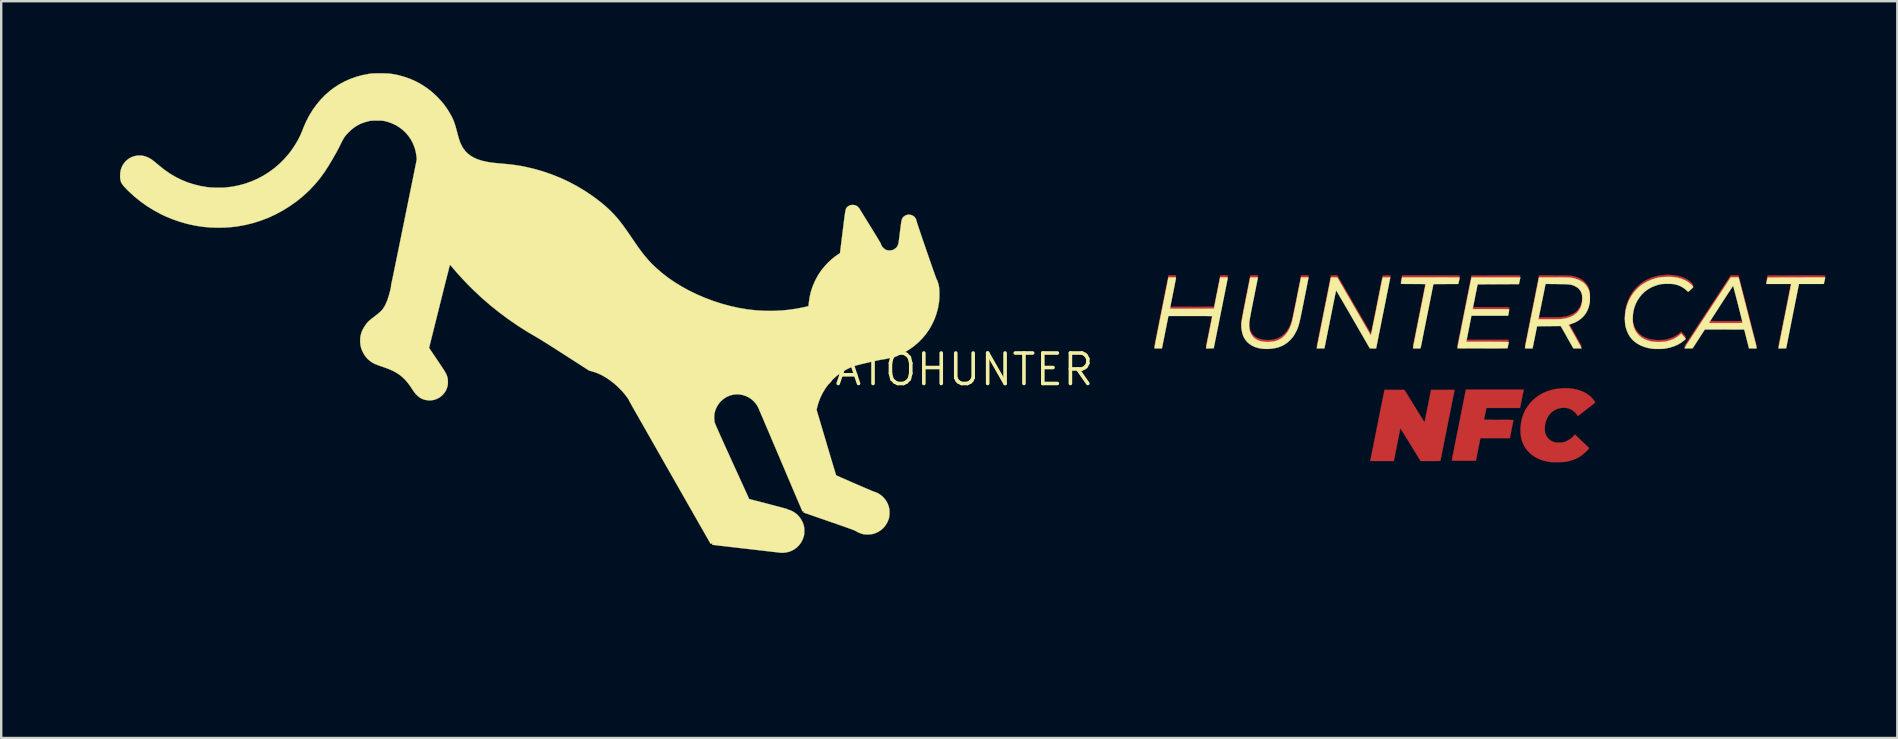
<source format=kicad_pcb>
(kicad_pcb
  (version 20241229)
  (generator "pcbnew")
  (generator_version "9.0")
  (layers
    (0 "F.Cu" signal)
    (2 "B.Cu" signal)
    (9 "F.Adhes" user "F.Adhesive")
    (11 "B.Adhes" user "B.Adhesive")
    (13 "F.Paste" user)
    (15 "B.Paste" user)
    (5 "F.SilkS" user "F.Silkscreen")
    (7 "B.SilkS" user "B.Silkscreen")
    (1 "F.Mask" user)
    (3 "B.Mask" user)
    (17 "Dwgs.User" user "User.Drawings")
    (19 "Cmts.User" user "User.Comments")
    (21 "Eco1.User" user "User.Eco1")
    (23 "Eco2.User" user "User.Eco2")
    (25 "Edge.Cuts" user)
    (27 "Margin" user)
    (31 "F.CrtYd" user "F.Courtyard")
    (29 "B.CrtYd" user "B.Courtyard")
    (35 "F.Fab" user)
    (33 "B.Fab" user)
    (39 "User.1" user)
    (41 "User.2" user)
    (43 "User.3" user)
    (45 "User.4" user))
  (footprint "GATOHUNTER"
    (layer "F.Cu")
    (at 36.507 12.351)
    (property "Reference" "GATOHUNTER" (at 0 0 0) (layer "F.SilkS") (effects (font (size 1.27 1.27) (thickness 0.15))))
    (attr through_hole)
    (fp_poly (pts (xy 35.952 -3.925) (xy 36.068 -3.924) (xy 36.168 -3.924) (xy 36.253 -3.923) (xy 36.324 -3.923) (xy 36.381 -3.922) (xy 36.426 -3.921) (xy 36.46 -3.919) (xy 36.483 -3.918) (xy 36.497 -3.916) (xy 36.502 -3.914) (xy 36.502 -3.913) (xy 36.5 -3.898) (xy 36.494 -3.867) (xy 36.486 -3.824) (xy 36.475 -3.774) (xy 36.474 -3.77) (xy 36.446 -3.641) (xy 35.407 -3.635) (xy 34.877 -0.968) (xy 34.716 -0.965) (xy 34.554 -0.963) (xy 34.56 -0.987) (xy 34.563 -1.003) (xy 34.57 -1.038) (xy 34.581 -1.091) (xy 34.595 -1.159) (xy 34.611 -1.242) (xy 34.63 -1.337) (xy 34.652 -1.444) (xy 34.675 -1.561) (xy 34.7 -1.685) (xy 34.726 -1.817) (xy 34.753 -1.954) (xy 34.781 -2.095) (xy 34.809 -2.238) (xy 34.838 -2.381) (xy 34.866 -2.524) (xy 34.894 -2.665) (xy 34.921 -2.802) (xy 34.947 -2.933) (xy 34.972 -3.058) (xy 34.995 -3.174) (xy 35.016 -3.281) (xy 35.035 -3.376) (xy 35.051 -3.458) (xy 35.064 -3.526) (xy 35.074 -3.578) (xy 35.081 -3.612) (xy 35.084 -3.628) (xy 35.084 -3.629) (xy 35.077 -3.632) (xy 35.055 -3.634) (xy 35.018 -3.636) (xy 34.965 -3.638) (xy 34.895 -3.639) (xy 34.806 -3.64) (xy 34.698 -3.64) (xy 34.569 -3.641) (xy 34.046 -3.641) (xy 34.052 -3.664) (xy 34.056 -3.684) (xy 34.064 -3.719) (xy 34.074 -3.765) (xy 34.082 -3.805) (xy 34.106 -3.921) (xy 35.304 -3.924) (xy 35.495 -3.924) (xy 35.666 -3.924) (xy 35.818 -3.925) (xy 35.952 -3.925)) (stroke (width 0.01) (type solid)) (fill yes) (layer "F.Cu"))
    (fp_poly (pts (xy 23.936 0.86) (xy 23.933 0.876) (xy 23.926 0.91) (xy 23.916 0.959) (xy 23.903 1.022) (xy 23.889 1.095) (xy 23.872 1.175) (xy 23.859 1.241) (xy 23.788 1.598) (xy 23.086 1.598) (xy 22.966 1.598) (xy 22.853 1.598) (xy 22.748 1.598) (xy 22.652 1.599) (xy 22.569 1.599) (xy 22.499 1.6) (xy 22.444 1.6) (xy 22.406 1.601) (xy 22.386 1.601) (xy 22.384 1.601) (xy 22.382 1.612) (xy 22.376 1.641) (xy 22.368 1.684) (xy 22.357 1.74) (xy 22.344 1.804) (xy 22.336 1.841) (xy 22.322 1.91) (xy 22.31 1.971) (xy 22.3 2.022) (xy 22.293 2.061) (xy 22.289 2.083) (xy 22.288 2.087) (xy 22.299 2.088) (xy 22.328 2.09) (xy 22.375 2.091) (xy 22.438 2.093) (xy 22.514 2.094) (xy 22.603 2.094) (xy 22.701 2.095) (xy 22.807 2.095) (xy 22.903 2.095) (xy 23.038 2.096) (xy 23.152 2.096) (xy 23.248 2.096) (xy 23.327 2.097) (xy 23.39 2.098) (xy 23.438 2.099) (xy 23.473 2.101) (xy 23.497 2.103) (xy 23.51 2.106) (xy 23.514 2.108) (xy 23.514 2.109) (xy 23.511 2.122) (xy 23.504 2.153) (xy 23.494 2.201) (xy 23.482 2.261) (xy 23.467 2.333) (xy 23.451 2.413) (xy 23.436 2.49) (xy 23.363 2.857) (xy 22.135 2.857) (xy 21.947 3.799) (xy 21.446 3.799) (xy 21.345 3.799) (xy 21.251 3.799) (xy 21.166 3.798) (xy 21.091 3.797) (xy 21.03 3.796) (xy 20.984 3.795) (xy 20.954 3.793) (xy 20.944 3.791) (xy 20.946 3.78) (xy 20.952 3.75) (xy 20.962 3.701) (xy 20.975 3.634) (xy 20.991 3.552) (xy 21.01 3.454) (xy 21.032 3.343) (xy 21.057 3.22) (xy 21.084 3.085) (xy 21.112 2.94) (xy 21.143 2.786) (xy 21.175 2.624) (xy 21.209 2.455) (xy 21.238 2.31) (xy 21.531 0.836) (xy 23.942 0.836) (xy 23.936 0.86)) (stroke (width 0.01) (type solid)) (fill yes) (layer "F.Cu"))
    (fp_poly (pts (xy 20.258 -3.926) (xy 20.423 -3.926) (xy 20.57 -3.926) (xy 20.698 -3.926) (xy 20.81 -3.926) (xy 20.906 -3.925) (xy 20.988 -3.925) (xy 21.057 -3.924) (xy 21.114 -3.923) (xy 21.16 -3.923) (xy 21.196 -3.921) (xy 21.223 -3.92) (xy 21.243 -3.918) (xy 21.257 -3.916) (xy 21.266 -3.914) (xy 21.27 -3.912) (xy 21.272 -3.909) (xy 21.272 -3.908) (xy 21.269 -3.891) (xy 21.262 -3.858) (xy 21.253 -3.814) (xy 21.243 -3.768) (xy 21.214 -3.646) (xy 20.695 -3.643) (xy 20.176 -3.64) (xy 19.914 -2.32) (xy 19.881 -2.156) (xy 19.85 -1.998) (xy 19.82 -1.846) (xy 19.791 -1.702) (xy 19.764 -1.568) (xy 19.74 -1.445) (xy 19.717 -1.333) (xy 19.698 -1.234) (xy 19.681 -1.15) (xy 19.667 -1.081) (xy 19.656 -1.03) (xy 19.65 -0.996) (xy 19.647 -0.982) (xy 19.647 -0.982) (xy 19.643 -0.974) (xy 19.633 -0.969) (xy 19.615 -0.966) (xy 19.586 -0.964) (xy 19.541 -0.963) (xy 19.483 -0.963) (xy 19.428 -0.964) (xy 19.381 -0.965) (xy 19.347 -0.967) (xy 19.328 -0.969) (xy 19.325 -0.97) (xy 19.327 -0.981) (xy 19.333 -1.012) (xy 19.343 -1.061) (xy 19.356 -1.127) (xy 19.372 -1.209) (xy 19.391 -1.305) (xy 19.413 -1.414) (xy 19.437 -1.536) (xy 19.463 -1.669) (xy 19.492 -1.811) (xy 19.522 -1.961) (xy 19.553 -2.119) (xy 19.586 -2.283) (xy 19.59 -2.303) (xy 19.623 -2.467) (xy 19.654 -2.625) (xy 19.684 -2.777) (xy 19.713 -2.92) (xy 19.739 -3.054) (xy 19.764 -3.177) (xy 19.786 -3.288) (xy 19.805 -3.386) (xy 19.822 -3.469) (xy 19.835 -3.537) (xy 19.845 -3.588) (xy 19.852 -3.621) (xy 19.854 -3.634) (xy 19.854 -3.634) (xy 19.844 -3.636) (xy 19.815 -3.637) (xy 19.768 -3.638) (xy 19.707 -3.639) (xy 19.632 -3.64) (xy 19.546 -3.64) (xy 19.451 -3.641) (xy 19.35 -3.641) (xy 19.335 -3.641) (xy 18.815 -3.641) (xy 18.82 -3.664) (xy 18.825 -3.684) (xy 18.832 -3.719) (xy 18.841 -3.765) (xy 18.85 -3.807) (xy 18.874 -3.926) (xy 20.073 -3.926) (xy 20.258 -3.926)) (stroke (width 0.01) (type solid)) (fill yes) (layer "F.Cu"))
    (fp_poly (pts (xy 23.417 -3.925) (xy 23.517 -3.924) (xy 23.603 -3.924) (xy 23.675 -3.924) (xy 23.73 -3.923) (xy 23.768 -3.923) (xy 23.786 -3.922) (xy 23.788 -3.922) (xy 23.792 -3.913) (xy 23.791 -3.888) (xy 23.784 -3.847) (xy 23.773 -3.787) (xy 23.771 -3.782) (xy 23.743 -3.646) (xy 22.884 -3.643) (xy 22.024 -3.641) (xy 22.019 -3.617) (xy 22.016 -3.602) (xy 22.009 -3.568) (xy 21.998 -3.518) (xy 21.985 -3.454) (xy 21.97 -3.378) (xy 21.953 -3.292) (xy 21.934 -3.199) (xy 21.918 -3.122) (xy 21.898 -3.024) (xy 21.88 -2.933) (xy 21.863 -2.849) (xy 21.848 -2.775) (xy 21.835 -2.714) (xy 21.826 -2.667) (xy 21.82 -2.637) (xy 21.817 -2.627) (xy 21.812 -2.603) (xy 22.574 -2.603) (xy 22.72 -2.603) (xy 22.845 -2.603) (xy 22.953 -2.603) (xy 23.043 -2.603) (xy 23.119 -2.602) (xy 23.18 -2.602) (xy 23.228 -2.601) (xy 23.266 -2.599) (xy 23.293 -2.598) (xy 23.313 -2.596) (xy 23.325 -2.594) (xy 23.333 -2.591) (xy 23.336 -2.588) (xy 23.336 -2.585) (xy 23.334 -2.568) (xy 23.329 -2.534) (xy 23.322 -2.49) (xy 23.314 -2.447) (xy 23.292 -2.328) (xy 21.763 -2.328) (xy 21.659 -1.802) (xy 21.638 -1.699) (xy 21.619 -1.602) (xy 21.601 -1.512) (xy 21.586 -1.433) (xy 21.572 -1.366) (xy 21.562 -1.313) (xy 21.554 -1.277) (xy 21.55 -1.258) (xy 21.55 -1.257) (xy 21.55 -1.253) (xy 21.553 -1.251) (xy 21.559 -1.248) (xy 21.572 -1.246) (xy 21.59 -1.244) (xy 21.617 -1.243) (xy 21.653 -1.241) (xy 21.7 -1.24) (xy 21.758 -1.24) (xy 21.83 -1.239) (xy 21.917 -1.239) (xy 22.019 -1.238) (xy 22.139 -1.238) (xy 22.277 -1.238) (xy 22.43 -1.238) (xy 23.315 -1.238) (xy 23.314 -1.214) (xy 23.312 -1.194) (xy 23.306 -1.159) (xy 23.297 -1.115) (xy 23.29 -1.079) (xy 23.266 -0.968) (xy 22.222 -0.966) (xy 22.05 -0.965) (xy 21.898 -0.965) (xy 21.764 -0.965) (xy 21.648 -0.965) (xy 21.549 -0.965) (xy 21.464 -0.965) (xy 21.394 -0.965) (xy 21.336 -0.966) (xy 21.289 -0.967) (xy 21.252 -0.968) (xy 21.225 -0.969) (xy 21.205 -0.971) (xy 21.191 -0.973) (xy 21.183 -0.975) (xy 21.179 -0.978) (xy 21.178 -0.981) (xy 21.178 -0.982) (xy 21.18 -0.994) (xy 21.186 -1.026) (xy 21.196 -1.076) (xy 21.209 -1.144) (xy 21.225 -1.227) (xy 21.245 -1.326) (xy 21.267 -1.437) (xy 21.292 -1.562) (xy 21.319 -1.697) (xy 21.348 -1.843) (xy 21.379 -1.997) (xy 21.411 -2.159) (xy 21.445 -2.328) (xy 21.471 -2.461) (xy 21.765 -3.921) (xy 22.77 -3.924) (xy 22.914 -3.924) (xy 23.053 -3.924) (xy 23.183 -3.925) (xy 23.305 -3.925) (xy 23.417 -3.925)) (stroke (width 0.01) (type solid)) (fill yes) (layer "F.Cu"))
    (fp_poly (pts (xy 19.388 1.524) (xy 19.455 1.632) (xy 19.519 1.736) (xy 19.578 1.832) (xy 19.633 1.92) (xy 19.682 1.999) (xy 19.724 2.066) (xy 19.758 2.121) (xy 19.784 2.163) (xy 19.801 2.189) (xy 19.808 2.199) (xy 19.808 2.199) (xy 19.81 2.188) (xy 19.816 2.158) (xy 19.826 2.112) (xy 19.839 2.049) (xy 19.854 1.973) (xy 19.872 1.885) (xy 19.892 1.786) (xy 19.913 1.679) (xy 19.936 1.564) (xy 19.945 1.521) (xy 20.08 0.847) (xy 21.061 0.847) (xy 21.056 0.87) (xy 21.053 0.883) (xy 21.046 0.915) (xy 21.036 0.964) (xy 21.023 1.03) (xy 21.007 1.111) (xy 20.988 1.205) (xy 20.967 1.312) (xy 20.943 1.429) (xy 20.918 1.555) (xy 20.891 1.689) (xy 20.863 1.829) (xy 20.834 1.974) (xy 20.804 2.122) (xy 20.774 2.273) (xy 20.744 2.424) (xy 20.714 2.575) (xy 20.684 2.723) (xy 20.655 2.868) (xy 20.628 3.007) (xy 20.601 3.14) (xy 20.576 3.265) (xy 20.553 3.381) (xy 20.532 3.485) (xy 20.514 3.578) (xy 20.498 3.657) (xy 20.485 3.721) (xy 20.476 3.768) (xy 20.47 3.797) (xy 20.468 3.807) (xy 20.458 3.808) (xy 20.429 3.808) (xy 20.383 3.809) (xy 20.323 3.809) (xy 20.251 3.81) (xy 20.169 3.81) (xy 20.079 3.81) (xy 20.057 3.81) (xy 19.645 3.81) (xy 19.224 3.127) (xy 19.157 3.018) (xy 19.093 2.914) (xy 19.033 2.818) (xy 18.978 2.729) (xy 18.929 2.65) (xy 18.886 2.582) (xy 18.852 2.526) (xy 18.825 2.484) (xy 18.808 2.458) (xy 18.801 2.447) (xy 18.801 2.447) (xy 18.798 2.458) (xy 18.792 2.487) (xy 18.782 2.534) (xy 18.77 2.597) (xy 18.754 2.673) (xy 18.737 2.762) (xy 18.717 2.861) (xy 18.695 2.968) (xy 18.673 3.083) (xy 18.663 3.13) (xy 18.529 3.81) (xy 18.038 3.81) (xy 17.938 3.81) (xy 17.846 3.81) (xy 17.762 3.81) (xy 17.688 3.809) (xy 17.628 3.809) (xy 17.583 3.808) (xy 17.556 3.808) (xy 17.547 3.807) (xy 17.549 3.797) (xy 17.555 3.767) (xy 17.565 3.719) (xy 17.577 3.654) (xy 17.593 3.575) (xy 17.612 3.482) (xy 17.633 3.377) (xy 17.656 3.261) (xy 17.681 3.136) (xy 17.707 3.002) (xy 17.735 2.863) (xy 17.764 2.718) (xy 17.794 2.57) (xy 17.824 2.419) (xy 17.854 2.268) (xy 17.884 2.117) (xy 17.914 1.969) (xy 17.943 1.824) (xy 17.971 1.684) (xy 17.998 1.55) (xy 18.023 1.425) (xy 18.046 1.308) (xy 18.068 1.202) (xy 18.087 1.108) (xy 18.103 1.028) (xy 18.116 0.963) (xy 18.126 0.914) (xy 18.132 0.882) (xy 18.135 0.87) (xy 18.14 0.847) (xy 18.971 0.847) (xy 19.388 1.524)) (stroke (width 0.01) (type solid)) (fill yes) (layer "F.Cu"))
    (fp_poly (pts (xy 12.688 -3.035) (xy 12.656 -2.877) (xy 12.627 -2.729) (xy 12.6 -2.591) (xy 12.576 -2.466) (xy 12.555 -2.354) (xy 12.537 -2.257) (xy 12.522 -2.175) (xy 12.511 -2.11) (xy 12.504 -2.064) (xy 12.501 -2.04) (xy 12.498 -1.897) (xy 12.511 -1.768) (xy 12.54 -1.652) (xy 12.586 -1.55) (xy 12.647 -1.462) (xy 12.725 -1.387) (xy 12.818 -1.327) (xy 12.927 -1.281) (xy 13.051 -1.249) (xy 13.191 -1.232) (xy 13.203 -1.232) (xy 13.36 -1.232) (xy 13.507 -1.249) (xy 13.643 -1.285) (xy 13.767 -1.339) (xy 13.88 -1.411) (xy 13.982 -1.5) (xy 14.072 -1.607) (xy 14.151 -1.732) (xy 14.177 -1.783) (xy 14.205 -1.845) (xy 14.233 -1.916) (xy 14.258 -1.985) (xy 14.27 -2.021) (xy 14.277 -2.05) (xy 14.289 -2.098) (xy 14.304 -2.164) (xy 14.321 -2.244) (xy 14.341 -2.339) (xy 14.364 -2.445) (xy 14.388 -2.561) (xy 14.414 -2.685) (xy 14.44 -2.816) (xy 14.468 -2.952) (xy 14.485 -3.035) (xy 14.663 -3.926) (xy 14.819 -3.926) (xy 14.874 -3.926) (xy 14.92 -3.926) (xy 14.955 -3.925) (xy 14.973 -3.924) (xy 14.975 -3.924) (xy 14.973 -3.913) (xy 14.968 -3.883) (xy 14.958 -3.836) (xy 14.946 -3.772) (xy 14.93 -3.693) (xy 14.912 -3.601) (xy 14.891 -3.497) (xy 14.868 -3.382) (xy 14.844 -3.259) (xy 14.818 -3.128) (xy 14.791 -2.994) (xy 14.756 -2.818) (xy 14.725 -2.662) (xy 14.697 -2.523) (xy 14.672 -2.401) (xy 14.649 -2.294) (xy 14.629 -2.2) (xy 14.61 -2.118) (xy 14.593 -2.047) (xy 14.577 -1.985) (xy 14.562 -1.931) (xy 14.547 -1.883) (xy 14.532 -1.839) (xy 14.516 -1.799) (xy 14.5 -1.76) (xy 14.483 -1.722) (xy 14.464 -1.682) (xy 14.463 -1.68) (xy 14.38 -1.529) (xy 14.285 -1.395) (xy 14.178 -1.279) (xy 14.059 -1.179) (xy 13.927 -1.097) (xy 13.783 -1.032) (xy 13.626 -0.984) (xy 13.581 -0.973) (xy 13.526 -0.963) (xy 13.466 -0.956) (xy 13.396 -0.951) (xy 13.311 -0.948) (xy 13.287 -0.947) (xy 13.224 -0.946) (xy 13.167 -0.946) (xy 13.119 -0.946) (xy 13.085 -0.947) (xy 13.07 -0.948) (xy 13.047 -0.952) (xy 13.01 -0.957) (xy 12.968 -0.964) (xy 12.965 -0.964) (xy 12.824 -0.995) (xy 12.693 -1.043) (xy 12.572 -1.107) (xy 12.464 -1.188) (xy 12.393 -1.256) (xy 12.344 -1.319) (xy 12.297 -1.395) (xy 12.255 -1.478) (xy 12.222 -1.561) (xy 12.208 -1.609) (xy 12.19 -1.706) (xy 12.178 -1.814) (xy 12.175 -1.924) (xy 12.179 -2.027) (xy 12.179 -2.028) (xy 12.183 -2.056) (xy 12.191 -2.103) (xy 12.202 -2.167) (xy 12.216 -2.247) (xy 12.234 -2.34) (xy 12.253 -2.445) (xy 12.275 -2.56) (xy 12.299 -2.684) (xy 12.325 -2.815) (xy 12.351 -2.95) (xy 12.368 -3.035) (xy 12.546 -3.926) (xy 12.866 -3.926) (xy 12.688 -3.035)) (stroke (width 0.01) (type solid)) (fill yes) (layer "F.Cu"))
    (fp_poly (pts (xy 18.378 -3.903) (xy 18.375 -3.89) (xy 18.369 -3.858) (xy 18.359 -3.809) (xy 18.346 -3.743) (xy 18.329 -3.662) (xy 18.311 -3.568) (xy 18.289 -3.462) (xy 18.266 -3.345) (xy 18.24 -3.219) (xy 18.214 -3.085) (xy 18.186 -2.944) (xy 18.157 -2.799) (xy 18.127 -2.651) (xy 18.097 -2.5) (xy 18.066 -2.349) (xy 18.036 -2.198) (xy 18.007 -2.05) (xy 17.978 -1.906) (xy 17.95 -1.766) (xy 17.923 -1.633) (xy 17.898 -1.508) (xy 17.875 -1.393) (xy 17.854 -1.288) (xy 17.836 -1.195) (xy 17.82 -1.116) (xy 17.808 -1.052) (xy 17.798 -1.005) (xy 17.792 -0.976) (xy 17.791 -0.966) (xy 17.781 -0.965) (xy 17.754 -0.964) (xy 17.713 -0.963) (xy 17.664 -0.963) (xy 17.659 -0.963) (xy 17.528 -0.963) (xy 16.826 -2.18) (xy 16.741 -2.327) (xy 16.658 -2.469) (xy 16.58 -2.605) (xy 16.505 -2.734) (xy 16.435 -2.854) (xy 16.371 -2.964) (xy 16.312 -3.064) (xy 16.26 -3.152) (xy 16.215 -3.228) (xy 16.179 -3.29) (xy 16.15 -3.337) (xy 16.131 -3.368) (xy 16.121 -3.383) (xy 16.12 -3.384) (xy 16.118 -3.372) (xy 16.112 -3.34) (xy 16.102 -3.291) (xy 16.088 -3.225) (xy 16.072 -3.143) (xy 16.052 -3.047) (xy 16.031 -2.938) (xy 16.006 -2.818) (xy 15.98 -2.687) (xy 15.952 -2.547) (xy 15.923 -2.4) (xy 15.892 -2.246) (xy 15.876 -2.17) (xy 15.636 -0.968) (xy 15.475 -0.965) (xy 15.314 -0.963) (xy 15.319 -0.987) (xy 15.322 -0.999) (xy 15.328 -1.031) (xy 15.338 -1.081) (xy 15.352 -1.147) (xy 15.368 -1.227) (xy 15.387 -1.322) (xy 15.408 -1.428) (xy 15.432 -1.545) (xy 15.457 -1.671) (xy 15.484 -1.805) (xy 15.512 -1.945) (xy 15.541 -2.09) (xy 15.571 -2.239) (xy 15.601 -2.389) (xy 15.631 -2.541) (xy 15.661 -2.691) (xy 15.691 -2.839) (xy 15.719 -2.984) (xy 15.747 -3.123) (xy 15.774 -3.256) (xy 15.799 -3.381) (xy 15.822 -3.497) (xy 15.843 -3.602) (xy 15.861 -3.694) (xy 15.877 -3.773) (xy 15.89 -3.837) (xy 15.899 -3.884) (xy 15.905 -3.914) (xy 15.907 -3.924) (xy 15.917 -3.925) (xy 15.944 -3.926) (xy 15.984 -3.926) (xy 16.033 -3.926) (xy 16.038 -3.926) (xy 16.169 -3.926) (xy 16.871 -2.71) (xy 16.957 -2.562) (xy 17.039 -2.42) (xy 17.118 -2.284) (xy 17.192 -2.156) (xy 17.262 -2.036) (xy 17.327 -1.925) (xy 17.385 -1.825) (xy 17.437 -1.737) (xy 17.482 -1.661) (xy 17.519 -1.6) (xy 17.547 -1.552) (xy 17.566 -1.521) (xy 17.576 -1.507) (xy 17.577 -1.506) (xy 17.579 -1.518) (xy 17.586 -1.549) (xy 17.596 -1.598) (xy 17.609 -1.665) (xy 17.626 -1.747) (xy 17.645 -1.842) (xy 17.667 -1.951) (xy 17.691 -2.072) (xy 17.717 -2.203) (xy 17.745 -2.342) (xy 17.775 -2.49) (xy 17.806 -2.643) (xy 17.821 -2.72) (xy 18.061 -3.921) (xy 18.384 -3.927) (xy 18.378 -3.903)) (stroke (width 0.01) (type solid)) (fill yes) (layer "F.Cu"))
    (fp_poly (pts (xy 25.834 0.782) (xy 26.015 0.804) (xy 26.187 0.842) (xy 26.246 0.859) (xy 26.397 0.916) (xy 26.534 0.986) (xy 26.657 1.068) (xy 26.763 1.162) (xy 26.852 1.265) (xy 26.875 1.297) (xy 26.899 1.335) (xy 26.912 1.36) (xy 26.914 1.375) (xy 26.911 1.382) (xy 26.901 1.39) (xy 26.876 1.409) (xy 26.839 1.438) (xy 26.792 1.475) (xy 26.736 1.518) (xy 26.675 1.566) (xy 26.609 1.617) (xy 26.542 1.669) (xy 26.475 1.721) (xy 26.411 1.771) (xy 26.352 1.817) (xy 26.299 1.858) (xy 26.255 1.892) (xy 26.222 1.917) (xy 26.208 1.928) (xy 26.195 1.925) (xy 26.175 1.903) (xy 26.163 1.885) (xy 26.124 1.835) (xy 26.074 1.781) (xy 26.017 1.73) (xy 25.96 1.687) (xy 25.924 1.665) (xy 25.821 1.623) (xy 25.712 1.598) (xy 25.598 1.591) (xy 25.483 1.602) (xy 25.369 1.629) (xy 25.261 1.672) (xy 25.16 1.732) (xy 25.086 1.791) (xy 25.019 1.865) (xy 24.957 1.954) (xy 24.904 2.055) (xy 24.862 2.161) (xy 24.849 2.207) (xy 24.835 2.276) (xy 24.825 2.355) (xy 24.82 2.438) (xy 24.82 2.518) (xy 24.826 2.588) (xy 24.833 2.628) (xy 24.867 2.729) (xy 24.919 2.819) (xy 24.986 2.897) (xy 25.069 2.961) (xy 25.166 3.009) (xy 25.188 3.017) (xy 25.252 3.033) (xy 25.329 3.043) (xy 25.412 3.047) (xy 25.494 3.045) (xy 25.567 3.036) (xy 25.583 3.033) (xy 25.677 3.004) (xy 25.775 2.958) (xy 25.869 2.9) (xy 25.956 2.833) (xy 26.029 2.76) (xy 26.031 2.758) (xy 26.074 2.707) (xy 26.372 2.99) (xy 26.669 3.274) (xy 26.638 3.313) (xy 26.602 3.354) (xy 26.553 3.403) (xy 26.497 3.456) (xy 26.438 3.508) (xy 26.381 3.555) (xy 26.33 3.593) (xy 26.32 3.6) (xy 26.2 3.673) (xy 26.078 3.732) (xy 25.948 3.78) (xy 25.805 3.819) (xy 25.766 3.827) (xy 25.723 3.836) (xy 25.685 3.843) (xy 25.646 3.848) (xy 25.604 3.851) (xy 25.554 3.854) (xy 25.492 3.856) (xy 25.415 3.857) (xy 25.374 3.858) (xy 25.299 3.858) (xy 25.229 3.859) (xy 25.168 3.858) (xy 25.119 3.858) (xy 25.085 3.857) (xy 25.072 3.856) (xy 24.898 3.826) (xy 24.725 3.781) (xy 24.633 3.75) (xy 24.486 3.685) (xy 24.35 3.604) (xy 24.226 3.508) (xy 24.116 3.398) (xy 24.02 3.277) (xy 23.942 3.146) (xy 23.881 3.006) (xy 23.851 2.91) (xy 23.819 2.745) (xy 23.805 2.573) (xy 23.809 2.395) (xy 23.831 2.213) (xy 23.87 2.034) (xy 23.928 1.86) (xy 24.005 1.694) (xy 24.099 1.539) (xy 24.209 1.395) (xy 24.335 1.264) (xy 24.475 1.146) (xy 24.629 1.043) (xy 24.794 0.956) (xy 24.913 0.907) (xy 25.088 0.851) (xy 25.272 0.811) (xy 25.459 0.785) (xy 25.648 0.776) (xy 25.834 0.782)) (stroke (width 0.01) (type solid)) (fill yes) (layer "F.Cu"))
    (fp_poly (pts (xy 30.148 -3.939) (xy 30.324 -3.915) (xy 30.486 -3.874) (xy 30.634 -3.817) (xy 30.769 -3.744) (xy 30.841 -3.694) (xy 30.877 -3.665) (xy 30.914 -3.631) (xy 30.948 -3.596) (xy 30.978 -3.563) (xy 30.999 -3.536) (xy 31.008 -3.518) (xy 31.007 -3.515) (xy 30.998 -3.504) (xy 30.977 -3.483) (xy 30.947 -3.455) (xy 30.912 -3.423) (xy 30.875 -3.391) (xy 30.841 -3.362) (xy 30.813 -3.339) (xy 30.795 -3.326) (xy 30.79 -3.323) (xy 30.779 -3.33) (xy 30.757 -3.349) (xy 30.73 -3.376) (xy 30.723 -3.382) (xy 30.625 -3.468) (xy 30.512 -3.538) (xy 30.386 -3.593) (xy 30.247 -3.631) (xy 30.096 -3.653) (xy 29.932 -3.66) (xy 29.877 -3.658) (xy 29.695 -3.642) (xy 29.527 -3.609) (xy 29.369 -3.559) (xy 29.222 -3.491) (xy 29.085 -3.405) (xy 28.956 -3.301) (xy 28.908 -3.254) (xy 28.797 -3.132) (xy 28.704 -3.002) (xy 28.627 -2.861) (xy 28.565 -2.707) (xy 28.517 -2.538) (xy 28.509 -2.504) (xy 28.5 -2.46) (xy 28.494 -2.419) (xy 28.49 -2.374) (xy 28.488 -2.322) (xy 28.486 -2.257) (xy 28.486 -2.196) (xy 28.487 -2.121) (xy 28.488 -2.064) (xy 28.49 -2.019) (xy 28.494 -1.982) (xy 28.5 -1.95) (xy 28.508 -1.917) (xy 28.509 -1.913) (xy 28.556 -1.779) (xy 28.619 -1.66) (xy 28.697 -1.555) (xy 28.79 -1.464) (xy 28.898 -1.387) (xy 29.021 -1.326) (xy 29.158 -1.279) (xy 29.309 -1.247) (xy 29.474 -1.23) (xy 29.573 -1.228) (xy 29.751 -1.237) (xy 29.919 -1.265) (xy 30.077 -1.311) (xy 30.172 -1.35) (xy 30.229 -1.379) (xy 30.291 -1.415) (xy 30.351 -1.454) (xy 30.405 -1.493) (xy 30.447 -1.528) (xy 30.458 -1.539) (xy 30.481 -1.561) (xy 30.497 -1.575) (xy 30.502 -1.577) (xy 30.511 -1.569) (xy 30.532 -1.549) (xy 30.56 -1.518) (xy 30.594 -1.48) (xy 30.603 -1.47) (xy 30.697 -1.362) (xy 30.633 -1.305) (xy 30.516 -1.212) (xy 30.383 -1.131) (xy 30.235 -1.063) (xy 30.074 -1.009) (xy 29.903 -0.97) (xy 29.792 -0.953) (xy 29.751 -0.95) (xy 29.695 -0.947) (xy 29.627 -0.945) (xy 29.555 -0.944) (xy 29.482 -0.944) (xy 29.414 -0.945) (xy 29.357 -0.946) (xy 29.316 -0.949) (xy 29.241 -0.96) (xy 29.155 -0.977) (xy 29.066 -0.998) (xy 28.982 -1.021) (xy 28.933 -1.037) (xy 28.784 -1.1) (xy 28.649 -1.178) (xy 28.53 -1.271) (xy 28.426 -1.378) (xy 28.337 -1.499) (xy 28.265 -1.633) (xy 28.21 -1.781) (xy 28.18 -1.894) (xy 28.169 -1.965) (xy 28.162 -2.05) (xy 28.159 -2.145) (xy 28.159 -2.244) (xy 28.163 -2.341) (xy 28.172 -2.43) (xy 28.177 -2.468) (xy 28.217 -2.662) (xy 28.275 -2.844) (xy 28.35 -3.016) (xy 28.442 -3.175) (xy 28.548 -3.321) (xy 28.669 -3.453) (xy 28.804 -3.572) (xy 28.951 -3.675) (xy 29.111 -3.763) (xy 29.282 -3.834) (xy 29.463 -3.889) (xy 29.654 -3.926) (xy 29.854 -3.945) (xy 29.959 -3.947) (xy 30.148 -3.939)) (stroke (width 0.01) (type solid)) (fill yes) (layer "F.Cu"))
    (fp_poly (pts (xy 9.355 -3.926) (xy 9.398 -3.925) (xy 9.426 -3.923) (xy 9.442 -3.92) (xy 9.449 -3.915) (xy 9.451 -3.909) (xy 9.449 -3.896) (xy 9.443 -3.866) (xy 9.434 -3.818) (xy 9.423 -3.757) (xy 9.408 -3.684) (xy 9.392 -3.6) (xy 9.375 -3.51) (xy 9.356 -3.414) (xy 9.337 -3.314) (xy 9.317 -3.214) (xy 9.297 -3.115) (xy 9.279 -3.02) (xy 9.261 -2.93) (xy 9.245 -2.848) (xy 9.23 -2.776) (xy 9.218 -2.716) (xy 9.209 -2.671) (xy 9.203 -2.643) (xy 9.202 -2.638) (xy 9.196 -2.614) (xy 11.032 -2.619) (xy 11.162 -3.265) (xy 11.185 -3.379) (xy 11.206 -3.487) (xy 11.226 -3.586) (xy 11.244 -3.676) (xy 11.26 -3.755) (xy 11.273 -3.82) (xy 11.282 -3.87) (xy 11.289 -3.904) (xy 11.292 -3.918) (xy 11.292 -3.918) (xy 11.302 -3.921) (xy 11.33 -3.924) (xy 11.371 -3.925) (xy 11.423 -3.926) (xy 11.451 -3.926) (xy 11.516 -3.926) (xy 11.562 -3.925) (xy 11.591 -3.922) (xy 11.606 -3.918) (xy 11.609 -3.913) (xy 11.607 -3.901) (xy 11.601 -3.87) (xy 11.592 -3.82) (xy 11.578 -3.753) (xy 11.562 -3.671) (xy 11.543 -3.573) (xy 11.52 -3.461) (xy 11.496 -3.337) (xy 11.469 -3.202) (xy 11.44 -3.057) (xy 11.409 -2.903) (xy 11.377 -2.741) (xy 11.343 -2.572) (xy 11.315 -2.434) (xy 11.022 -0.968) (xy 10.861 -0.965) (xy 10.805 -0.965) (xy 10.758 -0.964) (xy 10.722 -0.964) (xy 10.703 -0.965) (xy 10.7 -0.966) (xy 10.702 -0.976) (xy 10.708 -1.006) (xy 10.717 -1.053) (xy 10.729 -1.115) (xy 10.744 -1.191) (xy 10.762 -1.28) (xy 10.782 -1.378) (xy 10.803 -1.485) (xy 10.826 -1.598) (xy 10.832 -1.63) (xy 10.855 -1.745) (xy 10.877 -1.855) (xy 10.897 -1.956) (xy 10.915 -2.049) (xy 10.931 -2.129) (xy 10.944 -2.197) (xy 10.954 -2.25) (xy 10.961 -2.286) (xy 10.964 -2.303) (xy 10.964 -2.304) (xy 10.961 -2.307) (xy 10.949 -2.309) (xy 10.928 -2.311) (xy 10.897 -2.312) (xy 10.854 -2.314) (xy 10.798 -2.315) (xy 10.729 -2.316) (xy 10.645 -2.316) (xy 10.545 -2.317) (xy 10.427 -2.317) (xy 10.292 -2.318) (xy 10.137 -2.318) (xy 10.05 -2.318) (xy 9.135 -2.318) (xy 9.124 -2.267) (xy 9.121 -2.248) (xy 9.113 -2.21) (xy 9.102 -2.155) (xy 9.088 -2.085) (xy 9.072 -2.003) (xy 9.053 -1.91) (xy 9.033 -1.807) (xy 9.011 -1.698) (xy 8.99 -1.59) (xy 8.866 -0.963) (xy 8.709 -0.963) (xy 8.648 -0.963) (xy 8.605 -0.964) (xy 8.577 -0.966) (xy 8.561 -0.969) (xy 8.553 -0.974) (xy 8.551 -0.981) (xy 8.551 -0.982) (xy 8.553 -0.994) (xy 8.559 -1.026) (xy 8.569 -1.076) (xy 8.582 -1.144) (xy 8.598 -1.227) (xy 8.618 -1.326) (xy 8.64 -1.438) (xy 8.664 -1.562) (xy 8.691 -1.698) (xy 8.72 -1.843) (xy 8.751 -1.998) (xy 8.783 -2.16) (xy 8.817 -2.328) (xy 8.844 -2.463) (xy 9.137 -3.926) (xy 9.294 -3.926) (xy 9.355 -3.926)) (stroke (width 0.01) (type solid)) (fill yes) (layer "F.Cu"))
    (fp_poly (pts (xy 32.837 -3.925) (xy 32.866 -3.923) (xy 32.884 -3.92) (xy 32.893 -3.915) (xy 32.897 -3.908) (xy 32.901 -3.896) (xy 32.909 -3.864) (xy 32.922 -3.814) (xy 32.939 -3.748) (xy 32.96 -3.665) (xy 32.985 -3.568) (xy 33.014 -3.457) (xy 33.045 -3.334) (xy 33.08 -3.2) (xy 33.117 -3.057) (xy 33.156 -2.904) (xy 33.197 -2.744) (xy 33.24 -2.577) (xy 33.274 -2.445) (xy 33.318 -2.274) (xy 33.36 -2.109) (xy 33.401 -1.95) (xy 33.44 -1.8) (xy 33.476 -1.658) (xy 33.51 -1.526) (xy 33.541 -1.406) (xy 33.569 -1.298) (xy 33.593 -1.204) (xy 33.614 -1.125) (xy 33.63 -1.062) (xy 33.642 -1.017) (xy 33.649 -0.989) (xy 33.651 -0.982) (xy 33.651 -0.975) (xy 33.646 -0.97) (xy 33.633 -0.966) (xy 33.608 -0.964) (xy 33.568 -0.963) (xy 33.511 -0.963) (xy 33.493 -0.963) (xy 33.33 -0.963) (xy 33.23 -1.357) (xy 33.13 -1.752) (xy 32.311 -1.754) (xy 31.491 -1.757) (xy 31.236 -1.362) (xy 30.981 -0.968) (xy 30.809 -0.965) (xy 30.744 -0.965) (xy 30.697 -0.965) (xy 30.666 -0.966) (xy 30.648 -0.969) (xy 30.641 -0.974) (xy 30.641 -0.977) (xy 30.647 -0.987) (xy 30.664 -1.014) (xy 30.691 -1.057) (xy 30.729 -1.115) (xy 30.775 -1.186) (xy 30.83 -1.271) (xy 30.893 -1.368) (xy 30.964 -1.476) (xy 31.041 -1.594) (xy 31.124 -1.722) (xy 31.213 -1.858) (xy 31.307 -2.001) (xy 31.325 -2.027) (xy 31.665 -2.027) (xy 31.676 -2.026) (xy 31.705 -2.025) (xy 31.753 -2.025) (xy 31.816 -2.024) (xy 31.894 -2.023) (xy 31.984 -2.022) (xy 32.084 -2.022) (xy 32.194 -2.022) (xy 32.311 -2.021) (xy 32.365 -2.021) (xy 32.504 -2.021) (xy 32.623 -2.022) (xy 32.724 -2.022) (xy 32.809 -2.022) (xy 32.878 -2.023) (xy 32.933 -2.023) (xy 32.976 -2.025) (xy 33.009 -2.026) (xy 33.032 -2.028) (xy 33.047 -2.03) (xy 33.056 -2.032) (xy 33.06 -2.035) (xy 33.06 -2.039) (xy 33.06 -2.04) (xy 33.057 -2.053) (xy 33.049 -2.085) (xy 33.037 -2.134) (xy 33.02 -2.199) (xy 33.001 -2.278) (xy 32.978 -2.369) (xy 32.953 -2.47) (xy 32.925 -2.581) (xy 32.896 -2.699) (xy 32.866 -2.818) (xy 32.835 -2.941) (xy 32.806 -3.057) (xy 32.778 -3.166) (xy 32.753 -3.266) (xy 32.73 -3.355) (xy 32.71 -3.431) (xy 32.694 -3.492) (xy 32.681 -3.539) (xy 32.673 -3.567) (xy 32.67 -3.577) (xy 32.663 -3.569) (xy 32.646 -3.544) (xy 32.62 -3.504) (xy 32.585 -3.451) (xy 32.543 -3.387) (xy 32.494 -3.313) (xy 32.44 -3.23) (xy 32.382 -3.141) (xy 32.32 -3.046) (xy 32.256 -2.947) (xy 32.191 -2.846) (xy 32.125 -2.744) (xy 32.06 -2.643) (xy 31.996 -2.545) (xy 31.935 -2.451) (xy 31.878 -2.362) (xy 31.826 -2.281) (xy 31.779 -2.208) (xy 31.739 -2.145) (xy 31.706 -2.094) (xy 31.683 -2.056) (xy 31.669 -2.034) (xy 31.665 -2.027) (xy 31.325 -2.027) (xy 31.406 -2.151) (xy 31.508 -2.306) (xy 31.607 -2.458) (xy 32.57 -3.925) (xy 32.731 -3.926) (xy 32.793 -3.926) (xy 32.837 -3.925)) (stroke (width 0.01) (type solid)) (fill yes) (layer "F.Cu"))
    (fp_poly (pts (xy 25.225 -3.923) (xy 25.366 -3.922) (xy 25.487 -3.921) (xy 25.591 -3.92) (xy 25.68 -3.919) (xy 25.755 -3.917) (xy 25.818 -3.914) (xy 25.872 -3.911) (xy 25.919 -3.906) (xy 25.959 -3.901) (xy 25.996 -3.894) (xy 26.03 -3.886) (xy 26.065 -3.877) (xy 26.102 -3.866) (xy 26.142 -3.853) (xy 26.143 -3.852) (xy 26.246 -3.814) (xy 26.334 -3.768) (xy 26.414 -3.712) (xy 26.49 -3.642) (xy 26.56 -3.564) (xy 26.612 -3.485) (xy 26.651 -3.4) (xy 26.68 -3.302) (xy 26.692 -3.231) (xy 26.7 -3.145) (xy 26.702 -3.052) (xy 26.699 -2.958) (xy 26.69 -2.869) (xy 26.686 -2.841) (xy 26.652 -2.692) (xy 26.6 -2.554) (xy 26.531 -2.428) (xy 26.445 -2.314) (xy 26.343 -2.213) (xy 26.225 -2.125) (xy 26.091 -2.052) (xy 25.942 -1.992) (xy 25.898 -1.978) (xy 25.859 -1.966) (xy 25.83 -1.955) (xy 25.814 -1.948) (xy 25.813 -1.946) (xy 25.818 -1.936) (xy 25.832 -1.909) (xy 25.855 -1.868) (xy 25.886 -1.812) (xy 25.923 -1.746) (xy 25.965 -1.67) (xy 26.012 -1.586) (xy 26.063 -1.495) (xy 26.083 -1.46) (xy 26.135 -1.368) (xy 26.183 -1.281) (xy 26.228 -1.202) (xy 26.267 -1.131) (xy 26.3 -1.071) (xy 26.326 -1.024) (xy 26.343 -0.991) (xy 26.352 -0.974) (xy 26.352 -0.972) (xy 26.343 -0.969) (xy 26.315 -0.967) (xy 26.273 -0.965) (xy 26.221 -0.964) (xy 26.181 -0.964) (xy 26.009 -0.964) (xy 25.482 -1.9) (xy 24.994 -1.897) (xy 24.894 -1.896) (xy 24.801 -1.895) (xy 24.717 -1.894) (xy 24.643 -1.892) (xy 24.583 -1.891) (xy 24.537 -1.889) (xy 24.509 -1.887) (xy 24.499 -1.886) (xy 24.496 -1.874) (xy 24.489 -1.844) (xy 24.479 -1.797) (xy 24.466 -1.737) (xy 24.451 -1.664) (xy 24.434 -1.581) (xy 24.416 -1.491) (xy 24.406 -1.439) (xy 24.387 -1.345) (xy 24.37 -1.257) (xy 24.354 -1.177) (xy 24.34 -1.108) (xy 24.329 -1.052) (xy 24.32 -1.01) (xy 24.315 -0.986) (xy 24.314 -0.982) (xy 24.31 -0.974) (xy 24.301 -0.969) (xy 24.283 -0.966) (xy 24.253 -0.964) (xy 24.208 -0.963) (xy 24.15 -0.963) (xy 24.095 -0.964) (xy 24.048 -0.965) (xy 24.014 -0.967) (xy 23.994 -0.97) (xy 23.992 -0.971) (xy 23.994 -0.982) (xy 24 -1.013) (xy 24.009 -1.062) (xy 24.022 -1.128) (xy 24.039 -1.211) (xy 24.058 -1.308) (xy 24.08 -1.419) (xy 24.104 -1.543) (xy 24.131 -1.678) (xy 24.16 -1.823) (xy 24.191 -1.977) (xy 24.223 -2.139) (xy 24.231 -2.18) (xy 24.551 -2.18) (xy 25.015 -2.18) (xy 25.142 -2.181) (xy 25.249 -2.181) (xy 25.339 -2.182) (xy 25.413 -2.184) (xy 25.475 -2.187) (xy 25.524 -2.189) (xy 25.564 -2.193) (xy 25.585 -2.196) (xy 25.739 -2.226) (xy 25.875 -2.268) (xy 25.995 -2.324) (xy 26.1 -2.394) (xy 26.188 -2.476) (xy 26.26 -2.573) (xy 26.317 -2.683) (xy 26.353 -2.785) (xy 26.367 -2.848) (xy 26.377 -2.922) (xy 26.382 -3.002) (xy 26.383 -3.08) (xy 26.379 -3.15) (xy 26.37 -3.206) (xy 26.369 -3.207) (xy 26.334 -3.307) (xy 26.284 -3.393) (xy 26.216 -3.467) (xy 26.133 -3.529) (xy 26.032 -3.579) (xy 25.934 -3.611) (xy 25.914 -3.616) (xy 25.894 -3.621) (xy 25.872 -3.625) (xy 25.846 -3.628) (xy 25.814 -3.63) (xy 25.775 -3.632) (xy 25.725 -3.634) (xy 25.663 -3.635) (xy 25.587 -3.636) (xy 25.494 -3.637) (xy 25.383 -3.638) (xy 25.351 -3.638) (xy 25.235 -3.639) (xy 25.138 -3.64) (xy 25.06 -3.64) (xy 24.996 -3.64) (xy 24.947 -3.639) (xy 24.911 -3.638) (xy 24.884 -3.637) (xy 24.866 -3.635) (xy 24.855 -3.632) (xy 24.849 -3.628) (xy 24.846 -3.624) (xy 24.846 -3.623) (xy 24.843 -3.609) (xy 24.836 -3.577) (xy 24.826 -3.527) (xy 24.812 -3.462) (xy 24.796 -3.384) (xy 24.778 -3.293) (xy 24.757 -3.192) (xy 24.735 -3.083) (xy 24.712 -2.967) (xy 24.702 -2.916) (xy 24.678 -2.798) (xy 24.655 -2.685) (xy 24.634 -2.58) (xy 24.614 -2.484) (xy 24.597 -2.4) (xy 24.582 -2.328) (xy 24.571 -2.271) (xy 24.562 -2.23) (xy 24.558 -2.208) (xy 24.557 -2.204) (xy 24.551 -2.18) (xy 24.231 -2.18) (xy 24.256 -2.307) (xy 24.286 -2.453) (xy 24.58 -3.928) (xy 25.225 -3.923)) (stroke (width 0.01) (type solid)) (fill yes) (layer "F.Cu"))
    (fp_poly (pts (xy 23.936 0.86) (xy 23.933 0.876) (xy 23.926 0.91) (xy 23.916 0.959) (xy 23.903 1.022) (xy 23.889 1.095) (xy 23.872 1.175) (xy 23.859 1.241) (xy 23.788 1.598) (xy 23.086 1.598) (xy 22.966 1.598) (xy 22.853 1.598) (xy 22.748 1.598) (xy 22.652 1.599) (xy 22.569 1.599) (xy 22.499 1.6) (xy 22.444 1.6) (xy 22.406 1.601) (xy 22.386 1.601) (xy 22.384 1.601) (xy 22.382 1.612) (xy 22.376 1.641) (xy 22.368 1.684) (xy 22.357 1.74) (xy 22.344 1.804) (xy 22.336 1.841) (xy 22.322 1.91) (xy 22.31 1.971) (xy 22.3 2.022) (xy 22.293 2.061) (xy 22.289 2.083) (xy 22.288 2.087) (xy 22.299 2.088) (xy 22.328 2.09) (xy 22.375 2.091) (xy 22.438 2.093) (xy 22.514 2.094) (xy 22.603 2.094) (xy 22.701 2.095) (xy 22.807 2.095) (xy 22.903 2.095) (xy 23.038 2.096) (xy 23.152 2.096) (xy 23.248 2.096) (xy 23.327 2.097) (xy 23.39 2.098) (xy 23.438 2.099) (xy 23.473 2.101) (xy 23.497 2.103) (xy 23.51 2.106) (xy 23.514 2.108) (xy 23.514 2.109) (xy 23.511 2.122) (xy 23.504 2.153) (xy 23.494 2.201) (xy 23.482 2.261) (xy 23.467 2.333) (xy 23.451 2.413) (xy 23.436 2.49) (xy 23.363 2.857) (xy 22.135 2.857) (xy 21.947 3.799) (xy 21.446 3.799) (xy 21.345 3.799) (xy 21.251 3.799) (xy 21.166 3.798) (xy 21.091 3.797) (xy 21.03 3.796) (xy 20.984 3.795) (xy 20.954 3.793) (xy 20.944 3.791) (xy 20.946 3.78) (xy 20.952 3.75) (xy 20.962 3.701) (xy 20.975 3.634) (xy 20.991 3.552) (xy 21.01 3.454) (xy 21.032 3.343) (xy 21.057 3.22) (xy 21.084 3.085) (xy 21.112 2.94) (xy 21.143 2.786) (xy 21.175 2.624) (xy 21.209 2.455) (xy 21.238 2.31) (xy 21.531 0.836) (xy 23.942 0.836) (xy 23.936 0.86)) (stroke (width 0.01) (type solid)) (fill yes) (layer "F.Mask"))
    (fp_poly (pts (xy 19.388 1.524) (xy 19.455 1.632) (xy 19.519 1.736) (xy 19.578 1.832) (xy 19.633 1.92) (xy 19.682 1.999) (xy 19.724 2.066) (xy 19.758 2.121) (xy 19.784 2.163) (xy 19.801 2.189) (xy 19.808 2.199) (xy 19.808 2.199) (xy 19.81 2.188) (xy 19.816 2.158) (xy 19.826 2.112) (xy 19.839 2.049) (xy 19.854 1.973) (xy 19.872 1.885) (xy 19.892 1.786) (xy 19.913 1.679) (xy 19.936 1.564) (xy 19.945 1.521) (xy 20.08 0.847) (xy 21.061 0.847) (xy 21.056 0.87) (xy 21.053 0.883) (xy 21.046 0.915) (xy 21.036 0.964) (xy 21.023 1.03) (xy 21.007 1.111) (xy 20.988 1.205) (xy 20.967 1.312) (xy 20.943 1.429) (xy 20.918 1.555) (xy 20.891 1.689) (xy 20.863 1.829) (xy 20.834 1.974) (xy 20.804 2.122) (xy 20.774 2.273) (xy 20.744 2.424) (xy 20.714 2.575) (xy 20.684 2.723) (xy 20.655 2.868) (xy 20.628 3.007) (xy 20.601 3.14) (xy 20.576 3.265) (xy 20.553 3.381) (xy 20.532 3.485) (xy 20.514 3.578) (xy 20.498 3.657) (xy 20.485 3.721) (xy 20.476 3.768) (xy 20.47 3.797) (xy 20.468 3.807) (xy 20.458 3.808) (xy 20.429 3.808) (xy 20.383 3.809) (xy 20.323 3.809) (xy 20.251 3.81) (xy 20.169 3.81) (xy 20.079 3.81) (xy 20.057 3.81) (xy 19.645 3.81) (xy 19.224 3.127) (xy 19.157 3.018) (xy 19.093 2.914) (xy 19.033 2.818) (xy 18.978 2.729) (xy 18.929 2.65) (xy 18.886 2.582) (xy 18.852 2.526) (xy 18.825 2.484) (xy 18.808 2.458) (xy 18.801 2.447) (xy 18.801 2.447) (xy 18.798 2.458) (xy 18.792 2.487) (xy 18.782 2.534) (xy 18.77 2.597) (xy 18.754 2.673) (xy 18.737 2.762) (xy 18.717 2.861) (xy 18.695 2.968) (xy 18.673 3.083) (xy 18.663 3.13) (xy 18.529 3.81) (xy 18.038 3.81) (xy 17.938 3.81) (xy 17.846 3.81) (xy 17.762 3.81) (xy 17.688 3.809) (xy 17.628 3.809) (xy 17.583 3.808) (xy 17.556 3.808) (xy 17.547 3.807) (xy 17.549 3.797) (xy 17.555 3.767) (xy 17.565 3.719) (xy 17.577 3.654) (xy 17.593 3.575) (xy 17.612 3.482) (xy 17.633 3.377) (xy 17.656 3.261) (xy 17.681 3.136) (xy 17.707 3.002) (xy 17.735 2.863) (xy 17.764 2.718) (xy 17.794 2.57) (xy 17.824 2.419) (xy 17.854 2.268) (xy 17.884 2.117) (xy 17.914 1.969) (xy 17.943 1.824) (xy 17.971 1.684) (xy 17.998 1.55) (xy 18.023 1.425) (xy 18.046 1.308) (xy 18.068 1.202) (xy 18.087 1.108) (xy 18.103 1.028) (xy 18.116 0.963) (xy 18.126 0.914) (xy 18.132 0.882) (xy 18.135 0.87) (xy 18.14 0.847) (xy 18.971 0.847) (xy 19.388 1.524)) (stroke (width 0.01) (type solid)) (fill yes) (layer "F.Mask"))
    (fp_poly (pts (xy 25.834 0.782) (xy 26.015 0.804) (xy 26.187 0.842) (xy 26.246 0.859) (xy 26.397 0.916) (xy 26.534 0.986) (xy 26.657 1.068) (xy 26.763 1.162) (xy 26.852 1.265) (xy 26.875 1.297) (xy 26.899 1.335) (xy 26.912 1.36) (xy 26.914 1.375) (xy 26.911 1.382) (xy 26.901 1.39) (xy 26.876 1.409) (xy 26.839 1.438) (xy 26.792 1.475) (xy 26.736 1.518) (xy 26.675 1.566) (xy 26.609 1.617) (xy 26.542 1.669) (xy 26.475 1.721) (xy 26.411 1.771) (xy 26.352 1.817) (xy 26.299 1.858) (xy 26.255 1.892) (xy 26.222 1.917) (xy 26.208 1.928) (xy 26.195 1.925) (xy 26.175 1.903) (xy 26.163 1.885) (xy 26.124 1.835) (xy 26.074 1.781) (xy 26.017 1.73) (xy 25.96 1.687) (xy 25.924 1.665) (xy 25.821 1.623) (xy 25.712 1.598) (xy 25.598 1.591) (xy 25.483 1.602) (xy 25.369 1.629) (xy 25.261 1.672) (xy 25.16 1.732) (xy 25.086 1.791) (xy 25.019 1.865) (xy 24.957 1.954) (xy 24.904 2.055) (xy 24.862 2.161) (xy 24.849 2.207) (xy 24.835 2.276) (xy 24.825 2.355) (xy 24.82 2.438) (xy 24.82 2.518) (xy 24.826 2.588) (xy 24.833 2.628) (xy 24.867 2.729) (xy 24.919 2.819) (xy 24.986 2.897) (xy 25.069 2.961) (xy 25.166 3.009) (xy 25.188 3.017) (xy 25.252 3.033) (xy 25.329 3.043) (xy 25.412 3.047) (xy 25.494 3.045) (xy 25.567 3.036) (xy 25.583 3.033) (xy 25.677 3.004) (xy 25.775 2.958) (xy 25.869 2.9) (xy 25.956 2.833) (xy 26.029 2.76) (xy 26.031 2.758) (xy 26.074 2.707) (xy 26.372 2.99) (xy 26.669 3.274) (xy 26.638 3.313) (xy 26.602 3.354) (xy 26.553 3.403) (xy 26.497 3.456) (xy 26.438 3.508) (xy 26.381 3.555) (xy 26.33 3.593) (xy 26.32 3.6) (xy 26.2 3.673) (xy 26.078 3.732) (xy 25.948 3.78) (xy 25.805 3.819) (xy 25.766 3.827) (xy 25.723 3.836) (xy 25.685 3.843) (xy 25.646 3.848) (xy 25.604 3.851) (xy 25.554 3.854) (xy 25.492 3.856) (xy 25.415 3.857) (xy 25.374 3.858) (xy 25.299 3.858) (xy 25.229 3.859) (xy 25.168 3.858) (xy 25.119 3.858) (xy 25.085 3.857) (xy 25.072 3.856) (xy 24.898 3.826) (xy 24.725 3.781) (xy 24.633 3.75) (xy 24.486 3.685) (xy 24.35 3.604) (xy 24.226 3.508) (xy 24.116 3.398) (xy 24.02 3.277) (xy 23.942 3.146) (xy 23.881 3.006) (xy 23.851 2.91) (xy 23.819 2.745) (xy 23.805 2.573) (xy 23.809 2.395) (xy 23.831 2.213) (xy 23.87 2.034) (xy 23.928 1.86) (xy 24.005 1.694) (xy 24.099 1.539) (xy 24.209 1.395) (xy 24.335 1.264) (xy 24.475 1.146) (xy 24.629 1.043) (xy 24.794 0.956) (xy 24.913 0.907) (xy 25.088 0.851) (xy 25.272 0.811) (xy 25.459 0.785) (xy 25.648 0.776) (xy 25.834 0.782)) (stroke (width 0.01) (type solid)) (fill yes) (layer "F.Mask"))
    (fp_poly (pts (xy -8.875 7.062) (xy -8.839 7.067) (xy -8.813 7.076) (xy -8.794 7.087) (xy -8.788 7.093) (xy -8.764 7.13) (xy -8.754 7.174) (xy -8.758 7.22) (xy -8.776 7.261) (xy -8.805 7.291) (xy -8.813 7.296) (xy -8.837 7.302) (xy -8.882 7.308) (xy -8.947 7.314) (xy -9.034 7.32) (xy -9.081 7.322) (xy -9.473 7.353) (xy -9.857 7.402) (xy -10.234 7.472) (xy -10.605 7.561) (xy -10.969 7.671) (xy -11.328 7.8) (xy -11.682 7.95) (xy -11.89 8.049) (xy -12.045 8.13) (xy -12.182 8.213) (xy -12.298 8.297) (xy -12.395 8.381) (xy -12.472 8.465) (xy -12.528 8.549) (xy -12.537 8.567) (xy -12.557 8.61) (xy -12.57 8.643) (xy -12.576 8.674) (xy -12.578 8.712) (xy -12.578 8.741) (xy -12.574 8.813) (xy -12.558 8.873) (xy -12.528 8.928) (xy -12.481 8.983) (xy -12.472 8.992) (xy -12.399 9.051) (xy -12.308 9.1) (xy -12.199 9.137) (xy -12.072 9.164) (xy -11.928 9.18) (xy -11.766 9.185) (xy -11.585 9.179) (xy -11.546 9.176) (xy -11.496 9.173) (xy -11.429 9.168) (xy -11.35 9.163) (xy -11.264 9.158) (xy -11.177 9.153) (xy -11.113 9.15) (xy -10.936 9.139) (xy -10.761 9.128) (xy -10.588 9.117) (xy -10.414 9.105) (xy -10.24 9.092) (xy -10.062 9.078) (xy -9.88 9.063) (xy -9.693 9.046) (xy -9.499 9.028) (xy -9.297 9.009) (xy -9.086 8.988) (xy -8.863 8.965) (xy -8.629 8.94) (xy -8.382 8.914) (xy -8.12 8.885) (xy -7.842 8.854) (xy -7.547 8.82) (xy -7.233 8.784) (xy -6.953 8.752) (xy -6.615 8.713) (xy -6.296 8.676) (xy -5.996 8.642) (xy -5.713 8.611) (xy -5.446 8.581) (xy -5.194 8.554) (xy -4.957 8.529) (xy -4.731 8.506) (xy -4.517 8.485) (xy -4.314 8.466) (xy -4.119 8.448) (xy -3.932 8.432) (xy -3.752 8.417) (xy -3.577 8.404) (xy -3.407 8.391) (xy -3.239 8.38) (xy -3.073 8.37) (xy -2.908 8.36) (xy -2.742 8.351) (xy -2.725 8.35) (xy -2.411 8.337) (xy -2.089 8.327) (xy -1.766 8.32) (xy -1.443 8.317) (xy -1.124 8.318) (xy -0.814 8.323) (xy -0.515 8.331) (xy -0.232 8.343) (xy -0.085 8.351) (xy 0.159 8.367) (xy 0.408 8.388) (xy 0.661 8.412) (xy 0.915 8.44) (xy 1.166 8.471) (xy 1.413 8.505) (xy 1.652 8.541) (xy 1.881 8.58) (xy 2.097 8.619) (xy 2.298 8.661) (xy 2.48 8.703) (xy 2.488 8.704) (xy 2.665 8.755) (xy 2.823 8.814) (xy 2.963 8.882) (xy 3.084 8.959) (xy 3.187 9.045) (xy 3.272 9.141) (xy 3.301 9.181) (xy 3.349 9.263) (xy 3.381 9.344) (xy 3.399 9.43) (xy 3.405 9.495) (xy 3.403 9.605) (xy 3.385 9.706) (xy 3.349 9.805) (xy 3.336 9.833) (xy 3.295 9.907) (xy 3.249 9.975) (xy 3.195 10.037) (xy 3.133 10.096) (xy 3.061 10.153) (xy 2.976 10.208) (xy 2.877 10.264) (xy 2.762 10.322) (xy 2.629 10.382) (xy 2.533 10.423) (xy 2.41 10.476) (xy 2.304 10.523) (xy 2.214 10.567) (xy 2.137 10.609) (xy 2.069 10.651) (xy 2.009 10.693) (xy 1.954 10.738) (xy 1.902 10.786) (xy 1.888 10.8) (xy 1.818 10.878) (xy 1.767 10.954) (xy 1.735 11.028) (xy 1.721 11.103) (xy 1.72 11.127) (xy 1.727 11.198) (xy 1.748 11.261) (xy 1.787 11.322) (xy 1.844 11.383) (xy 1.845 11.384) (xy 1.908 11.436) (xy 1.979 11.481) (xy 2.062 11.52) (xy 2.159 11.554) (xy 2.272 11.584) (xy 2.37 11.605) (xy 2.395 11.609) (xy 2.439 11.616) (xy 2.503 11.625) (xy 2.584 11.637) (xy 2.681 11.65) (xy 2.793 11.666) (xy 2.919 11.683) (xy 3.057 11.701) (xy 3.207 11.722) (xy 3.368 11.743) (xy 3.537 11.765) (xy 3.715 11.789) (xy 3.899 11.813) (xy 4.088 11.838) (xy 4.282 11.863) (xy 4.284 11.864) (xy 4.514 11.894) (xy 4.724 11.921) (xy 4.915 11.946) (xy 5.088 11.969) (xy 5.243 11.989) (xy 5.382 12.007) (xy 5.506 12.024) (xy 5.615 12.039) (xy 5.711 12.052) (xy 5.794 12.064) (xy 5.865 12.075) (xy 5.925 12.084) (xy 5.976 12.093) (xy 6.018 12.1) (xy 6.051 12.107) (xy 6.078 12.114) (xy 6.098 12.12) (xy 6.114 12.126) (xy 6.125 12.132) (xy 6.132 12.138) (xy 6.137 12.145) (xy 6.141 12.151) (xy 6.144 12.159) (xy 6.147 12.166) (xy 6.159 12.214) (xy 6.153 12.263) (xy 6.132 12.307) (xy 6.104 12.334) (xy 6.084 12.343) (xy 6.055 12.348) (xy 6.013 12.349) (xy 5.957 12.345) (xy 5.885 12.337) (xy 5.821 12.328) (xy 5.782 12.323) (xy 5.725 12.315) (xy 5.65 12.305) (xy 5.558 12.293) (xy 5.452 12.279) (xy 5.334 12.263) (xy 5.205 12.246) (xy 5.066 12.228) (xy 4.92 12.208) (xy 4.767 12.188) (xy 4.61 12.168) (xy 4.451 12.147) (xy 4.29 12.126) (xy 4.13 12.105) (xy 3.972 12.084) (xy 3.818 12.064) (xy 3.67 12.045) (xy 3.529 12.026) (xy 3.397 12.009) (xy 3.275 11.993) (xy 3.166 11.979) (xy 3.071 11.967) (xy 2.991 11.956) (xy 2.974 11.954) (xy 2.873 11.941) (xy 2.775 11.929) (xy 2.682 11.916) (xy 2.597 11.905) (xy 2.524 11.895) (xy 2.464 11.887) (xy 2.422 11.881) (xy 2.408 11.879) (xy 2.237 11.846) (xy 2.081 11.802) (xy 1.942 11.749) (xy 1.819 11.686) (xy 1.712 11.614) (xy 1.624 11.533) (xy 1.553 11.444) (xy 1.502 11.347) (xy 1.476 11.271) (xy 1.466 11.208) (xy 1.461 11.135) (xy 1.464 11.057) (xy 1.472 10.983) (xy 1.486 10.92) (xy 1.49 10.907) (xy 1.541 10.799) (xy 1.611 10.696) (xy 1.701 10.597) (xy 1.81 10.504) (xy 1.936 10.417) (xy 2.081 10.337) (xy 2.081 10.336) (xy 2.121 10.318) (xy 2.175 10.294) (xy 2.24 10.266) (xy 2.311 10.236) (xy 2.384 10.206) (xy 2.409 10.196) (xy 2.479 10.168) (xy 2.546 10.141) (xy 2.607 10.116) (xy 2.657 10.094) (xy 2.693 10.078) (xy 2.704 10.073) (xy 2.81 10.013) (xy 2.905 9.945) (xy 2.987 9.873) (xy 3.054 9.797) (xy 3.102 9.721) (xy 3.103 9.718) (xy 3.119 9.684) (xy 3.129 9.655) (xy 3.135 9.626) (xy 3.137 9.589) (xy 3.138 9.541) (xy 3.137 9.49) (xy 3.135 9.454) (xy 3.129 9.426) (xy 3.119 9.399) (xy 3.107 9.373) (xy 3.057 9.297) (xy 2.987 9.224) (xy 2.899 9.156) (xy 2.795 9.095) (xy 2.675 9.04) (xy 2.541 8.993) (xy 2.514 8.985) (xy 2.442 8.966) (xy 2.352 8.945) (xy 2.246 8.922) (xy 2.128 8.898) (xy 1.999 8.873) (xy 1.862 8.848) (xy 1.721 8.823) (xy 1.577 8.799) (xy 1.434 8.777) (xy 1.31 8.758) (xy 0.892 8.704) (xy 0.463 8.66) (xy 0.022 8.626) (xy -0.433 8.601) (xy -0.901 8.587) (xy -1.383 8.583) (xy -1.882 8.59) (xy -2.397 8.606) (xy -2.93 8.632) (xy -3.106 8.642) (xy -3.286 8.654) (xy -3.467 8.666) (xy -3.651 8.68) (xy -3.841 8.695) (xy -4.035 8.711) (xy -4.237 8.729) (xy -4.447 8.749) (xy -4.667 8.77) (xy -4.897 8.793) (xy -5.139 8.818) (xy -5.394 8.846) (xy -5.664 8.875) (xy -5.949 8.907) (xy -6.251 8.941) (xy -6.571 8.978) (xy -6.91 9.018) (xy -7.033 9.032) (xy -7.38 9.073) (xy -7.709 9.111) (xy -8.018 9.146) (xy -8.311 9.178) (xy -8.588 9.208) (xy -8.851 9.236) (xy -9.1 9.261) (xy -9.337 9.285) (xy -9.564 9.306) (xy -9.782 9.326) (xy -9.991 9.343) (xy -10.194 9.36) (xy -10.391 9.374) (xy -10.585 9.388) (xy -10.652 9.392) (xy -10.846 9.405) (xy -11.02 9.416) (xy -11.176 9.425) (xy -11.314 9.433) (xy -11.438 9.44) (xy -11.547 9.444) (xy -11.643 9.448) (xy -11.729 9.45) (xy -11.804 9.45) (xy -11.871 9.449) (xy -11.931 9.447) (xy -11.985 9.443) (xy -12.035 9.438) (xy -12.082 9.431) (xy -12.128 9.423) (xy -12.173 9.414) (xy -12.218 9.403) (xy -12.356 9.363) (xy -12.477 9.311) (xy -12.581 9.247) (xy -12.668 9.173) (xy -12.737 9.088) (xy -12.788 8.994) (xy -12.821 8.89) (xy -12.834 8.795) (xy -12.831 8.678) (xy -12.807 8.563) (xy -12.762 8.451) (xy -12.697 8.342) (xy -12.611 8.237) (xy -12.505 8.134) (xy -12.379 8.035) (xy -12.233 7.94) (xy -12.068 7.849) (xy -12.065 7.848) (xy -11.723 7.686) (xy -11.37 7.542) (xy -11.008 7.416) (xy -10.637 7.308) (xy -10.259 7.218) (xy -9.877 7.148) (xy -9.49 7.097) (xy -9.157 7.069) (xy -9.061 7.063) (xy -8.983 7.06) (xy -8.922 7.06) (xy -8.875 7.062)) (stroke (width 0.01) (type solid)) (fill yes) (layer "F.Mask"))
    (fp_poly (pts (xy -24.044 -0.569) (xy -24.029 -0.566) (xy -24.016 -0.56) (xy -24.009 -0.557) (xy -23.975 -0.531) (xy -23.957 -0.494) (xy -23.95 -0.444) (xy -23.95 -0.44) (xy -23.96 -0.39) (xy -23.987 -0.35) (xy -24.028 -0.323) (xy -24.043 -0.318) (xy -24.068 -0.314) (xy -24.108 -0.309) (xy -24.16 -0.303) (xy -24.219 -0.298) (xy -24.246 -0.296) (xy -24.469 -0.275) (xy -24.691 -0.246) (xy -24.915 -0.206) (xy -25.148 -0.157) (xy -25.392 -0.095) (xy -25.451 -0.079) (xy -25.596 -0.038) (xy -25.721 0.001) (xy -25.83 0.038) (xy -25.924 0.075) (xy -26.005 0.113) (xy -26.074 0.151) (xy -26.116 0.177) (xy -26.155 0.206) (xy -26.186 0.231) (xy -26.205 0.251) (xy -26.211 0.262) (xy -26.206 0.265) (xy -26.192 0.264) (xy -26.161 0.261) (xy -26.116 0.257) (xy -26.061 0.251) (xy -26.022 0.248) (xy -25.94 0.241) (xy -25.843 0.236) (xy -25.735 0.233) (xy -25.62 0.231) (xy -25.503 0.23) (xy -25.39 0.231) (xy -25.285 0.234) (xy -25.192 0.238) (xy -25.135 0.242) (xy -24.798 0.283) (xy -24.468 0.342) (xy -24.147 0.421) (xy -23.834 0.52) (xy -23.53 0.638) (xy -23.234 0.775) (xy -22.947 0.932) (xy -22.668 1.108) (xy -22.444 1.267) (xy -22.222 1.446) (xy -22.006 1.64) (xy -21.8 1.848) (xy -21.605 2.066) (xy -21.423 2.292) (xy -21.258 2.524) (xy -21.112 2.758) (xy -21.102 2.774) (xy -21.077 2.817) (xy -21.061 2.844) (xy -21.051 2.857) (xy -21.045 2.857) (xy -21.042 2.847) (xy -21.041 2.836) (xy -21.04 2.791) (xy -21.043 2.729) (xy -21.05 2.653) (xy -21.061 2.568) (xy -21.074 2.476) (xy -21.09 2.382) (xy -21.107 2.288) (xy -21.126 2.2) (xy -21.135 2.161) (xy -21.164 2.051) (xy -21.201 1.928) (xy -21.244 1.798) (xy -21.29 1.667) (xy -21.338 1.54) (xy -21.386 1.424) (xy -21.408 1.373) (xy -21.433 1.313) (xy -21.447 1.266) (xy -21.449 1.227) (xy -21.442 1.192) (xy -21.42 1.154) (xy -21.384 1.128) (xy -21.341 1.114) (xy -21.295 1.114) (xy -21.253 1.129) (xy -21.236 1.143) (xy -21.223 1.16) (xy -21.205 1.193) (xy -21.182 1.238) (xy -21.158 1.291) (xy -21.146 1.318) (xy -21.044 1.573) (xy -20.959 1.819) (xy -20.891 2.058) (xy -20.84 2.291) (xy -20.803 2.522) (xy -20.782 2.753) (xy -20.779 2.826) (xy -20.777 2.986) (xy -20.786 3.146) (xy -20.806 3.308) (xy -20.837 3.475) (xy -20.88 3.65) (xy -20.936 3.838) (xy -20.962 3.919) (xy -20.986 3.989) (xy -21.003 4.041) (xy -21.014 4.079) (xy -21.021 4.105) (xy -21.023 4.122) (xy -21.021 4.133) (xy -21.017 4.14) (xy -21.012 4.144) (xy -20.865 4.246) (xy -20.711 4.333) (xy -20.548 4.405) (xy -20.371 4.464) (xy -20.18 4.511) (xy -20.135 4.521) (xy -20.059 4.532) (xy -19.967 4.541) (xy -19.864 4.546) (xy -19.755 4.55) (xy -19.644 4.55) (xy -19.538 4.547) (xy -19.439 4.54) (xy -19.389 4.535) (xy -19.239 4.515) (xy -19.087 4.488) (xy -18.929 4.453) (xy -18.765 4.411) (xy -18.593 4.36) (xy -18.41 4.3) (xy -18.215 4.23) (xy -18.007 4.15) (xy -17.784 4.06) (xy -17.653 4.006) (xy -17.512 3.946) (xy -17.372 3.885) (xy -17.231 3.823) (xy -17.089 3.758) (xy -16.943 3.691) (xy -16.792 3.621) (xy -16.636 3.546) (xy -16.472 3.467) (xy -16.299 3.383) (xy -16.116 3.292) (xy -15.922 3.195) (xy -15.716 3.09) (xy -15.495 2.978) (xy -15.259 2.857) (xy -15.006 2.726) (xy -14.912 2.678) (xy -14.682 2.559) (xy -14.468 2.449) (xy -14.271 2.348) (xy -14.088 2.254) (xy -13.919 2.168) (xy -13.761 2.088) (xy -13.613 2.014) (xy -13.474 1.944) (xy -13.342 1.879) (xy -13.216 1.818) (xy -13.095 1.76) (xy -12.977 1.704) (xy -12.861 1.649) (xy -12.745 1.595) (xy -12.628 1.542) (xy -12.573 1.516) (xy -12.105 1.311) (xy -11.648 1.123) (xy -11.199 0.954) (xy -10.758 0.803) (xy -10.326 0.67) (xy -9.901 0.555) (xy -9.483 0.457) (xy -9.071 0.377) (xy -8.665 0.314) (xy -8.264 0.269) (xy -7.916 0.242) (xy -7.821 0.238) (xy -7.71 0.236) (xy -7.588 0.235) (xy -7.46 0.235) (xy -7.328 0.237) (xy -7.199 0.24) (xy -7.076 0.244) (xy -6.963 0.249) (xy -6.865 0.256) (xy -6.826 0.259) (xy -6.479 0.299) (xy -6.143 0.354) (xy -5.817 0.423) (xy -5.504 0.506) (xy -5.203 0.604) (xy -4.915 0.715) (xy -4.641 0.839) (xy -4.381 0.977) (xy -4.137 1.127) (xy -3.908 1.29) (xy -3.695 1.466) (xy -3.55 1.603) (xy -3.381 1.783) (xy -3.233 1.97) (xy -3.104 2.161) (xy -2.995 2.357) (xy -2.907 2.558) (xy -2.838 2.762) (xy -2.79 2.969) (xy -2.762 3.179) (xy -2.755 3.392) (xy -2.769 3.606) (xy -2.803 3.822) (xy -2.859 4.038) (xy -2.905 4.177) (xy -2.936 4.253) (xy -2.975 4.341) (xy -3.02 4.435) (xy -3.067 4.529) (xy -3.114 4.616) (xy -3.158 4.691) (xy -3.167 4.706) (xy -3.236 4.813) (xy -3.139 4.825) (xy -3.007 4.846) (xy -2.857 4.877) (xy -2.688 4.918) (xy -2.574 4.949) (xy -2.431 4.988) (xy -2.306 5.021) (xy -2.197 5.048) (xy -2.101 5.071) (xy -2.016 5.089) (xy -1.939 5.102) (xy -1.869 5.112) (xy -1.803 5.119) (xy -1.738 5.123) (xy -1.672 5.124) (xy -1.662 5.124) (xy -1.509 5.117) (xy -1.371 5.094) (xy -1.247 5.056) (xy -1.136 5.002) (xy -1.037 4.932) (xy -0.964 4.862) (xy -0.937 4.831) (xy -0.901 4.788) (xy -0.861 4.738) (xy -0.821 4.688) (xy -0.814 4.679) (xy -0.777 4.631) (xy -0.741 4.585) (xy -0.71 4.546) (xy -0.687 4.518) (xy -0.683 4.513) (xy -0.646 4.47) (xy -0.675 4.402) (xy -0.687 4.372) (xy -0.695 4.345) (xy -0.7 4.316) (xy -0.703 4.28) (xy -0.703 4.231) (xy -0.703 4.196) (xy -0.703 4.18) (xy -0.451 4.18) (xy -0.447 4.254) (xy -0.445 4.26) (xy -0.437 4.291) (xy -0.429 4.312) (xy -0.425 4.318) (xy -0.412 4.315) (xy -0.385 4.309) (xy -0.36 4.302) (xy -0.284 4.287) (xy -0.222 4.288) (xy -0.175 4.304) (xy -0.142 4.335) (xy -0.127 4.366) (xy -0.119 4.384) (xy -0.107 4.399) (xy -0.087 4.414) (xy -0.055 4.433) (xy -0.011 4.456) (xy 0.224 4.585) (xy 0.446 4.731) (xy 0.654 4.894) (xy 0.849 5.073) (xy 1.031 5.267) (xy 1.198 5.478) (xy 1.304 5.63) (xy 1.338 5.684) (xy 1.375 5.748) (xy 1.415 5.818) (xy 1.456 5.892) (xy 1.494 5.965) (xy 1.53 6.035) (xy 1.56 6.097) (xy 1.583 6.149) (xy 1.598 6.186) (xy 1.599 6.19) (xy 1.613 6.223) (xy 1.632 6.239) (xy 1.636 6.24) (xy 1.688 6.249) (xy 1.755 6.256) (xy 1.832 6.259) (xy 1.914 6.26) (xy 1.995 6.258) (xy 2.07 6.254) (xy 2.134 6.246) (xy 2.143 6.244) (xy 2.179 6.237) (xy 2.207 6.232) (xy 2.219 6.229) (xy 2.221 6.217) (xy 2.217 6.189) (xy 2.209 6.147) (xy 2.197 6.095) (xy 2.182 6.035) (xy 2.165 5.971) (xy 2.147 5.907) (xy 2.128 5.845) (xy 2.109 5.789) (xy 2.098 5.757) (xy 1.996 5.516) (xy 1.875 5.284) (xy 1.736 5.062) (xy 1.58 4.852) (xy 1.408 4.654) (xy 1.221 4.47) (xy 1.018 4.3) (xy 0.801 4.144) (xy 0.763 4.12) (xy 0.675 4.066) (xy 0.573 4.01) (xy 0.464 3.954) (xy 0.354 3.901) (xy 0.249 3.855) (xy 0.154 3.818) (xy 0.153 3.818) (xy 0.09 3.795) (xy 0.043 3.779) (xy 0.01 3.768) (xy -0.011 3.764) (xy -0.024 3.765) (xy -0.032 3.771) (xy -0.036 3.781) (xy -0.041 3.794) (xy -0.068 3.838) (xy -0.111 3.869) (xy -0.152 3.884) (xy -0.232 3.908) (xy -0.295 3.937) (xy -0.346 3.974) (xy -0.388 4.022) (xy -0.397 4.035) (xy -0.434 4.107) (xy -0.451 4.18) (xy -0.703 4.18) (xy -0.703 4.136) (xy -0.701 4.091) (xy -0.697 4.057) (xy -0.69 4.028) (xy -0.679 3.999) (xy -0.679 3.998) (xy -0.635 3.913) (xy -0.573 3.833) (xy -0.498 3.762) (xy -0.413 3.704) (xy -0.385 3.689) (xy -0.329 3.661) (xy -0.335 3.613) (xy -0.337 3.574) (xy -0.332 3.535) (xy -0.33 3.526) (xy -0.315 3.475) (xy -0.042 3.475) (xy 0.042 3.5) (xy 0.273 3.577) (xy 0.502 3.673) (xy 0.727 3.788) (xy 0.944 3.92) (xy 1.153 4.067) (xy 1.35 4.227) (xy 1.533 4.4) (xy 1.635 4.509) (xy 1.816 4.726) (xy 1.977 4.949) (xy 2.118 5.18) (xy 2.239 5.418) (xy 2.341 5.663) (xy 2.422 5.914) (xy 2.45 6.019) (xy 2.462 6.066) (xy 2.472 6.104) (xy 2.48 6.13) (xy 2.483 6.138) (xy 2.495 6.134) (xy 2.518 6.123) (xy 2.53 6.117) (xy 2.615 6.068) (xy 2.701 6.009) (xy 2.783 5.943) (xy 2.855 5.876) (xy 2.902 5.824) (xy 2.944 5.771) (xy 2.973 5.731) (xy 2.99 5.701) (xy 2.997 5.679) (xy 2.995 5.662) (xy 2.993 5.659) (xy 2.987 5.641) (xy 2.978 5.607) (xy 2.967 5.562) (xy 2.956 5.511) (xy 2.956 5.511) (xy 2.896 5.27) (xy 2.818 5.039) (xy 2.721 4.818) (xy 2.605 4.605) (xy 2.469 4.399) (xy 2.367 4.265) (xy 2.319 4.209) (xy 2.259 4.144) (xy 2.19 4.074) (xy 2.118 4.003) (xy 2.046 3.937) (xy 1.98 3.878) (xy 1.922 3.831) (xy 1.921 3.83) (xy 1.718 3.688) (xy 1.508 3.566) (xy 1.289 3.463) (xy 1.061 3.379) (xy 0.868 3.323) (xy 0.746 3.296) (xy 0.617 3.273) (xy 0.488 3.255) (xy 0.366 3.243) (xy 0.256 3.239) (xy 0.242 3.239) (xy 0.203 3.239) (xy 0.178 3.244) (xy 0.157 3.254) (xy 0.134 3.274) (xy 0.13 3.278) (xy 0.096 3.309) (xy 0.059 3.341) (xy 0.046 3.352) (xy 0.015 3.382) (xy -0.012 3.418) (xy -0.019 3.43) (xy -0.042 3.475) (xy -0.315 3.475) (xy -0.309 3.453) (xy -0.291 3.397) (xy -0.275 3.354) (xy -0.26 3.319) (xy -0.244 3.289) (xy -0.232 3.27) (xy -0.204 3.23) (xy -0.173 3.192) (xy -0.15 3.168) (xy -0.116 3.125) (xy -0.102 3.088) (xy -0.09 3.056) (xy -0.069 3.025) (xy -0.043 2.999) (xy -0.019 2.985) (xy -0.012 2.985) (xy -0.011 2.984) (xy 0.376 2.984) (xy 0.429 2.984) (xy 0.472 2.987) (xy 0.531 2.993) (xy 0.601 3.002) (xy 0.678 3.014) (xy 0.757 3.028) (xy 0.832 3.042) (xy 0.899 3.057) (xy 0.905 3.058) (xy 1.137 3.124) (xy 1.366 3.209) (xy 1.591 3.313) (xy 1.808 3.434) (xy 1.921 3.506) (xy 2.088 3.628) (xy 2.253 3.768) (xy 2.41 3.922) (xy 2.557 4.085) (xy 2.69 4.256) (xy 2.753 4.348) (xy 2.858 4.519) (xy 2.953 4.698) (xy 3.037 4.881) (xy 3.108 5.064) (xy 3.163 5.242) (xy 3.181 5.316) (xy 3.2 5.398) (xy 3.252 5.348) (xy 3.284 5.314) (xy 3.322 5.273) (xy 3.358 5.23) (xy 3.365 5.223) (xy 3.397 5.183) (xy 3.428 5.142) (xy 3.453 5.108) (xy 3.458 5.101) (xy 3.49 5.053) (xy 3.466 5.024) (xy 3.447 4.992) (xy 3.436 4.952) (xy 3.436 4.951) (xy 3.417 4.796) (xy 3.396 4.667) (xy 3.662 4.667) (xy 3.666 4.676) (xy 3.669 4.674) (xy 3.67 4.662) (xy 3.669 4.66) (xy 3.663 4.662) (xy 3.662 4.667) (xy 3.396 4.667) (xy 3.395 4.658) (xy 3.369 4.533) (xy 3.338 4.417) (xy 3.301 4.304) (xy 3.257 4.191) (xy 3.206 4.077) (xy 3.104 3.883) (xy 2.984 3.699) (xy 2.848 3.526) (xy 2.698 3.366) (xy 2.535 3.221) (xy 2.361 3.091) (xy 2.177 2.979) (xy 2.111 2.945) (xy 1.934 2.866) (xy 1.745 2.799) (xy 1.551 2.747) (xy 1.498 2.736) (xy 1.399 2.717) (xy 1.312 2.704) (xy 1.229 2.695) (xy 1.142 2.69) (xy 1.045 2.688) (xy 1.014 2.688) (xy 0.949 2.688) (xy 0.902 2.689) (xy 0.87 2.69) (xy 0.851 2.693) (xy 0.841 2.697) (xy 0.837 2.703) (xy 0.836 2.71) (xy 0.829 2.745) (xy 0.811 2.782) (xy 0.787 2.813) (xy 0.776 2.822) (xy 0.753 2.833) (xy 0.717 2.844) (xy 0.68 2.853) (xy 0.563 2.884) (xy 0.46 2.931) (xy 0.434 2.947) (xy 0.376 2.984) (xy -0.011 2.984) (xy 0.003 2.977) (xy 0.026 2.956) (xy 0.051 2.927) (xy 0.053 2.925) (xy 0.105 2.868) (xy 0.172 2.809) (xy 0.246 2.753) (xy 0.322 2.705) (xy 0.36 2.685) (xy 0.45 2.64) (xy 0.436 2.598) (xy 0.424 2.54) (xy 0.421 2.474) (xy 0.425 2.436) (xy 0.724 2.436) (xy 0.724 2.444) (xy 0.735 2.441) (xy 0.757 2.437) (xy 0.789 2.434) (xy 0.797 2.434) (xy 0.823 2.433) (xy 0.831 2.429) (xy 0.822 2.422) (xy 0.822 2.422) (xy 0.798 2.416) (xy 0.768 2.418) (xy 0.739 2.425) (xy 0.724 2.436) (xy 0.425 2.436) (xy 0.428 2.411) (xy 0.429 2.406) (xy 1.031 2.406) (xy 1.032 2.413) (xy 1.043 2.418) (xy 1.067 2.422) (xy 1.106 2.426) (xy 1.14 2.428) (xy 1.389 2.453) (xy 1.629 2.498) (xy 1.86 2.561) (xy 2.082 2.644) (xy 2.295 2.746) (xy 2.499 2.867) (xy 2.524 2.884) (xy 2.701 3.015) (xy 2.868 3.162) (xy 3.023 3.324) (xy 3.165 3.499) (xy 3.292 3.684) (xy 3.403 3.878) (xy 3.497 4.079) (xy 3.571 4.283) (xy 3.591 4.351) (xy 3.602 4.389) (xy 3.613 4.418) (xy 3.62 4.433) (xy 3.621 4.434) (xy 3.626 4.425) (xy 3.634 4.4) (xy 3.642 4.365) (xy 3.642 4.363) (xy 3.648 4.318) (xy 3.653 4.257) (xy 3.656 4.182) (xy 3.656 4.117) (xy 3.655 4.045) (xy 3.653 3.988) (xy 3.65 3.942) (xy 3.644 3.901) (xy 3.635 3.858) (xy 3.631 3.842) (xy 3.577 3.668) (xy 3.504 3.502) (xy 3.412 3.343) (xy 3.302 3.194) (xy 3.174 3.054) (xy 3.03 2.925) (xy 2.953 2.866) (xy 2.786 2.758) (xy 2.603 2.662) (xy 2.404 2.58) (xy 2.19 2.511) (xy 1.961 2.456) (xy 1.717 2.414) (xy 1.458 2.386) (xy 1.236 2.374) (xy 1.158 2.372) (xy 1.101 2.371) (xy 1.062 2.373) (xy 1.042 2.376) (xy 1.037 2.379) (xy 1.034 2.398) (xy 1.031 2.406) (xy 0.429 2.406) (xy 0.432 2.392) (xy 0.457 2.335) (xy 0.495 2.279) (xy 0.541 2.233) (xy 0.568 2.214) (xy 0.605 2.189) (xy 0.641 2.162) (xy 0.652 2.152) (xy 0.682 2.128) (xy 0.714 2.111) (xy 0.723 2.108) (xy 0.75 2.104) (xy 0.795 2.102) (xy 0.856 2.101) (xy 0.93 2.102) (xy 1.015 2.104) (xy 1.106 2.108) (xy 1.203 2.112) (xy 1.302 2.117) (xy 1.4 2.123) (xy 1.495 2.13) (xy 1.583 2.138) (xy 1.663 2.146) (xy 1.693 2.149) (xy 1.952 2.188) (xy 2.196 2.242) (xy 2.426 2.31) (xy 2.642 2.392) (xy 2.842 2.488) (xy 3.027 2.598) (xy 3.197 2.722) (xy 3.351 2.86) (xy 3.49 3.011) (xy 3.612 3.175) (xy 3.717 3.353) (xy 3.761 3.44) (xy 3.817 3.567) (xy 3.859 3.685) (xy 3.889 3.8) (xy 3.908 3.916) (xy 3.918 4.041) (xy 3.92 4.128) (xy 3.921 4.313) (xy 3.95 4.337) (xy 3.977 4.368) (xy 3.992 4.405) (xy 3.995 4.452) (xy 3.988 4.514) (xy 3.985 4.53) (xy 3.936 4.719) (xy 3.867 4.902) (xy 3.779 5.08) (xy 3.673 5.249) (xy 3.55 5.409) (xy 3.412 5.556) (xy 3.365 5.603) (xy 3.329 5.641) (xy 3.303 5.673) (xy 3.281 5.705) (xy 3.262 5.741) (xy 3.253 5.757) (xy 3.175 5.894) (xy 3.079 6.019) (xy 2.967 6.132) (xy 2.841 6.233) (xy 2.701 6.32) (xy 2.549 6.393) (xy 2.387 6.451) (xy 2.215 6.493) (xy 2.036 6.518) (xy 2.02 6.519) (xy 1.856 6.524) (xy 1.683 6.511) (xy 1.502 6.481) (xy 1.316 6.435) (xy 1.127 6.373) (xy 0.937 6.296) (xy 0.803 6.233) (xy 0.725 6.193) (xy 0.654 6.155) (xy 0.586 6.117) (xy 0.515 6.074) (xy 0.438 6.025) (xy 0.348 5.967) (xy 0.339 5.961) (xy 0.205 5.872) (xy 0.088 5.79) (xy -0.013 5.714) (xy -0.1 5.643) (xy -0.174 5.575) (xy -0.239 5.508) (xy -0.294 5.441) (xy -0.342 5.373) (xy -0.384 5.301) (xy -0.408 5.255) (xy -0.443 5.18) (xy -0.469 5.117) (xy -0.486 5.059) (xy -0.496 5) (xy -0.501 4.933) (xy -0.503 4.852) (xy -0.503 4.849) (xy -0.503 4.827) (xy -0.25 4.827) (xy -0.25 4.903) (xy -0.233 4.988) (xy -0.203 5.078) (xy -0.16 5.169) (xy -0.106 5.256) (xy -0.094 5.273) (xy -0.037 5.341) (xy 0.033 5.411) (xy 0.118 5.484) (xy 0.22 5.562) (xy 0.251 5.585) (xy 0.46 5.727) (xy 0.66 5.852) (xy 0.852 5.959) (xy 1.036 6.049) (xy 1.148 6.097) (xy 1.204 6.12) (xy 1.243 6.135) (xy 1.268 6.144) (xy 1.282 6.147) (xy 1.289 6.145) (xy 1.291 6.14) (xy 1.291 6.137) (xy 1.286 6.121) (xy 1.271 6.09) (xy 1.249 6.048) (xy 1.221 5.997) (xy 1.19 5.942) (xy 1.156 5.884) (xy 1.123 5.829) (xy 1.091 5.778) (xy 1.074 5.752) (xy 1.019 5.672) (xy 0.966 5.6) (xy 0.912 5.532) (xy 0.854 5.464) (xy 0.787 5.392) (xy 0.709 5.312) (xy 0.673 5.276) (xy 0.574 5.18) (xy 0.484 5.097) (xy 0.395 5.024) (xy 0.305 4.955) (xy 0.208 4.887) (xy 0.175 4.865) (xy 0.122 4.832) (xy 0.065 4.797) (xy 0.006 4.763) (xy -0.05 4.732) (xy -0.101 4.704) (xy -0.145 4.682) (xy -0.178 4.667) (xy -0.197 4.661) (xy -0.2 4.661) (xy -0.211 4.677) (xy -0.223 4.708) (xy -0.235 4.748) (xy -0.245 4.792) (xy -0.25 4.827) (xy -0.503 4.827) (xy -0.503 4.698) (xy -0.527 4.728) (xy -0.542 4.746) (xy -0.567 4.778) (xy -0.599 4.819) (xy -0.635 4.865) (xy -0.65 4.884) (xy -0.739 4.992) (xy -0.825 5.083) (xy -0.911 5.157) (xy -0.999 5.218) (xy -1.092 5.269) (xy -1.133 5.287) (xy -1.268 5.333) (xy -1.417 5.364) (xy -1.578 5.38) (xy -1.752 5.379) (xy -1.935 5.363) (xy -2.064 5.344) (xy -2.131 5.331) (xy -2.199 5.317) (xy -2.272 5.3) (xy -2.353 5.279) (xy -2.448 5.254) (xy -2.558 5.224) (xy -2.561 5.223) (xy -2.695 5.186) (xy -2.811 5.155) (xy -2.914 5.131) (xy -3.005 5.111) (xy -3.087 5.096) (xy -3.163 5.085) (xy -3.237 5.077) (xy -3.302 5.073) (xy -3.424 5.066) (xy -3.598 5.241) (xy -3.655 5.297) (xy -3.715 5.353) (xy -3.772 5.406) (xy -3.824 5.453) (xy -3.866 5.488) (xy -3.875 5.496) (xy -4.069 5.64) (xy -4.275 5.773) (xy -4.492 5.897) (xy -4.723 6.011) (xy -4.968 6.116) (xy -5.228 6.212) (xy -5.505 6.3) (xy -5.799 6.38) (xy -6.112 6.452) (xy -6.223 6.476) (xy -6.438 6.517) (xy -6.672 6.559) (xy -6.922 6.599) (xy -7.186 6.639) (xy -7.461 6.677) (xy -7.744 6.714) (xy -8.034 6.749) (xy -8.328 6.782) (xy -8.623 6.812) (xy -8.916 6.84) (xy -9.206 6.864) (xy -9.489 6.885) (xy -9.631 6.895) (xy -9.796 6.905) (xy -9.95 6.914) (xy -10.095 6.922) (xy -10.233 6.929) (xy -10.368 6.935) (xy -10.501 6.94) (xy -10.637 6.944) (xy -10.776 6.948) (xy -10.922 6.951) (xy -11.077 6.954) (xy -11.244 6.956) (xy -11.426 6.958) (xy -11.625 6.96) (xy -11.737 6.961) (xy -11.951 6.962) (xy -12.161 6.962) (xy -12.367 6.962) (xy -12.571 6.961) (xy -12.773 6.959) (xy -12.975 6.957) (xy -13.177 6.953) (xy -13.381 6.949) (xy -13.586 6.944) (xy -13.795 6.937) (xy -14.008 6.93) (xy -14.227 6.922) (xy -14.451 6.912) (xy -14.682 6.901) (xy -14.921 6.889) (xy -15.169 6.876) (xy -15.427 6.862) (xy -15.695 6.846) (xy -15.975 6.828) (xy -16.268 6.809) (xy -16.575 6.789) (xy -16.896 6.767) (xy -17.232 6.744) (xy -17.585 6.719) (xy -17.955 6.692) (xy -18.344 6.663) (xy -18.752 6.633) (xy -19.151 6.603) (xy -19.361 6.587) (xy -19.552 6.573) (xy -19.724 6.561) (xy -19.879 6.55) (xy -20.018 6.541) (xy -20.142 6.534) (xy -20.253 6.528) (xy -20.352 6.524) (xy -20.439 6.522) (xy -20.517 6.521) (xy -20.587 6.522) (xy -20.649 6.524) (xy -20.705 6.528) (xy -20.757 6.533) (xy -20.806 6.539) (xy -20.852 6.547) (xy -20.898 6.557) (xy -20.944 6.568) (xy -20.96 6.572) (xy -21.084 6.61) (xy -21.191 6.657) (xy -21.281 6.712) (xy -21.353 6.776) (xy -21.406 6.847) (xy -21.415 6.865) (xy -21.432 6.902) (xy -21.442 6.935) (xy -21.446 6.973) (xy -21.447 7.012) (xy -21.446 7.059) (xy -21.441 7.094) (xy -21.431 7.126) (xy -21.413 7.166) (xy -21.412 7.168) (xy -21.36 7.25) (xy -21.288 7.324) (xy -21.198 7.388) (xy -21.09 7.442) (xy -20.963 7.487) (xy -20.817 7.522) (xy -20.716 7.54) (xy -20.65 7.549) (xy -20.58 7.556) (xy -20.504 7.563) (xy -20.42 7.569) (xy -20.324 7.575) (xy -20.214 7.58) (xy -20.089 7.584) (xy -19.945 7.588) (xy -19.944 7.588) (xy -19.836 7.591) (xy -19.713 7.595) (xy -19.581 7.599) (xy -19.446 7.604) (xy -19.314 7.608) (xy -19.191 7.612) (xy -19.129 7.615) (xy -19.042 7.618) (xy -18.936 7.621) (xy -18.816 7.625) (xy -18.684 7.63) (xy -18.545 7.634) (xy -18.402 7.639) (xy -18.257 7.643) (xy -18.114 7.648) (xy -17.981 7.652) (xy -17.751 7.658) (xy -17.541 7.665) (xy -17.35 7.671) (xy -17.177 7.678) (xy -17.02 7.684) (xy -16.878 7.69) (xy -16.75 7.696) (xy -16.636 7.703) (xy -16.533 7.709) (xy -16.44 7.717) (xy -16.357 7.724) (xy -16.282 7.732) (xy -16.214 7.741) (xy -16.152 7.751) (xy -16.094 7.761) (xy -16.04 7.772) (xy -15.988 7.785) (xy -15.938 7.798) (xy -15.908 7.806) (xy -15.765 7.856) (xy -15.635 7.919) (xy -15.521 7.993) (xy -15.423 8.077) (xy -15.342 8.172) (xy -15.279 8.276) (xy -15.278 8.28) (xy -15.246 8.351) (xy -15.226 8.414) (xy -15.214 8.476) (xy -15.209 8.548) (xy -15.208 8.587) (xy -15.218 8.712) (xy -15.249 8.833) (xy -15.3 8.953) (xy -15.367 9.063) (xy -15.458 9.177) (xy -15.563 9.276) (xy -15.683 9.36) (xy -15.817 9.428) (xy -15.965 9.481) (xy -16.128 9.519) (xy -16.305 9.542) (xy -16.497 9.549) (xy -16.648 9.545) (xy -16.71 9.542) (xy -16.769 9.538) (xy -16.827 9.533) (xy -16.889 9.526) (xy -16.956 9.518) (xy -17.032 9.509) (xy -17.119 9.496) (xy -17.222 9.481) (xy -17.342 9.463) (xy -17.351 9.462) (xy -17.401 9.454) (xy -17.47 9.445) (xy -17.556 9.433) (xy -17.657 9.419) (xy -17.772 9.404) (xy -17.898 9.388) (xy -18.034 9.37) (xy -18.178 9.351) (xy -18.328 9.332) (xy -18.482 9.312) (xy -18.639 9.293) (xy -18.722 9.282) (xy -18.837 9.268) (xy -18.969 9.251) (xy -19.118 9.232) (xy -19.283 9.212) (xy -19.464 9.189) (xy -19.658 9.164) (xy -19.866 9.138) (xy -20.087 9.11) (xy -20.319 9.081) (xy -20.562 9.05) (xy -20.815 9.018) (xy -21.078 8.985) (xy -21.348 8.951) (xy -21.626 8.916) (xy -21.91 8.88) (xy -22.2 8.844) (xy -22.495 8.806) (xy -22.794 8.769) (xy -23.096 8.73) (xy -23.4 8.692) (xy -23.705 8.653) (xy -24.011 8.615) (xy -24.317 8.576) (xy -24.621 8.538) (xy -24.923 8.499) (xy -25.223 8.462) (xy -25.518 8.424) (xy -25.809 8.387) (xy -26.095 8.351) (xy -26.374 8.316) (xy -26.645 8.282) (xy -26.909 8.248) (xy -27.164 8.216) (xy -27.409 8.185) (xy -27.643 8.155) (xy -27.865 8.127) (xy -28.076 8.1) (xy -28.273 8.076) (xy -28.456 8.052) (xy -28.624 8.031) (xy -28.776 8.012) (xy -28.911 7.995) (xy -29.029 7.98) (xy -29.128 7.967) (xy -29.208 7.957) (xy -29.268 7.949) (xy -29.493 7.92) (xy -29.698 7.894) (xy -29.884 7.871) (xy -30.052 7.85) (xy -30.203 7.831) (xy -30.339 7.815) (xy -30.46 7.8) (xy -30.567 7.788) (xy -30.662 7.777) (xy -30.745 7.769) (xy -30.817 7.762) (xy -30.881 7.756) (xy -30.936 7.752) (xy -30.983 7.749) (xy -31.024 7.748) (xy -31.06 7.747) (xy -31.062 7.747) (xy -31.216 7.755) (xy -31.36 7.778) (xy -31.493 7.815) (xy -31.613 7.867) (xy -31.72 7.932) (xy -31.812 8.01) (xy -31.889 8.101) (xy -31.946 8.197) (xy -31.983 8.295) (xy -31.999 8.391) (xy -31.996 8.484) (xy -31.972 8.572) (xy -31.93 8.654) (xy -31.869 8.728) (xy -31.79 8.794) (xy -31.721 8.835) (xy -31.667 8.861) (xy -31.61 8.885) (xy -31.547 8.908) (xy -31.475 8.93) (xy -31.39 8.953) (xy -31.289 8.977) (xy -31.205 8.997) (xy -31.052 9.032) (xy -30.919 9.066) (xy -30.802 9.1) (xy -30.701 9.134) (xy -30.612 9.17) (xy -30.534 9.208) (xy -30.464 9.249) (xy -30.401 9.295) (xy -30.342 9.345) (xy -30.31 9.376) (xy -30.249 9.442) (xy -30.202 9.506) (xy -30.165 9.574) (xy -30.134 9.654) (xy -30.129 9.668) (xy -30.118 9.703) (xy -30.111 9.736) (xy -30.107 9.774) (xy -30.105 9.821) (xy -30.104 9.883) (xy -30.104 9.885) (xy -30.105 9.949) (xy -30.107 9.997) (xy -30.112 10.036) (xy -30.119 10.072) (xy -30.129 10.107) (xy -30.183 10.244) (xy -30.255 10.373) (xy -30.346 10.491) (xy -30.453 10.598) (xy -30.575 10.694) (xy -30.713 10.777) (xy -30.864 10.846) (xy -30.879 10.852) (xy -30.997 10.892) (xy -31.134 10.931) (xy -31.287 10.969) (xy -31.455 11.004) (xy -31.635 11.036) (xy -31.825 11.065) (xy -32.022 11.091) (xy -32.225 11.113) (xy -32.431 11.131) (xy -32.628 11.144) (xy -32.707 11.147) (xy -32.802 11.15) (xy -32.909 11.152) (xy -33.024 11.153) (xy -33.143 11.153) (xy -33.261 11.152) (xy -33.374 11.151) (xy -33.478 11.149) (xy -33.569 11.146) (xy -33.629 11.143) (xy -34.008 11.112) (xy -34.392 11.065) (xy -34.775 11.001) (xy -35.155 10.922) (xy -35.529 10.827) (xy -35.893 10.719) (xy -36.244 10.597) (xy -36.34 10.561) (xy -36.403 10.534) (xy -36.447 10.51) (xy -36.477 10.485) (xy -36.494 10.457) (xy -36.501 10.422) (xy -36.502 10.4) (xy -36.495 10.344) (xy -36.474 10.302) (xy -36.441 10.276) (xy -36.398 10.266) (xy -36.376 10.27) (xy -36.339 10.28) (xy -36.29 10.295) (xy -36.234 10.314) (xy -36.196 10.328) (xy -35.795 10.469) (xy -35.387 10.589) (xy -34.974 10.689) (xy -34.556 10.769) (xy -34.135 10.829) (xy -33.712 10.868) (xy -33.287 10.887) (xy -32.861 10.885) (xy -32.435 10.863) (xy -32.011 10.819) (xy -31.66 10.768) (xy -31.482 10.736) (xy -31.323 10.702) (xy -31.182 10.668) (xy -31.058 10.631) (xy -30.947 10.591) (xy -30.85 10.547) (xy -30.764 10.5) (xy -30.688 10.447) (xy -30.619 10.389) (xy -30.589 10.36) (xy -30.538 10.306) (xy -30.5 10.261) (xy -30.47 10.217) (xy -30.443 10.171) (xy -30.441 10.166) (xy -30.396 10.059) (xy -30.371 9.954) (xy -30.366 9.853) (xy -30.382 9.755) (xy -30.418 9.662) (xy -30.424 9.65) (xy -30.464 9.593) (xy -30.52 9.536) (xy -30.588 9.482) (xy -30.664 9.434) (xy -30.677 9.427) (xy -30.735 9.4) (xy -30.8 9.374) (xy -30.876 9.348) (xy -30.965 9.322) (xy -31.07 9.295) (xy -31.192 9.265) (xy -31.237 9.255) (xy -31.364 9.226) (xy -31.474 9.198) (xy -31.568 9.172) (xy -31.65 9.146) (xy -31.722 9.119) (xy -31.788 9.091) (xy -31.81 9.08) (xy -31.929 9.013) (xy -32.03 8.935) (xy -32.113 8.845) (xy -32.178 8.744) (xy -32.214 8.668) (xy -32.234 8.609) (xy -32.248 8.553) (xy -32.255 8.494) (xy -32.258 8.423) (xy -32.258 8.408) (xy -32.253 8.309) (xy -32.237 8.22) (xy -32.209 8.133) (xy -32.19 8.091) (xy -32.122 7.967) (xy -32.037 7.857) (xy -31.938 7.761) (xy -31.822 7.679) (xy -31.693 7.611) (xy -31.548 7.559) (xy -31.39 7.521) (xy -31.309 7.509) (xy -31.259 7.503) (xy -31.209 7.498) (xy -31.158 7.494) (xy -31.103 7.492) (xy -31.046 7.492) (xy -30.983 7.492) (xy -30.914 7.495) (xy -30.838 7.499) (xy -30.754 7.506) (xy -30.66 7.514) (xy -30.556 7.524) (xy -30.439 7.537) (xy -30.31 7.552) (xy -30.166 7.569) (xy -30.008 7.588) (xy -29.832 7.611) (xy -29.639 7.636) (xy -29.427 7.663) (xy -29.236 7.689) (xy -29.168 7.698) (xy -29.081 7.709) (xy -28.976 7.722) (xy -28.856 7.738) (xy -28.723 7.755) (xy -28.577 7.774) (xy -28.422 7.793) (xy -28.259 7.814) (xy -28.089 7.836) (xy -27.916 7.858) (xy -27.74 7.88) (xy -27.563 7.902) (xy -27.448 7.917) (xy -27.247 7.942) (xy -27.034 7.969) (xy -26.809 7.997) (xy -26.573 8.027) (xy -26.327 8.058) (xy -26.072 8.09) (xy -25.808 8.124) (xy -25.536 8.158) (xy -25.258 8.193) (xy -24.973 8.229) (xy -24.683 8.266) (xy -24.388 8.303) (xy -24.089 8.341) (xy -23.788 8.379) (xy -23.484 8.417) (xy -23.179 8.455) (xy -22.873 8.494) (xy -22.568 8.533) (xy -22.264 8.571) (xy -21.961 8.609) (xy -21.661 8.647) (xy -21.365 8.684) (xy -21.073 8.721) (xy -20.786 8.758) (xy -20.504 8.793) (xy -20.23 8.828) (xy -19.962 8.862) (xy -19.704 8.894) (xy -19.454 8.926) (xy -19.214 8.956) (xy -18.984 8.985) (xy -18.766 9.013) (xy -18.561 9.039) (xy -18.368 9.063) (xy -18.189 9.086) (xy -18.025 9.106) (xy -17.876 9.125) (xy -17.744 9.142) (xy -17.628 9.157) (xy -17.531 9.169) (xy -17.452 9.179) (xy -17.393 9.186) (xy -17.356 9.191) (xy -17.252 9.204) (xy -17.147 9.217) (xy -17.045 9.23) (xy -16.949 9.241) (xy -16.862 9.251) (xy -16.789 9.259) (xy -16.732 9.265) (xy -16.721 9.266) (xy -16.533 9.278) (xy -16.362 9.277) (xy -16.205 9.262) (xy -16.064 9.234) (xy -15.937 9.191) (xy -15.823 9.135) (xy -15.722 9.064) (xy -15.634 8.979) (xy -15.607 8.948) (xy -15.543 8.855) (xy -15.5 8.76) (xy -15.477 8.665) (xy -15.473 8.572) (xy -15.489 8.481) (xy -15.523 8.395) (xy -15.576 8.314) (xy -15.647 8.239) (xy -15.736 8.173) (xy -15.841 8.117) (xy -15.868 8.105) (xy -15.937 8.079) (xy -16.007 8.056) (xy -16.081 8.036) (xy -16.16 8.019) (xy -16.248 8.004) (xy -16.346 7.992) (xy -16.456 7.982) (xy -16.581 7.973) (xy -16.723 7.965) (xy -16.875 7.959) (xy -16.927 7.957) (xy -16.999 7.954) (xy -17.089 7.951) (xy -17.195 7.947) (xy -17.315 7.943) (xy -17.448 7.938) (xy -17.593 7.933) (xy -17.747 7.928) (xy -17.909 7.922) (xy -18.077 7.916) (xy -18.25 7.91) (xy -18.426 7.904) (xy -18.603 7.898) (xy -18.779 7.892) (xy -18.954 7.886) (xy -19.125 7.88) (xy -19.291 7.874) (xy -19.449 7.869) (xy -19.599 7.864) (xy -19.739 7.859) (xy -19.867 7.854) (xy -19.981 7.851) (xy -20.08 7.847) (xy -20.162 7.844) (xy -20.209 7.843) (xy -20.36 7.837) (xy -20.492 7.83) (xy -20.609 7.821) (xy -20.713 7.81) (xy -20.807 7.796) (xy -20.893 7.779) (xy -20.975 7.76) (xy -21.055 7.736) (xy -21.107 7.719) (xy -21.23 7.671) (xy -21.335 7.618) (xy -21.424 7.558) (xy -21.502 7.49) (xy -21.528 7.463) (xy -21.605 7.364) (xy -21.662 7.26) (xy -21.698 7.15) (xy -21.714 7.043) (xy -21.714 6.95) (xy -21.7 6.865) (xy -21.67 6.78) (xy -21.654 6.747) (xy -21.593 6.647) (xy -21.514 6.557) (xy -21.417 6.479) (xy -21.303 6.412) (xy -21.171 6.356) (xy -21.022 6.312) (xy -20.857 6.279) (xy -20.743 6.264) (xy -20.663 6.259) (xy -20.565 6.256) (xy -20.449 6.257) (xy -20.318 6.26) (xy -20.173 6.267) (xy -20.016 6.276) (xy -19.85 6.288) (xy -19.754 6.296) (xy -19.686 6.302) (xy -19.599 6.309) (xy -19.494 6.317) (xy -19.374 6.326) (xy -19.239 6.337) (xy -19.093 6.348) (xy -18.937 6.36) (xy -18.772 6.372) (xy -18.6 6.385) (xy -18.424 6.398) (xy -18.245 6.411) (xy -18.065 6.425) (xy -17.886 6.438) (xy -17.709 6.451) (xy -17.536 6.463) (xy -17.37 6.475) (xy -17.211 6.486) (xy -17.062 6.497) (xy -16.97 6.503) (xy -16.443 6.539) (xy -15.936 6.571) (xy -15.447 6.6) (xy -14.976 6.625) (xy -14.52 6.647) (xy -14.079 6.665) (xy -13.652 6.68) (xy -13.237 6.691) (xy -12.833 6.7) (xy -12.44 6.704) (xy -12.054 6.706) (xy -11.677 6.704) (xy -11.305 6.699) (xy -10.939 6.691) (xy -10.576 6.679) (xy -10.217 6.664) (xy -9.858 6.646) (xy -9.5 6.625) (xy -9.414 6.619) (xy -8.934 6.584) (xy -8.474 6.543) (xy -8.031 6.496) (xy -7.606 6.443) (xy -7.197 6.384) (xy -6.802 6.318) (xy -6.421 6.245) (xy -6.112 6.179) (xy -5.815 6.107) (xy -5.536 6.028) (xy -5.275 5.942) (xy -5.029 5.848) (xy -4.797 5.745) (xy -4.577 5.633) (xy -4.37 5.513) (xy -4.302 5.469) (xy -4.227 5.418) (xy -4.149 5.363) (xy -4.074 5.307) (xy -4.007 5.255) (xy -3.951 5.209) (xy -3.937 5.197) (xy -3.889 5.155) (xy -3.913 5.138) (xy -3.945 5.104) (xy -3.964 5.058) (xy -3.969 5.022) (xy -3.958 4.982) (xy -3.928 4.944) (xy -3.88 4.909) (xy -3.814 4.879) (xy -3.733 4.854) (xy -3.646 4.835) (xy -3.571 4.823) (xy -3.504 4.733) (xy -3.379 4.552) (xy -3.272 4.364) (xy -3.184 4.172) (xy -3.114 3.975) (xy -3.064 3.777) (xy -3.033 3.577) (xy -3.022 3.377) (xy -3.03 3.178) (xy -3.059 2.982) (xy -3.085 2.868) (xy -3.149 2.672) (xy -3.232 2.48) (xy -3.336 2.293) (xy -3.459 2.111) (xy -3.601 1.936) (xy -3.762 1.767) (xy -3.941 1.605) (xy -4.138 1.451) (xy -4.352 1.305) (xy -4.453 1.242) (xy -4.7 1.104) (xy -4.958 0.981) (xy -5.228 0.872) (xy -5.51 0.777) (xy -5.805 0.696) (xy -6.115 0.628) (xy -6.439 0.574) (xy -6.779 0.533) (xy -6.953 0.517) (xy -7.083 0.509) (xy -7.229 0.504) (xy -7.388 0.502) (xy -7.556 0.503) (xy -7.729 0.507) (xy -7.903 0.513) (xy -8.074 0.522) (xy -8.238 0.533) (xy -8.377 0.546) (xy -8.748 0.591) (xy -9.126 0.653) (xy -9.511 0.731) (xy -9.904 0.826) (xy -10.306 0.938) (xy -10.716 1.067) (xy -11.136 1.213) (xy -11.566 1.377) (xy -12.007 1.558) (xy -12.282 1.677) (xy -12.473 1.763) (xy -12.681 1.859) (xy -12.904 1.965) (xy -13.141 2.078) (xy -13.39 2.2) (xy -13.649 2.329) (xy -13.919 2.464) (xy -14.195 2.604) (xy -14.479 2.75) (xy -14.621 2.823) (xy -14.792 2.912) (xy -14.946 2.992) (xy -15.084 3.064) (xy -15.208 3.128) (xy -15.319 3.185) (xy -15.419 3.237) (xy -15.508 3.283) (xy -15.59 3.325) (xy -15.665 3.364) (xy -15.735 3.399) (xy -15.8 3.433) (xy -15.864 3.465) (xy -15.926 3.497) (xy -15.99 3.529) (xy -16.055 3.562) (xy -16.125 3.596) (xy -16.158 3.613) (xy -16.423 3.744) (xy -16.673 3.865) (xy -16.909 3.976) (xy -17.133 4.078) (xy -17.349 4.173) (xy -17.558 4.26) (xy -17.761 4.342) (xy -17.962 4.418) (xy -18.163 4.49) (xy -18.357 4.557) (xy -18.566 4.623) (xy -18.761 4.678) (xy -18.947 4.721) (xy -19.127 4.754) (xy -19.304 4.778) (xy -19.484 4.792) (xy -19.668 4.798) (xy -19.727 4.798) (xy -19.82 4.798) (xy -19.896 4.796) (xy -19.96 4.794) (xy -20.016 4.79) (xy -20.07 4.784) (xy -20.126 4.776) (xy -20.138 4.774) (xy -20.356 4.733) (xy -20.559 4.676) (xy -20.748 4.604) (xy -20.924 4.516) (xy -21.047 4.441) (xy -21.133 4.383) (xy -21.166 4.459) (xy -21.236 4.597) (xy -21.317 4.719) (xy -21.407 4.824) (xy -21.505 4.911) (xy -21.612 4.979) (xy -21.726 5.029) (xy -21.733 5.031) (xy -21.786 5.048) (xy -21.786 5.099) (xy -21.782 5.134) (xy -21.77 5.169) (xy -21.747 5.211) (xy -21.746 5.214) (xy -21.717 5.271) (xy -21.706 5.32) (xy -21.713 5.363) (xy -21.734 5.396) (xy -21.774 5.429) (xy -21.821 5.445) (xy -21.87 5.443) (xy -21.879 5.441) (xy -21.9 5.435) (xy -21.915 5.435) (xy -21.932 5.445) (xy -21.956 5.467) (xy -21.966 5.477) (xy -22.037 5.537) (xy -22.118 5.59) (xy -22.213 5.638) (xy -22.323 5.681) (xy -22.41 5.709) (xy -22.477 5.73) (xy -22.541 5.751) (xy -22.598 5.771) (xy -22.644 5.788) (xy -22.676 5.802) (xy -22.686 5.808) (xy -22.698 5.822) (xy -22.713 5.847) (xy -22.717 5.856) (xy -22.739 5.887) (xy -22.779 5.925) (xy -22.834 5.967) (xy -22.901 6.014) (xy -22.98 6.063) (xy -23.066 6.114) (xy -23.159 6.164) (xy -23.256 6.213) (xy -23.355 6.259) (xy -23.453 6.301) (xy -23.479 6.311) (xy -23.693 6.388) (xy -23.906 6.447) (xy -24.122 6.49) (xy -24.344 6.518) (xy -24.577 6.532) (xy -24.68 6.533) (xy -24.923 6.526) (xy -25.153 6.503) (xy -25.375 6.464) (xy -25.59 6.409) (xy -25.803 6.335) (xy -26.017 6.244) (xy -26.073 6.217) (xy -26.284 6.102) (xy -26.487 5.969) (xy -26.682 5.817) (xy -26.87 5.647) (xy -27.052 5.454) (xy -27.216 5.251) (xy -27.362 5.036) (xy -27.49 4.812) (xy -27.599 4.577) (xy -27.69 4.333) (xy -27.761 4.08) (xy -27.813 3.821) (xy -27.822 3.764) (xy -27.822 3.762) (xy -27.566 3.762) (xy -27.561 3.786) (xy -27.555 3.819) (xy -27.554 3.831) (xy -27.543 3.89) (xy -27.528 3.963) (xy -27.509 4.042) (xy -27.488 4.122) (xy -27.466 4.196) (xy -27.457 4.226) (xy -27.372 4.456) (xy -27.268 4.679) (xy -27.147 4.892) (xy -27.009 5.094) (xy -26.856 5.283) (xy -26.689 5.46) (xy -26.509 5.622) (xy -26.316 5.769) (xy -26.112 5.898) (xy -25.981 5.969) (xy -25.771 6.066) (xy -25.561 6.144) (xy -25.347 6.204) (xy -25.124 6.246) (xy -25.03 6.259) (xy -24.948 6.266) (xy -24.851 6.272) (xy -24.745 6.274) (xy -24.636 6.274) (xy -24.53 6.272) (xy -24.434 6.267) (xy -24.357 6.26) (xy -24.227 6.242) (xy -24.098 6.22) (xy -23.978 6.194) (xy -23.918 6.179) (xy -23.86 6.162) (xy -23.8 6.145) (xy -23.743 6.127) (xy -23.692 6.11) (xy -23.651 6.095) (xy -23.623 6.083) (xy -23.612 6.077) (xy -23.611 6.076) (xy -23.62 6.066) (xy -23.639 6.053) (xy -23.67 6.03) (xy -23.704 5.995) (xy -23.735 5.955) (xy -23.756 5.919) (xy -23.76 5.91) (xy -23.772 5.874) (xy -23.848 5.874) (xy -23.91 5.872) (xy -23.987 5.869) (xy -24.074 5.863) (xy -24.164 5.856) (xy -24.252 5.849) (xy -24.332 5.84) (xy -24.368 5.836) (xy -24.655 5.788) (xy -24.939 5.721) (xy -25.219 5.633) (xy -25.495 5.527) (xy -25.763 5.403) (xy -26.024 5.261) (xy -26.274 5.103) (xy -26.514 4.929) (xy -26.74 4.741) (xy -26.952 4.538) (xy -26.956 4.534) (xy -27.072 4.411) (xy -27.175 4.294) (xy -27.27 4.177) (xy -27.362 4.053) (xy -27.455 3.918) (xy -27.475 3.888) (xy -27.507 3.841) (xy -27.533 3.803) (xy -27.553 3.776) (xy -27.564 3.762) (xy -27.566 3.762) (xy -27.822 3.762) (xy -27.831 3.71) (xy -27.839 3.665) (xy -27.845 3.635) (xy -27.852 3.587) (xy -27.855 3.523) (xy -27.856 3.452) (xy -27.854 3.378) (xy -27.85 3.309) (xy -27.843 3.258) (xy -27.579 3.258) (xy -27.529 3.253) (xy -27.505 3.251) (xy -27.486 3.253) (xy -27.466 3.261) (xy -27.441 3.278) (xy -27.404 3.305) (xy -27.4 3.308) (xy -27.152 3.492) (xy -26.887 3.676) (xy -26.61 3.855) (xy -26.325 4.028) (xy -26.036 4.191) (xy -25.747 4.343) (xy -25.519 4.454) (xy -25.1 4.641) (xy -24.68 4.808) (xy -24.257 4.956) (xy -23.828 5.086) (xy -23.39 5.198) (xy -22.977 5.287) (xy -22.915 5.3) (xy -22.87 5.312) (xy -22.84 5.323) (xy -22.821 5.336) (xy -22.8 5.364) (xy -22.785 5.402) (xy -22.779 5.438) (xy -22.781 5.457) (xy -22.796 5.494) (xy -22.815 5.522) (xy -22.841 5.541) (xy -22.875 5.552) (xy -22.92 5.555) (xy -22.98 5.55) (xy -23.055 5.538) (xy -23.127 5.525) (xy -23.597 5.419) (xy -24.06 5.293) (xy -24.516 5.147) (xy -24.965 4.981) (xy -25.405 4.796) (xy -25.837 4.592) (xy -26.26 4.368) (xy -26.674 4.126) (xy -27.043 3.889) (xy -27.251 3.749) (xy -27.2 3.824) (xy -27.044 4.037) (xy -26.87 4.242) (xy -26.68 4.437) (xy -26.474 4.621) (xy -26.256 4.792) (xy -26.026 4.95) (xy -25.787 5.093) (xy -25.54 5.219) (xy -25.301 5.322) (xy -25.069 5.406) (xy -24.841 5.474) (xy -24.614 5.528) (xy -24.383 5.567) (xy -24.144 5.592) (xy -23.891 5.606) (xy -23.868 5.606) (xy -23.786 5.608) (xy -23.723 5.61) (xy -23.676 5.612) (xy -23.642 5.615) (xy -23.618 5.619) (xy -23.602 5.623) (xy -23.59 5.628) (xy -23.585 5.632) (xy -23.567 5.653) (xy -23.552 5.683) (xy -23.542 5.715) (xy -23.54 5.74) (xy -23.543 5.747) (xy -23.543 5.764) (xy -23.531 5.79) (xy -23.512 5.817) (xy -23.488 5.839) (xy -23.487 5.84) (xy -23.433 5.866) (xy -23.37 5.873) (xy -23.297 5.861) (xy -23.288 5.858) (xy -23.236 5.838) (xy -23.17 5.802) (xy -23.091 5.753) (xy -23.004 5.694) (xy -22.905 5.629) (xy -22.811 5.577) (xy -22.712 5.533) (xy -22.688 5.524) (xy -22.64 5.504) (xy -22.612 5.489) (xy -22.604 5.479) (xy -22.604 5.478) (xy -22.836 5.188) (xy -23.083 4.911) (xy -23.345 4.649) (xy -23.62 4.402) (xy -23.908 4.17) (xy -24.208 3.955) (xy -24.518 3.756) (xy -24.839 3.574) (xy -25.169 3.41) (xy -25.507 3.264) (xy -25.853 3.137) (xy -26.205 3.03) (xy -26.563 2.942) (xy -26.609 2.933) (xy -26.708 2.913) (xy -26.814 2.894) (xy -26.922 2.876) (xy -27.026 2.859) (xy -27.123 2.845) (xy -27.206 2.835) (xy -27.252 2.83) (xy -27.332 2.823) (xy -27.377 2.872) (xy -27.447 2.962) (xy -27.508 3.066) (xy -27.554 3.177) (xy -27.563 3.204) (xy -27.579 3.258) (xy -27.843 3.258) (xy -27.842 3.249) (xy -27.839 3.233) (xy -27.813 3.128) (xy -27.78 3.027) (xy -27.742 2.938) (xy -27.739 2.931) (xy -27.722 2.895) (xy -27.716 2.875) (xy -27.721 2.868) (xy -27.721 2.868) (xy -27.746 2.859) (xy -27.774 2.836) (xy -27.801 2.804) (xy -27.816 2.78) (xy -27.827 2.757) (xy -27.833 2.734) (xy -27.837 2.704) (xy -27.838 2.662) (xy -27.838 2.619) (xy -27.838 2.616) (xy -27.579 2.616) (xy -27.575 2.633) (xy -27.572 2.635) (xy -27.558 2.629) (xy -27.535 2.612) (xy -27.511 2.593) (xy -27.493 2.577) (xy -27.475 2.566) (xy -27.456 2.558) (xy -27.433 2.553) (xy -27.402 2.551) (xy -27.361 2.553) (xy -27.308 2.558) (xy -27.239 2.566) (xy -27.153 2.577) (xy -26.767 2.635) (xy -26.392 2.712) (xy -26.026 2.807) (xy -25.668 2.921) (xy -25.319 3.054) (xy -24.976 3.207) (xy -24.64 3.379) (xy -24.309 3.572) (xy -24.082 3.718) (xy -23.824 3.899) (xy -23.574 4.094) (xy -23.329 4.305) (xy -23.086 4.535) (xy -23.045 4.576) (xy -22.87 4.757) (xy -22.709 4.932) (xy -22.564 5.102) (xy -22.435 5.264) (xy -22.374 5.347) (xy -22.351 5.374) (xy -22.331 5.393) (xy -22.32 5.397) (xy -22.303 5.392) (xy -22.274 5.378) (xy -22.24 5.357) (xy -22.24 5.357) (xy -22.191 5.321) (xy -22.146 5.28) (xy -22.109 5.239) (xy -22.086 5.203) (xy -22.086 5.202) (xy -22.083 5.191) (xy -22.084 5.177) (xy -22.091 5.158) (xy -22.106 5.129) (xy -22.129 5.09) (xy -22.161 5.035) (xy -22.167 5.026) (xy -22.319 4.781) (xy -22.463 4.555) (xy -22.602 4.344) (xy -22.736 4.149) (xy -22.866 3.966) (xy -22.994 3.795) (xy -23.122 3.633) (xy -23.249 3.48) (xy -23.378 3.333) (xy -23.509 3.192) (xy -23.6 3.097) (xy -23.821 2.883) (xy -24.042 2.688) (xy -24.264 2.513) (xy -24.489 2.356) (xy -24.717 2.217) (xy -24.951 2.095) (xy -25.133 2.012) (xy -25.376 1.916) (xy -25.613 1.84) (xy -25.846 1.782) (xy -26.079 1.743) (xy -26.314 1.72) (xy -26.511 1.715) (xy -26.615 1.715) (xy -26.704 1.718) (xy -26.784 1.723) (xy -26.862 1.731) (xy -26.944 1.743) (xy -27.035 1.759) (xy -27.063 1.764) (xy -27.217 1.793) (xy -27.176 1.831) (xy -27.152 1.857) (xy -27.14 1.879) (xy -27.136 1.907) (xy -27.136 1.923) (xy -27.139 1.963) (xy -27.153 1.996) (xy -27.179 2.024) (xy -27.221 2.053) (xy -27.25 2.069) (xy -27.333 2.123) (xy -27.409 2.193) (xy -27.475 2.275) (xy -27.527 2.363) (xy -27.548 2.416) (xy -27.559 2.455) (xy -27.569 2.5) (xy -27.575 2.544) (xy -27.579 2.584) (xy -27.579 2.616) (xy -27.838 2.616) (xy -27.828 2.487) (xy -27.799 2.359) (xy -27.754 2.237) (xy -27.693 2.125) (xy -27.618 2.025) (xy -27.564 1.97) (xy -27.508 1.919) (xy -27.54 1.855) (xy -27.56 1.797) (xy -27.258 1.797) (xy -27.248 1.798) (xy -27.234 1.796) (xy -27.234 1.793) (xy -27.248 1.79) (xy -27.254 1.792) (xy -27.258 1.797) (xy -27.56 1.797) (xy -27.568 1.776) (xy -27.579 1.689) (xy -27.575 1.601) (xy -27.557 1.529) (xy -27.261 1.529) (xy -27.25 1.529) (xy -27.224 1.525) (xy -27.194 1.518) (xy -27.108 1.499) (xy -27.027 1.484) (xy -26.946 1.473) (xy -26.861 1.465) (xy -26.767 1.46) (xy -26.661 1.456) (xy -26.539 1.455) (xy -26.522 1.455) (xy -26.405 1.456) (xy -26.305 1.458) (xy -26.217 1.461) (xy -26.136 1.468) (xy -26.058 1.476) (xy -25.979 1.488) (xy -25.893 1.504) (xy -25.796 1.523) (xy -25.786 1.525) (xy -25.513 1.593) (xy -25.242 1.681) (xy -24.973 1.79) (xy -24.708 1.919) (xy -24.447 2.069) (xy -24.19 2.237) (xy -24.069 2.325) (xy -23.846 2.502) (xy -23.625 2.697) (xy -23.405 2.912) (xy -23.187 3.146) (xy -22.97 3.4) (xy -22.754 3.673) (xy -22.538 3.967) (xy -22.323 4.282) (xy -22.108 4.617) (xy -22.081 4.66) (xy -21.997 4.797) (xy -21.912 4.792) (xy -21.856 4.787) (xy -21.809 4.776) (xy -21.762 4.757) (xy -21.759 4.756) (xy -21.689 4.714) (xy -21.619 4.657) (xy -21.554 4.588) (xy -21.521 4.546) (xy -21.502 4.517) (xy -21.479 4.477) (xy -21.453 4.43) (xy -21.426 4.379) (xy -21.4 4.328) (xy -21.377 4.282) (xy -21.36 4.243) (xy -21.349 4.216) (xy -21.347 4.207) (xy -21.354 4.195) (xy -21.372 4.171) (xy -21.397 4.141) (xy -21.408 4.129) (xy -21.446 4.09) (xy -21.478 4.065) (xy -21.511 4.048) (xy -21.521 4.044) (xy -21.54 4.038) (xy -21.556 4.03) (xy -21.571 4.018) (xy -21.588 4) (xy -21.609 3.973) (xy -21.637 3.934) (xy -21.673 3.882) (xy -21.691 3.856) (xy -21.918 3.542) (xy -22.159 3.243) (xy -22.415 2.959) (xy -22.685 2.691) (xy -22.969 2.438) (xy -23.269 2.201) (xy -23.564 1.991) (xy -23.894 1.78) (xy -24.23 1.59) (xy -24.571 1.419) (xy -24.919 1.269) (xy -25.272 1.139) (xy -25.633 1.029) (xy -26.002 0.938) (xy -26.378 0.867) (xy -26.627 0.83) (xy -26.823 0.805) (xy -26.841 0.828) (xy -26.856 0.855) (xy -26.873 0.896) (xy -26.889 0.944) (xy -26.901 0.992) (xy -26.908 1.027) (xy -26.909 1.067) (xy -26.905 1.112) (xy -26.902 1.127) (xy -26.894 1.172) (xy -26.887 1.221) (xy -26.885 1.234) (xy -26.883 1.268) (xy -26.887 1.291) (xy -26.902 1.313) (xy -26.911 1.324) (xy -26.946 1.353) (xy -27.001 1.383) (xy -27.039 1.401) (xy -27.081 1.42) (xy -27.126 1.442) (xy -27.17 1.466) (xy -27.209 1.488) (xy -27.239 1.508) (xy -27.258 1.522) (xy -27.261 1.529) (xy -27.557 1.529) (xy -27.554 1.517) (xy -27.52 1.446) (xy -27.469 1.379) (xy -27.4 1.314) (xy -27.318 1.254) (xy -27.226 1.203) (xy -27.215 1.198) (xy -27.162 1.174) (xy -27.161 1.055) (xy -27.16 0.998) (xy -27.157 0.955) (xy -27.151 0.917) (xy -27.139 0.877) (xy -27.128 0.844) (xy -27.098 0.767) (xy -27.065 0.701) (xy -27.024 0.64) (xy -26.972 0.578) (xy -26.469 0.578) (xy -26.459 0.583) (xy -26.432 0.591) (xy -26.393 0.599) (xy -26.345 0.607) (xy -26.345 0.607) (xy -25.982 0.673) (xy -25.621 0.76) (xy -25.263 0.867) (xy -24.907 0.993) (xy -24.557 1.139) (xy -24.212 1.303) (xy -23.875 1.485) (xy -23.546 1.685) (xy -23.228 1.902) (xy -23.006 2.069) (xy -22.782 2.253) (xy -22.56 2.451) (xy -22.344 2.659) (xy -22.137 2.874) (xy -21.942 3.092) (xy -21.763 3.309) (xy -21.748 3.328) (xy -21.711 3.377) (xy -21.669 3.432) (xy -21.625 3.492) (xy -21.581 3.553) (xy -21.538 3.612) (xy -21.501 3.665) (xy -21.47 3.709) (xy -21.449 3.741) (xy -21.444 3.749) (xy -21.427 3.77) (xy -21.411 3.778) (xy -21.41 3.778) (xy -21.379 3.787) (xy -21.342 3.811) (xy -21.305 3.846) (xy -21.288 3.866) (xy -21.263 3.896) (xy -21.243 3.914) (xy -21.232 3.916) (xy -21.23 3.91) (xy -21.227 3.898) (xy -21.219 3.87) (xy -21.207 3.828) (xy -21.191 3.776) (xy -21.177 3.729) (xy -21.157 3.663) (xy -21.138 3.596) (xy -21.122 3.534) (xy -21.108 3.483) (xy -21.103 3.462) (xy -21.083 3.371) (xy -21.163 3.213) (xy -21.32 2.925) (xy -21.49 2.652) (xy -21.675 2.395) (xy -21.874 2.152) (xy -22.089 1.922) (xy -22.32 1.706) (xy -22.428 1.613) (xy -22.678 1.417) (xy -22.937 1.241) (xy -23.204 1.083) (xy -23.48 0.943) (xy -23.766 0.821) (xy -24.063 0.718) (xy -24.37 0.632) (xy -24.689 0.564) (xy -25.019 0.513) (xy -25.035 0.511) (xy -25.107 0.504) (xy -25.197 0.499) (xy -25.3 0.495) (xy -25.412 0.492) (xy -25.53 0.491) (xy -25.648 0.492) (xy -25.765 0.494) (xy -25.875 0.497) (xy -25.974 0.502) (xy -26.059 0.508) (xy -26.093 0.512) (xy -26.169 0.522) (xy -26.227 0.531) (xy -26.272 0.541) (xy -26.305 0.552) (xy -26.317 0.557) (xy -26.356 0.573) (xy -26.39 0.578) (xy -26.42 0.575) (xy -26.449 0.573) (xy -26.466 0.575) (xy -26.469 0.578) (xy -26.972 0.578) (xy -26.972 0.578) (xy -26.929 0.533) (xy -26.881 0.487) (xy -26.841 0.452) (xy -26.802 0.425) (xy -26.759 0.401) (xy -26.744 0.393) (xy -26.695 0.371) (xy -26.643 0.352) (xy -26.599 0.338) (xy -26.588 0.336) (xy -26.552 0.328) (xy -26.531 0.321) (xy -26.519 0.309) (xy -26.512 0.289) (xy -26.51 0.281) (xy -26.484 0.21) (xy -26.443 0.143) (xy -26.386 0.075) (xy -26.364 0.053) (xy -26.309 0.003) (xy -26.245 -0.043) (xy -26.172 -0.087) (xy -26.087 -0.13) (xy -25.988 -0.173) (xy -25.873 -0.216) (xy -25.74 -0.261) (xy -25.678 -0.281) (xy -25.372 -0.37) (xy -25.07 -0.442) (xy -24.767 -0.498) (xy -24.456 -0.539) (xy -24.264 -0.558) (xy -24.19 -0.564) (xy -24.135 -0.568) (xy -24.094 -0.57) (xy -24.064 -0.57) (xy -24.044 -0.569)) (stroke (width 0.01) (type solid)) (fill yes) (layer "F.Mask"))
    (fp_poly (pts (xy 36.498 -3.8) (xy 36.493 -3.771) (xy 36.484 -3.729) (xy 36.473 -3.681) (xy 36.469 -3.663) (xy 36.447 -3.567) (xy 35.412 -3.567) (xy 35.406 -3.543) (xy 35.404 -3.53) (xy 35.397 -3.497) (xy 35.387 -3.446) (xy 35.373 -3.378) (xy 35.356 -3.295) (xy 35.337 -3.197) (xy 35.315 -3.085) (xy 35.29 -2.962) (xy 35.263 -2.828) (xy 35.235 -2.685) (xy 35.205 -2.534) (xy 35.173 -2.376) (xy 35.141 -2.212) (xy 35.139 -2.201) (xy 34.877 -0.884) (xy 34.716 -0.881) (xy 34.555 -0.878) (xy 34.561 -0.907) (xy 34.563 -0.921) (xy 34.57 -0.954) (xy 34.58 -1.006) (xy 34.594 -1.075) (xy 34.611 -1.159) (xy 34.63 -1.257) (xy 34.653 -1.369) (xy 34.677 -1.493) (xy 34.704 -1.627) (xy 34.733 -1.77) (xy 34.763 -1.922) (xy 34.794 -2.08) (xy 34.827 -2.244) (xy 34.829 -2.252) (xy 35.091 -3.567) (xy 34.049 -3.567) (xy 34.078 -3.702) (xy 34.106 -3.836) (xy 35.305 -3.839) (xy 36.505 -3.842) (xy 36.498 -3.8)) (stroke (width 0.01) (type solid)) (fill yes) (layer "F.SilkS"))
    (fp_poly (pts (xy 23.796 -3.813) (xy 23.791 -3.79) (xy 23.783 -3.753) (xy 23.773 -3.707) (xy 23.766 -3.672) (xy 23.742 -3.561) (xy 22.881 -3.556) (xy 22.02 -3.551) (xy 21.923 -3.069) (xy 21.903 -2.97) (xy 21.885 -2.876) (xy 21.867 -2.79) (xy 21.852 -2.714) (xy 21.839 -2.65) (xy 21.829 -2.6) (xy 21.823 -2.567) (xy 21.82 -2.553) (xy 21.813 -2.519) (xy 22.575 -2.519) (xy 22.72 -2.519) (xy 22.846 -2.519) (xy 22.954 -2.518) (xy 23.045 -2.518) (xy 23.12 -2.518) (xy 23.181 -2.517) (xy 23.23 -2.516) (xy 23.267 -2.515) (xy 23.295 -2.513) (xy 23.314 -2.511) (xy 23.326 -2.509) (xy 23.333 -2.506) (xy 23.336 -2.503) (xy 23.336 -2.501) (xy 23.334 -2.484) (xy 23.329 -2.451) (xy 23.322 -2.408) (xy 23.314 -2.364) (xy 23.292 -2.244) (xy 21.762 -2.244) (xy 21.659 -1.722) (xy 21.639 -1.62) (xy 21.62 -1.523) (xy 21.602 -1.433) (xy 21.587 -1.354) (xy 21.573 -1.287) (xy 21.563 -1.234) (xy 21.555 -1.197) (xy 21.551 -1.179) (xy 21.551 -1.177) (xy 21.545 -1.154) (xy 22.43 -1.154) (xy 22.588 -1.154) (xy 22.725 -1.153) (xy 22.845 -1.153) (xy 22.947 -1.153) (xy 23.033 -1.153) (xy 23.104 -1.152) (xy 23.163 -1.151) (xy 23.209 -1.15) (xy 23.245 -1.149) (xy 23.272 -1.148) (xy 23.291 -1.146) (xy 23.304 -1.144) (xy 23.311 -1.141) (xy 23.314 -1.138) (xy 23.315 -1.135) (xy 23.312 -1.118) (xy 23.307 -1.084) (xy 23.298 -1.041) (xy 23.29 -1) (xy 23.267 -0.884) (xy 22.222 -0.881) (xy 22.075 -0.881) (xy 21.935 -0.881) (xy 21.801 -0.881) (xy 21.677 -0.881) (xy 21.564 -0.881) (xy 21.462 -0.882) (xy 21.373 -0.882) (xy 21.299 -0.883) (xy 21.241 -0.884) (xy 21.201 -0.885) (xy 21.18 -0.886) (xy 21.177 -0.886) (xy 21.179 -0.897) (xy 21.185 -0.928) (xy 21.194 -0.977) (xy 21.207 -1.044) (xy 21.223 -1.126) (xy 21.243 -1.223) (xy 21.265 -1.334) (xy 21.289 -1.458) (xy 21.316 -1.593) (xy 21.345 -1.738) (xy 21.375 -1.892) (xy 21.408 -2.054) (xy 21.441 -2.223) (xy 21.47 -2.368) (xy 21.765 -3.842) (xy 23.801 -3.842) (xy 23.796 -3.813)) (stroke (width 0.01) (type solid)) (fill yes) (layer "F.SilkS"))
    (fp_poly (pts (xy 20.23 -3.842) (xy 20.382 -3.841) (xy 20.526 -3.841) (xy 20.661 -3.841) (xy 20.786 -3.84) (xy 20.9 -3.84) (xy 21.002 -3.839) (xy 21.089 -3.838) (xy 21.161 -3.837) (xy 21.216 -3.836) (xy 21.253 -3.835) (xy 21.271 -3.834) (xy 21.273 -3.834) (xy 21.27 -3.821) (xy 21.264 -3.792) (xy 21.256 -3.751) (xy 21.245 -3.701) (xy 21.244 -3.697) (xy 21.216 -3.567) (xy 20.697 -3.564) (xy 20.178 -3.561) (xy 19.911 -2.228) (xy 19.878 -2.063) (xy 19.846 -1.904) (xy 19.816 -1.752) (xy 19.787 -1.608) (xy 19.76 -1.474) (xy 19.735 -1.35) (xy 19.713 -1.238) (xy 19.693 -1.14) (xy 19.677 -1.055) (xy 19.663 -0.987) (xy 19.653 -0.935) (xy 19.646 -0.901) (xy 19.643 -0.887) (xy 19.643 -0.886) (xy 19.633 -0.884) (xy 19.607 -0.882) (xy 19.568 -0.88) (xy 19.521 -0.879) (xy 19.471 -0.879) (xy 19.422 -0.879) (xy 19.379 -0.88) (xy 19.346 -0.881) (xy 19.328 -0.883) (xy 19.325 -0.885) (xy 19.327 -0.896) (xy 19.333 -0.926) (xy 19.343 -0.975) (xy 19.356 -1.041) (xy 19.372 -1.122) (xy 19.391 -1.219) (xy 19.413 -1.328) (xy 19.437 -1.45) (xy 19.463 -1.583) (xy 19.491 -1.725) (xy 19.521 -1.875) (xy 19.553 -2.033) (xy 19.585 -2.197) (xy 19.59 -2.22) (xy 19.622 -2.384) (xy 19.654 -2.543) (xy 19.684 -2.695) (xy 19.713 -2.838) (xy 19.739 -2.973) (xy 19.764 -3.096) (xy 19.786 -3.208) (xy 19.805 -3.306) (xy 19.822 -3.39) (xy 19.835 -3.458) (xy 19.845 -3.51) (xy 19.852 -3.543) (xy 19.854 -3.557) (xy 19.854 -3.558) (xy 19.844 -3.559) (xy 19.815 -3.561) (xy 19.768 -3.563) (xy 19.707 -3.564) (xy 19.632 -3.565) (xy 19.546 -3.566) (xy 19.451 -3.566) (xy 19.35 -3.567) (xy 19.335 -3.567) (xy 19.217 -3.567) (xy 19.118 -3.567) (xy 19.037 -3.567) (xy 18.972 -3.568) (xy 18.921 -3.568) (xy 18.883 -3.57) (xy 18.855 -3.571) (xy 18.837 -3.573) (xy 18.827 -3.576) (xy 18.822 -3.579) (xy 18.821 -3.583) (xy 18.821 -3.585) (xy 18.825 -3.603) (xy 18.832 -3.636) (xy 18.841 -3.68) (xy 18.85 -3.723) (xy 18.873 -3.842) (xy 20.073 -3.842) (xy 20.23 -3.842)) (stroke (width 0.01) (type solid)) (fill yes) (layer "F.SilkS"))
    (fp_poly (pts (xy 32.907 -3.786) (xy 32.912 -3.769) (xy 32.921 -3.733) (xy 32.935 -3.679) (xy 32.954 -3.608) (xy 32.976 -3.522) (xy 33.002 -3.421) (xy 33.031 -3.307) (xy 33.064 -3.181) (xy 33.099 -3.045) (xy 33.136 -2.899) (xy 33.176 -2.745) (xy 33.217 -2.584) (xy 33.26 -2.417) (xy 33.284 -2.323) (xy 33.327 -2.155) (xy 33.369 -1.992) (xy 33.409 -1.835) (xy 33.447 -1.687) (xy 33.483 -1.547) (xy 33.516 -1.418) (xy 33.547 -1.301) (xy 33.574 -1.196) (xy 33.597 -1.104) (xy 33.617 -1.028) (xy 33.632 -0.968) (xy 33.643 -0.926) (xy 33.65 -0.902) (xy 33.651 -0.897) (xy 33.651 -0.89) (xy 33.647 -0.885) (xy 33.633 -0.882) (xy 33.608 -0.88) (xy 33.568 -0.879) (xy 33.511 -0.878) (xy 33.494 -0.878) (xy 33.331 -0.878) (xy 33.231 -1.273) (xy 33.131 -1.667) (xy 32.311 -1.67) (xy 31.491 -1.672) (xy 31.235 -1.278) (xy 30.98 -0.884) (xy 30.809 -0.881) (xy 30.744 -0.88) (xy 30.697 -0.88) (xy 30.666 -0.881) (xy 30.649 -0.884) (xy 30.641 -0.889) (xy 30.641 -0.893) (xy 30.647 -0.903) (xy 30.664 -0.93) (xy 30.691 -0.973) (xy 30.729 -1.031) (xy 30.775 -1.103) (xy 30.83 -1.188) (xy 30.893 -1.284) (xy 30.964 -1.393) (xy 31.041 -1.511) (xy 31.125 -1.638) (xy 31.214 -1.774) (xy 31.307 -1.918) (xy 31.32 -1.937) (xy 31.656 -1.937) (xy 32.359 -1.937) (xy 32.479 -1.937) (xy 32.593 -1.937) (xy 32.698 -1.938) (xy 32.793 -1.938) (xy 32.877 -1.939) (xy 32.947 -1.94) (xy 33.002 -1.941) (xy 33.04 -1.943) (xy 33.06 -1.944) (xy 33.062 -1.945) (xy 33.06 -1.958) (xy 33.053 -1.99) (xy 33.041 -2.039) (xy 33.026 -2.101) (xy 33.007 -2.176) (xy 32.986 -2.262) (xy 32.962 -2.356) (xy 32.937 -2.456) (xy 32.91 -2.562) (xy 32.883 -2.67) (xy 32.855 -2.779) (xy 32.827 -2.886) (xy 32.8 -2.991) (xy 32.774 -3.091) (xy 32.75 -3.184) (xy 32.728 -3.268) (xy 32.709 -3.342) (xy 32.692 -3.402) (xy 32.68 -3.449) (xy 32.671 -3.478) (xy 32.667 -3.489) (xy 32.667 -3.489) (xy 32.66 -3.48) (xy 32.643 -3.455) (xy 32.615 -3.414) (xy 32.579 -3.359) (xy 32.535 -3.292) (xy 32.483 -3.213) (xy 32.425 -3.124) (xy 32.361 -3.026) (xy 32.293 -2.921) (xy 32.221 -2.809) (xy 32.157 -2.712) (xy 31.656 -1.937) (xy 31.32 -1.937) (xy 31.406 -2.068) (xy 31.508 -2.223) (xy 31.607 -2.374) (xy 32.57 -3.841) (xy 32.731 -3.841) (xy 32.891 -3.842) (xy 32.907 -3.786)) (stroke (width 0.01) (type solid)) (fill yes) (layer "F.SilkS"))
    (fp_poly (pts (xy 12.688 -2.95) (xy 12.66 -2.813) (xy 12.634 -2.68) (xy 12.609 -2.553) (xy 12.586 -2.434) (xy 12.565 -2.324) (xy 12.547 -2.225) (xy 12.531 -2.138) (xy 12.518 -2.066) (xy 12.508 -2.01) (xy 12.502 -1.972) (xy 12.501 -1.958) (xy 12.497 -1.819) (xy 12.509 -1.691) (xy 12.538 -1.576) (xy 12.583 -1.473) (xy 12.644 -1.384) (xy 12.72 -1.308) (xy 12.811 -1.247) (xy 12.829 -1.237) (xy 12.929 -1.197) (xy 13.043 -1.168) (xy 13.165 -1.152) (xy 13.292 -1.148) (xy 13.42 -1.156) (xy 13.544 -1.176) (xy 13.66 -1.209) (xy 13.722 -1.233) (xy 13.834 -1.294) (xy 13.937 -1.373) (xy 14.03 -1.471) (xy 14.113 -1.585) (xy 14.184 -1.714) (xy 14.244 -1.859) (xy 14.291 -2.016) (xy 14.297 -2.043) (xy 14.307 -2.089) (xy 14.321 -2.152) (xy 14.337 -2.23) (xy 14.356 -2.322) (xy 14.377 -2.426) (xy 14.401 -2.54) (xy 14.426 -2.662) (xy 14.452 -2.79) (xy 14.479 -2.924) (xy 14.49 -2.982) (xy 14.663 -3.842) (xy 14.819 -3.842) (xy 14.874 -3.842) (xy 14.92 -3.841) (xy 14.955 -3.84) (xy 14.973 -3.84) (xy 14.975 -3.839) (xy 14.973 -3.829) (xy 14.967 -3.799) (xy 14.958 -3.751) (xy 14.945 -3.687) (xy 14.93 -3.608) (xy 14.911 -3.516) (xy 14.891 -3.412) (xy 14.868 -3.298) (xy 14.844 -3.174) (xy 14.818 -3.043) (xy 14.791 -2.91) (xy 14.756 -2.734) (xy 14.724 -2.577) (xy 14.696 -2.437) (xy 14.671 -2.314) (xy 14.648 -2.206) (xy 14.627 -2.112) (xy 14.609 -2.029) (xy 14.591 -1.958) (xy 14.575 -1.895) (xy 14.559 -1.84) (xy 14.544 -1.792) (xy 14.529 -1.748) (xy 14.513 -1.708) (xy 14.497 -1.67) (xy 14.48 -1.632) (xy 14.461 -1.593) (xy 14.457 -1.586) (xy 14.405 -1.488) (xy 14.354 -1.405) (xy 14.298 -1.33) (xy 14.233 -1.255) (xy 14.209 -1.229) (xy 14.097 -1.127) (xy 13.977 -1.042) (xy 13.847 -0.975) (xy 13.705 -0.923) (xy 13.642 -0.906) (xy 13.477 -0.875) (xy 13.306 -0.86) (xy 13.135 -0.861) (xy 13.041 -0.869) (xy 12.887 -0.895) (xy 12.748 -0.937) (xy 12.622 -0.994) (xy 12.51 -1.066) (xy 12.413 -1.152) (xy 12.331 -1.253) (xy 12.273 -1.351) (xy 12.236 -1.441) (xy 12.207 -1.545) (xy 12.187 -1.658) (xy 12.176 -1.774) (xy 12.175 -1.889) (xy 12.179 -1.948) (xy 12.183 -1.975) (xy 12.191 -2.021) (xy 12.202 -2.085) (xy 12.216 -2.164) (xy 12.234 -2.256) (xy 12.253 -2.361) (xy 12.275 -2.476) (xy 12.299 -2.599) (xy 12.325 -2.729) (xy 12.351 -2.864) (xy 12.368 -2.95) (xy 12.546 -3.842) (xy 12.866 -3.842) (xy 12.688 -2.95)) (stroke (width 0.01) (type solid)) (fill yes) (layer "F.SilkS"))
    (fp_poly (pts (xy 18.378 -3.818) (xy 18.375 -3.806) (xy 18.369 -3.774) (xy 18.359 -3.724) (xy 18.346 -3.658) (xy 18.329 -3.578) (xy 18.311 -3.483) (xy 18.289 -3.377) (xy 18.266 -3.26) (xy 18.24 -3.134) (xy 18.214 -3) (xy 18.186 -2.86) (xy 18.157 -2.715) (xy 18.127 -2.566) (xy 18.097 -2.415) (xy 18.066 -2.264) (xy 18.036 -2.114) (xy 18.007 -1.966) (xy 17.978 -1.821) (xy 17.95 -1.682) (xy 17.923 -1.549) (xy 17.898 -1.424) (xy 17.875 -1.308) (xy 17.854 -1.203) (xy 17.836 -1.111) (xy 17.82 -1.032) (xy 17.808 -0.968) (xy 17.798 -0.921) (xy 17.792 -0.891) (xy 17.791 -0.881) (xy 17.781 -0.88) (xy 17.754 -0.879) (xy 17.713 -0.879) (xy 17.664 -0.878) (xy 17.66 -0.878) (xy 17.53 -0.878) (xy 16.827 -2.096) (xy 16.741 -2.243) (xy 16.659 -2.386) (xy 16.58 -2.522) (xy 16.505 -2.65) (xy 16.435 -2.77) (xy 16.371 -2.88) (xy 16.312 -2.98) (xy 16.26 -3.069) (xy 16.216 -3.144) (xy 16.179 -3.206) (xy 16.15 -3.253) (xy 16.131 -3.284) (xy 16.121 -3.299) (xy 16.12 -3.3) (xy 16.118 -3.288) (xy 16.112 -3.256) (xy 16.102 -3.207) (xy 16.088 -3.14) (xy 16.072 -3.059) (xy 16.052 -2.963) (xy 16.031 -2.854) (xy 16.006 -2.733) (xy 15.98 -2.602) (xy 15.952 -2.463) (xy 15.923 -2.315) (xy 15.892 -2.161) (xy 15.876 -2.085) (xy 15.636 -0.884) (xy 15.475 -0.881) (xy 15.314 -0.878) (xy 15.319 -0.902) (xy 15.322 -0.915) (xy 15.328 -0.947) (xy 15.338 -0.996) (xy 15.352 -1.062) (xy 15.368 -1.143) (xy 15.387 -1.237) (xy 15.408 -1.344) (xy 15.432 -1.461) (xy 15.457 -1.587) (xy 15.484 -1.721) (xy 15.512 -1.861) (xy 15.541 -2.006) (xy 15.571 -2.155) (xy 15.601 -2.306) (xy 15.631 -2.457) (xy 15.661 -2.607) (xy 15.691 -2.756) (xy 15.72 -2.9) (xy 15.748 -3.04) (xy 15.774 -3.172) (xy 15.799 -3.297) (xy 15.822 -3.413) (xy 15.843 -3.518) (xy 15.861 -3.61) (xy 15.877 -3.689) (xy 15.89 -3.753) (xy 15.899 -3.8) (xy 15.905 -3.829) (xy 15.907 -3.839) (xy 15.917 -3.84) (xy 15.944 -3.841) (xy 15.984 -3.84) (xy 16.033 -3.84) (xy 16.04 -3.839) (xy 16.173 -3.836) (xy 16.861 -2.646) (xy 16.946 -2.499) (xy 17.028 -2.357) (xy 17.106 -2.221) (xy 17.18 -2.093) (xy 17.25 -1.972) (xy 17.314 -1.86) (xy 17.373 -1.759) (xy 17.425 -1.669) (xy 17.469 -1.592) (xy 17.506 -1.529) (xy 17.534 -1.48) (xy 17.552 -1.447) (xy 17.561 -1.431) (xy 17.562 -1.43) (xy 17.564 -1.428) (xy 17.568 -1.432) (xy 17.572 -1.441) (xy 17.577 -1.457) (xy 17.583 -1.481) (xy 17.592 -1.514) (xy 17.602 -1.558) (xy 17.614 -1.613) (xy 17.628 -1.68) (xy 17.645 -1.76) (xy 17.664 -1.855) (xy 17.686 -1.964) (xy 17.712 -2.091) (xy 17.741 -2.235) (xy 17.774 -2.397) (xy 17.81 -2.578) (xy 17.818 -2.621) (xy 18.061 -3.836) (xy 18.223 -3.839) (xy 18.384 -3.842) (xy 18.378 -3.818)) (stroke (width 0.01) (type solid)) (fill yes) (layer "F.SilkS"))
    (fp_poly (pts (xy 30.113 -3.859) (xy 30.191 -3.853) (xy 30.194 -3.853) (xy 30.351 -3.827) (xy 30.501 -3.786) (xy 30.64 -3.732) (xy 30.764 -3.665) (xy 30.801 -3.64) (xy 30.842 -3.608) (xy 30.884 -3.572) (xy 30.925 -3.535) (xy 30.961 -3.499) (xy 30.988 -3.469) (xy 31.004 -3.446) (xy 31.007 -3.436) (xy 30.999 -3.425) (xy 30.978 -3.404) (xy 30.949 -3.375) (xy 30.915 -3.343) (xy 30.879 -3.31) (xy 30.845 -3.28) (xy 30.818 -3.256) (xy 30.799 -3.241) (xy 30.794 -3.239) (xy 30.784 -3.245) (xy 30.763 -3.264) (xy 30.734 -3.291) (xy 30.714 -3.31) (xy 30.612 -3.394) (xy 30.495 -3.464) (xy 30.363 -3.518) (xy 30.256 -3.548) (xy 30.218 -3.556) (xy 30.181 -3.562) (xy 30.141 -3.566) (xy 30.094 -3.569) (xy 30.035 -3.571) (xy 29.96 -3.571) (xy 29.94 -3.571) (xy 29.846 -3.571) (xy 29.767 -3.568) (xy 29.7 -3.563) (xy 29.638 -3.553) (xy 29.576 -3.54) (xy 29.509 -3.521) (xy 29.436 -3.498) (xy 29.28 -3.435) (xy 29.135 -3.355) (xy 29.002 -3.26) (xy 28.883 -3.149) (xy 28.778 -3.026) (xy 28.687 -2.89) (xy 28.611 -2.744) (xy 28.552 -2.588) (xy 28.511 -2.424) (xy 28.487 -2.253) (xy 28.482 -2.076) (xy 28.483 -2.048) (xy 28.496 -1.907) (xy 28.525 -1.779) (xy 28.57 -1.663) (xy 28.631 -1.557) (xy 28.71 -1.46) (xy 28.753 -1.416) (xy 28.856 -1.333) (xy 28.975 -1.265) (xy 29.108 -1.21) (xy 29.256 -1.171) (xy 29.27 -1.168) (xy 29.332 -1.159) (xy 29.408 -1.153) (xy 29.495 -1.149) (xy 29.586 -1.148) (xy 29.675 -1.15) (xy 29.757 -1.155) (xy 29.827 -1.162) (xy 29.858 -1.167) (xy 30.008 -1.206) (xy 30.149 -1.258) (xy 30.278 -1.323) (xy 30.393 -1.4) (xy 30.462 -1.459) (xy 30.503 -1.498) (xy 30.551 -1.445) (xy 30.584 -1.408) (xy 30.622 -1.365) (xy 30.648 -1.335) (xy 30.697 -1.278) (xy 30.639 -1.226) (xy 30.512 -1.127) (xy 30.37 -1.042) (xy 30.215 -0.973) (xy 30.045 -0.919) (xy 29.863 -0.88) (xy 29.782 -0.868) (xy 29.729 -0.864) (xy 29.662 -0.861) (xy 29.585 -0.859) (xy 29.505 -0.859) (xy 29.427 -0.86) (xy 29.358 -0.863) (xy 29.303 -0.868) (xy 29.295 -0.869) (xy 29.121 -0.899) (xy 28.959 -0.945) (xy 28.81 -1.005) (xy 28.674 -1.079) (xy 28.554 -1.166) (xy 28.461 -1.253) (xy 28.368 -1.368) (xy 28.291 -1.496) (xy 28.231 -1.635) (xy 28.188 -1.785) (xy 28.163 -1.944) (xy 28.155 -2.113) (xy 28.165 -2.289) (xy 28.193 -2.473) (xy 28.195 -2.482) (xy 28.24 -2.656) (xy 28.304 -2.829) (xy 28.385 -2.994) (xy 28.471 -3.135) (xy 28.522 -3.204) (xy 28.587 -3.279) (xy 28.659 -3.355) (xy 28.735 -3.428) (xy 28.809 -3.493) (xy 28.878 -3.545) (xy 28.892 -3.555) (xy 29.063 -3.656) (xy 29.243 -3.738) (xy 29.432 -3.8) (xy 29.565 -3.832) (xy 29.637 -3.843) (xy 29.724 -3.852) (xy 29.821 -3.858) (xy 29.922 -3.862) (xy 30.021 -3.862) (xy 30.113 -3.859)) (stroke (width 0.01) (type solid)) (fill yes) (layer "F.SilkS"))
    (fp_poly (pts (xy 9.355 -3.842) (xy 9.398 -3.841) (xy 9.425 -3.839) (xy 9.442 -3.836) (xy 9.449 -3.831) (xy 9.451 -3.824) (xy 9.451 -3.823) (xy 9.449 -3.809) (xy 9.443 -3.777) (xy 9.434 -3.728) (xy 9.421 -3.663) (xy 9.406 -3.585) (xy 9.389 -3.495) (xy 9.369 -3.396) (xy 9.348 -3.289) (xy 9.325 -3.176) (xy 9.324 -3.17) (xy 9.301 -3.057) (xy 9.28 -2.951) (xy 9.26 -2.852) (xy 9.243 -2.764) (xy 9.228 -2.687) (xy 9.215 -2.624) (xy 9.205 -2.576) (xy 9.199 -2.545) (xy 9.197 -2.532) (xy 9.197 -2.532) (xy 9.207 -2.532) (xy 9.237 -2.532) (xy 9.285 -2.531) (xy 9.35 -2.531) (xy 9.43 -2.531) (xy 9.523 -2.531) (xy 9.629 -2.531) (xy 9.744 -2.531) (xy 9.869 -2.531) (xy 10.002 -2.532) (xy 10.115 -2.532) (xy 11.033 -2.535) (xy 11.162 -3.186) (xy 11.185 -3.3) (xy 11.206 -3.408) (xy 11.226 -3.508) (xy 11.244 -3.598) (xy 11.26 -3.676) (xy 11.273 -3.741) (xy 11.282 -3.791) (xy 11.289 -3.824) (xy 11.292 -3.839) (xy 11.292 -3.839) (xy 11.302 -3.84) (xy 11.33 -3.841) (xy 11.371 -3.841) (xy 11.423 -3.842) (xy 11.451 -3.842) (xy 11.516 -3.841) (xy 11.562 -3.84) (xy 11.591 -3.837) (xy 11.606 -3.833) (xy 11.609 -3.829) (xy 11.607 -3.817) (xy 11.601 -3.785) (xy 11.592 -3.736) (xy 11.578 -3.669) (xy 11.562 -3.586) (xy 11.543 -3.488) (xy 11.52 -3.377) (xy 11.496 -3.253) (xy 11.469 -3.118) (xy 11.44 -2.972) (xy 11.409 -2.818) (xy 11.377 -2.656) (xy 11.343 -2.487) (xy 11.315 -2.349) (xy 11.022 -0.884) (xy 10.861 -0.881) (xy 10.805 -0.88) (xy 10.758 -0.88) (xy 10.722 -0.88) (xy 10.703 -0.88) (xy 10.7 -0.881) (xy 10.702 -0.892) (xy 10.708 -0.921) (xy 10.717 -0.968) (xy 10.729 -1.031) (xy 10.744 -1.107) (xy 10.762 -1.195) (xy 10.782 -1.293) (xy 10.803 -1.4) (xy 10.826 -1.514) (xy 10.832 -1.545) (xy 10.855 -1.661) (xy 10.877 -1.77) (xy 10.897 -1.872) (xy 10.915 -1.964) (xy 10.931 -2.045) (xy 10.944 -2.112) (xy 10.954 -2.165) (xy 10.961 -2.201) (xy 10.964 -2.218) (xy 10.964 -2.22) (xy 10.961 -2.222) (xy 10.949 -2.224) (xy 10.928 -2.226) (xy 10.897 -2.228) (xy 10.854 -2.229) (xy 10.798 -2.23) (xy 10.729 -2.231) (xy 10.645 -2.232) (xy 10.545 -2.232) (xy 10.427 -2.233) (xy 10.292 -2.233) (xy 10.137 -2.233) (xy 10.05 -2.233) (xy 9.135 -2.233) (xy 9.126 -2.188) (xy 9.122 -2.17) (xy 9.114 -2.133) (xy 9.104 -2.079) (xy 9.09 -2.01) (xy 9.073 -1.928) (xy 9.055 -1.835) (xy 9.034 -1.733) (xy 9.013 -1.625) (xy 8.99 -1.511) (xy 8.864 -0.878) (xy 8.708 -0.878) (xy 8.647 -0.879) (xy 8.604 -0.879) (xy 8.576 -0.881) (xy 8.56 -0.885) (xy 8.553 -0.89) (xy 8.551 -0.897) (xy 8.551 -0.897) (xy 8.553 -0.909) (xy 8.559 -0.941) (xy 8.569 -0.992) (xy 8.582 -1.059) (xy 8.598 -1.143) (xy 8.618 -1.241) (xy 8.64 -1.353) (xy 8.664 -1.477) (xy 8.691 -1.613) (xy 8.72 -1.758) (xy 8.751 -1.913) (xy 8.783 -2.075) (xy 8.817 -2.244) (xy 8.844 -2.379) (xy 9.137 -3.842) (xy 9.294 -3.842) (xy 9.355 -3.842)) (stroke (width 0.01) (type solid)) (fill yes) (layer "F.SilkS"))
    (fp_poly (pts (xy 25.314 -3.842) (xy 25.438 -3.841) (xy 25.545 -3.84) (xy 25.637 -3.839) (xy 25.716 -3.837) (xy 25.783 -3.834) (xy 25.841 -3.83) (xy 25.892 -3.826) (xy 25.936 -3.82) (xy 25.978 -3.813) (xy 26.018 -3.805) (xy 26.058 -3.795) (xy 26.066 -3.793) (xy 26.141 -3.77) (xy 26.221 -3.739) (xy 26.299 -3.701) (xy 26.37 -3.662) (xy 26.428 -3.622) (xy 26.436 -3.616) (xy 26.523 -3.53) (xy 26.596 -3.43) (xy 26.651 -3.319) (xy 26.676 -3.244) (xy 26.687 -3.19) (xy 26.695 -3.121) (xy 26.699 -3.042) (xy 26.7 -2.959) (xy 26.698 -2.877) (xy 26.692 -2.801) (xy 26.686 -2.76) (xy 26.651 -2.608) (xy 26.599 -2.47) (xy 26.531 -2.344) (xy 26.445 -2.231) (xy 26.342 -2.13) (xy 26.223 -2.042) (xy 26.187 -2.02) (xy 26.124 -1.986) (xy 26.052 -1.952) (xy 25.978 -1.922) (xy 25.91 -1.897) (xy 25.859 -1.883) (xy 25.806 -1.87) (xy 26.079 -1.384) (xy 26.131 -1.291) (xy 26.18 -1.203) (xy 26.225 -1.122) (xy 26.265 -1.051) (xy 26.298 -0.99) (xy 26.324 -0.942) (xy 26.342 -0.908) (xy 26.352 -0.89) (xy 26.352 -0.887) (xy 26.342 -0.884) (xy 26.315 -0.882) (xy 26.272 -0.881) (xy 26.218 -0.88) (xy 26.181 -0.881) (xy 26.009 -0.884) (xy 25.746 -1.349) (xy 25.695 -1.44) (xy 25.647 -1.525) (xy 25.603 -1.602) (xy 25.564 -1.67) (xy 25.532 -1.727) (xy 25.506 -1.771) (xy 25.489 -1.801) (xy 25.481 -1.815) (xy 25.481 -1.815) (xy 25.47 -1.815) (xy 25.441 -1.815) (xy 25.394 -1.814) (xy 25.333 -1.814) (xy 25.258 -1.813) (xy 25.173 -1.812) (xy 25.079 -1.811) (xy 24.988 -1.81) (xy 24.496 -1.804) (xy 24.404 -1.344) (xy 24.384 -1.248) (xy 24.366 -1.159) (xy 24.35 -1.079) (xy 24.336 -1.01) (xy 24.325 -0.953) (xy 24.317 -0.911) (xy 24.312 -0.887) (xy 24.31 -0.881) (xy 24.3 -0.879) (xy 24.273 -0.878) (xy 24.234 -0.878) (xy 24.188 -0.878) (xy 24.137 -0.879) (xy 24.089 -0.88) (xy 24.046 -0.881) (xy 24.013 -0.883) (xy 23.994 -0.885) (xy 23.992 -0.886) (xy 23.994 -0.897) (xy 24 -0.928) (xy 24.009 -0.977) (xy 24.022 -1.044) (xy 24.039 -1.126) (xy 24.058 -1.223) (xy 24.08 -1.334) (xy 24.104 -1.458) (xy 24.131 -1.593) (xy 24.16 -1.738) (xy 24.191 -1.892) (xy 24.223 -2.054) (xy 24.231 -2.095) (xy 24.551 -2.095) (xy 24.992 -2.095) (xy 25.091 -2.096) (xy 25.188 -2.097) (xy 25.279 -2.098) (xy 25.361 -2.099) (xy 25.432 -2.101) (xy 25.488 -2.103) (xy 25.527 -2.106) (xy 25.535 -2.107) (xy 25.692 -2.132) (xy 25.833 -2.171) (xy 25.959 -2.224) (xy 26.069 -2.29) (xy 26.163 -2.37) (xy 26.242 -2.463) (xy 26.303 -2.568) (xy 26.347 -2.685) (xy 26.375 -2.814) (xy 26.384 -2.955) (xy 26.384 -2.958) (xy 26.376 -3.076) (xy 26.352 -3.179) (xy 26.312 -3.27) (xy 26.254 -3.348) (xy 26.18 -3.415) (xy 26.088 -3.47) (xy 26.088 -3.47) (xy 26.048 -3.489) (xy 26.011 -3.505) (xy 25.974 -3.518) (xy 25.935 -3.529) (xy 25.892 -3.538) (xy 25.842 -3.545) (xy 25.784 -3.551) (xy 25.715 -3.555) (xy 25.633 -3.558) (xy 25.536 -3.561) (xy 25.421 -3.562) (xy 25.324 -3.564) (xy 24.852 -3.569) (xy 24.841 -3.518) (xy 24.837 -3.498) (xy 24.829 -3.46) (xy 24.818 -3.405) (xy 24.804 -3.335) (xy 24.787 -3.252) (xy 24.768 -3.158) (xy 24.747 -3.055) (xy 24.724 -2.944) (xy 24.701 -2.828) (xy 24.696 -2.805) (xy 24.673 -2.689) (xy 24.65 -2.579) (xy 24.63 -2.476) (xy 24.611 -2.383) (xy 24.594 -2.301) (xy 24.58 -2.232) (xy 24.569 -2.178) (xy 24.561 -2.14) (xy 24.557 -2.121) (xy 24.557 -2.119) (xy 24.551 -2.095) (xy 24.231 -2.095) (xy 24.257 -2.223) (xy 24.286 -2.368) (xy 24.58 -3.842) (xy 25.17 -3.842) (xy 25.314 -3.842)) (stroke (width 0.01) (type solid)) (fill yes) (layer "F.SilkS"))
    (fp_poly (pts (xy -23.625 -12.345) (xy -23.527 -12.343) (xy -23.436 -12.34) (xy -23.355 -12.336) (xy -23.288 -12.33) (xy -23.257 -12.326) (xy -22.987 -12.276) (xy -22.726 -12.207) (xy -22.475 -12.119) (xy -22.233 -12.012) (xy -22.002 -11.887) (xy -21.781 -11.744) (xy -21.571 -11.582) (xy -21.372 -11.402) (xy -21.346 -11.377) (xy -21.181 -11.202) (xy -21.034 -11.022) (xy -20.901 -10.832) (xy -20.778 -10.628) (xy -20.76 -10.595) (xy -20.723 -10.525) (xy -20.69 -10.456) (xy -20.66 -10.387) (xy -20.631 -10.313) (xy -20.603 -10.232) (xy -20.575 -10.141) (xy -20.545 -10.036) (xy -20.513 -9.914) (xy -20.505 -9.885) (xy -20.476 -9.776) (xy -20.451 -9.686) (xy -20.428 -9.609) (xy -20.407 -9.542) (xy -20.385 -9.484) (xy -20.363 -9.429) (xy -20.338 -9.375) (xy -20.331 -9.359) (xy -20.257 -9.228) (xy -20.169 -9.11) (xy -20.067 -9.006) (xy -19.949 -8.914) (xy -19.816 -8.835) (xy -19.666 -8.768) (xy -19.5 -8.712) (xy -19.316 -8.668) (xy -19.315 -8.668) (xy -19.251 -8.655) (xy -19.188 -8.644) (xy -19.124 -8.634) (xy -19.055 -8.625) (xy -18.978 -8.615) (xy -18.89 -8.606) (xy -18.789 -8.596) (xy -18.672 -8.585) (xy -18.584 -8.578) (xy -18.403 -8.561) (xy -18.238 -8.543) (xy -18.085 -8.523) (xy -17.941 -8.501) (xy -17.8 -8.477) (xy -17.719 -8.461) (xy -17.331 -8.373) (xy -16.951 -8.265) (xy -16.578 -8.138) (xy -16.213 -7.992) (xy -15.858 -7.828) (xy -15.513 -7.645) (xy -15.178 -7.444) (xy -14.854 -7.226) (xy -14.542 -6.991) (xy -14.325 -6.81) (xy -14.231 -6.726) (xy -14.132 -6.631) (xy -14.032 -6.531) (xy -13.936 -6.43) (xy -13.849 -6.333) (xy -13.801 -6.275) (xy -13.759 -6.223) (xy -13.719 -6.174) (xy -13.68 -6.124) (xy -13.641 -6.073) (xy -13.6 -6.019) (xy -13.557 -5.96) (xy -13.51 -5.895) (xy -13.459 -5.823) (xy -13.401 -5.741) (xy -13.337 -5.648) (xy -13.264 -5.542) (xy -13.183 -5.423) (xy -13.09 -5.288) (xy -13.071 -5.26) (xy -12.95 -5.085) (xy -12.834 -4.928) (xy -12.723 -4.784) (xy -12.613 -4.651) (xy -12.503 -4.526) (xy -12.39 -4.407) (xy -12.271 -4.291) (xy -12.225 -4.248) (xy -11.978 -4.033) (xy -11.714 -3.828) (xy -11.433 -3.635) (xy -11.137 -3.454) (xy -10.826 -3.284) (xy -10.502 -3.128) (xy -10.166 -2.984) (xy -9.819 -2.855) (xy -9.461 -2.74) (xy -9.135 -2.651) (xy -8.774 -2.57) (xy -8.407 -2.509) (xy -8.036 -2.468) (xy -7.664 -2.448) (xy -7.292 -2.448) (xy -6.921 -2.468) (xy -6.727 -2.488) (xy -6.605 -2.503) (xy -6.475 -2.522) (xy -6.344 -2.543) (xy -6.216 -2.567) (xy -6.095 -2.591) (xy -5.986 -2.615) (xy -5.91 -2.634) (xy -5.866 -2.646) (xy -5.853 -2.775) (xy -5.819 -3.014) (xy -5.765 -3.247) (xy -5.69 -3.474) (xy -5.595 -3.695) (xy -5.48 -3.91) (xy -5.44 -3.976) (xy -5.325 -4.143) (xy -5.194 -4.305) (xy -5.05 -4.458) (xy -4.898 -4.6) (xy -4.739 -4.726) (xy -4.645 -4.791) (xy -4.606 -4.817) (xy -4.576 -4.839) (xy -4.556 -4.854) (xy -4.551 -4.859) (xy -4.55 -4.871) (xy -4.546 -4.901) (xy -4.54 -4.95) (xy -4.532 -5.015) (xy -4.522 -5.095) (xy -4.511 -5.188) (xy -4.498 -5.293) (xy -4.484 -5.408) (xy -4.468 -5.532) (xy -4.452 -5.663) (xy -4.441 -5.755) (xy -4.42 -5.918) (xy -4.403 -6.061) (xy -4.387 -6.186) (xy -4.373 -6.294) (xy -4.361 -6.387) (xy -4.35 -6.465) (xy -4.34 -6.531) (xy -4.331 -6.585) (xy -4.322 -6.629) (xy -4.313 -6.665) (xy -4.305 -6.693) (xy -4.296 -6.715) (xy -4.286 -6.733) (xy -4.276 -6.747) (xy -4.265 -6.759) (xy -4.252 -6.771) (xy -4.237 -6.784) (xy -4.237 -6.784) (xy -4.178 -6.827) (xy -4.115 -6.852) (xy -4.044 -6.862) (xy -4.022 -6.863) (xy -3.938 -6.854) (xy -3.864 -6.826) (xy -3.8 -6.78) (xy -3.745 -6.714) (xy -3.726 -6.683) (xy -3.715 -6.665) (xy -3.695 -6.631) (xy -3.665 -6.582) (xy -3.626 -6.52) (xy -3.581 -6.446) (xy -3.529 -6.361) (xy -3.471 -6.268) (xy -3.409 -6.168) (xy -3.343 -6.062) (xy -3.278 -5.956) (xy -3.21 -5.847) (xy -3.146 -5.743) (xy -3.085 -5.644) (xy -3.03 -5.553) (xy -2.98 -5.471) (xy -2.938 -5.4) (xy -2.903 -5.34) (xy -2.876 -5.294) (xy -2.859 -5.263) (xy -2.852 -5.248) (xy -2.829 -5.184) (xy -2.79 -5.121) (xy -2.738 -5.063) (xy -2.678 -5.016) (xy -2.617 -4.984) (xy -2.579 -4.972) (xy -2.543 -4.966) (xy -2.5 -4.965) (xy -2.466 -4.966) (xy -2.416 -4.969) (xy -2.379 -4.976) (xy -2.346 -4.987) (xy -2.31 -5.005) (xy -2.243 -5.048) (xy -2.192 -5.097) (xy -2.153 -5.157) (xy -2.125 -5.23) (xy -2.106 -5.319) (xy -2.101 -5.353) (xy -2.096 -5.393) (xy -2.089 -5.451) (xy -2.08 -5.523) (xy -2.07 -5.605) (xy -2.058 -5.695) (xy -2.047 -5.788) (xy -2.038 -5.856) (xy -2.024 -5.964) (xy -2.012 -6.054) (xy -2.001 -6.127) (xy -1.991 -6.186) (xy -1.98 -6.233) (xy -1.969 -6.27) (xy -1.957 -6.299) (xy -1.943 -6.323) (xy -1.926 -6.344) (xy -1.906 -6.364) (xy -1.889 -6.38) (xy -1.825 -6.423) (xy -1.754 -6.448) (xy -1.68 -6.457) (xy -1.606 -6.448) (xy -1.536 -6.424) (xy -1.472 -6.385) (xy -1.42 -6.33) (xy -1.402 -6.303) (xy -1.386 -6.268) (xy -1.37 -6.224) (xy -1.362 -6.191) (xy -1.356 -6.168) (xy -1.343 -6.127) (xy -1.325 -6.07) (xy -1.301 -5.999) (xy -1.273 -5.914) (xy -1.241 -5.817) (xy -1.205 -5.709) (xy -1.165 -5.594) (xy -1.124 -5.471) (xy -1.08 -5.342) (xy -1.034 -5.209) (xy -0.988 -5.073) (xy -0.941 -4.937) (xy -0.894 -4.801) (xy -0.847 -4.667) (xy -0.802 -4.536) (xy -0.758 -4.411) (xy -0.717 -4.292) (xy -0.678 -4.181) (xy -0.642 -4.079) (xy -0.61 -3.989) (xy -0.582 -3.912) (xy -0.559 -3.848) (xy -0.541 -3.801) (xy -0.529 -3.771) (xy -0.524 -3.76) (xy -0.502 -3.72) (xy -0.48 -3.664) (xy -0.459 -3.597) (xy -0.44 -3.526) (xy -0.426 -3.454) (xy -0.422 -3.429) (xy -0.415 -3.363) (xy -0.411 -3.281) (xy -0.409 -3.189) (xy -0.409 -3.091) (xy -0.412 -2.994) (xy -0.417 -2.902) (xy -0.424 -2.821) (xy -0.428 -2.794) (xy -0.47 -2.554) (xy -0.533 -2.321) (xy -0.614 -2.097) (xy -0.714 -1.882) (xy -0.831 -1.678) (xy -0.966 -1.484) (xy -1.117 -1.302) (xy -1.285 -1.133) (xy -1.467 -0.977) (xy -1.665 -0.836) (xy -1.76 -0.777) (xy -1.821 -0.742) (xy -1.888 -0.705) (xy -1.954 -0.671) (xy -2.011 -0.644) (xy -2.014 -0.643) (xy -2.061 -0.621) (xy -2.102 -0.601) (xy -2.133 -0.585) (xy -2.149 -0.575) (xy -2.149 -0.575) (xy -2.17 -0.563) (xy -2.181 -0.561) (xy -2.197 -0.558) (xy -2.228 -0.55) (xy -2.271 -0.538) (xy -2.322 -0.523) (xy -2.335 -0.519) (xy -2.426 -0.494) (xy -2.521 -0.47) (xy -2.614 -0.448) (xy -2.7 -0.431) (xy -2.774 -0.42) (xy -2.794 -0.417) (xy -2.828 -0.412) (xy -2.88 -0.403) (xy -2.948 -0.389) (xy -3.027 -0.372) (xy -3.117 -0.353) (xy -3.213 -0.331) (xy -3.313 -0.308) (xy -3.415 -0.285) (xy -3.515 -0.261) (xy -3.612 -0.238) (xy -3.702 -0.216) (xy -3.782 -0.195) (xy -3.851 -0.178) (xy -3.904 -0.163) (xy -3.935 -0.153) (xy -4.142 -0.073) (xy -4.339 0.025) (xy -4.526 0.141) (xy -4.701 0.274) (xy -4.863 0.423) (xy -5.011 0.586) (xy -5.145 0.764) (xy -5.263 0.956) (xy -5.292 1.009) (xy -5.36 1.15) (xy -5.42 1.299) (xy -5.47 1.449) (xy -5.508 1.593) (xy -5.514 1.621) (xy -5.526 1.681) (xy -5.123 3.038) (xy -5.075 3.202) (xy -5.027 3.361) (xy -4.982 3.513) (xy -4.939 3.657) (xy -4.899 3.792) (xy -4.861 3.917) (xy -4.827 4.03) (xy -4.797 4.13) (xy -4.771 4.217) (xy -4.749 4.289) (xy -4.732 4.344) (xy -4.72 4.382) (xy -4.714 4.401) (xy -4.713 4.403) (xy -4.7 4.41) (xy -4.671 4.424) (xy -4.625 4.445) (xy -4.565 4.472) (xy -4.493 4.504) (xy -4.41 4.54) (xy -4.319 4.58) (xy -4.221 4.623) (xy -4.119 4.668) (xy -4.013 4.715) (xy -3.905 4.761) (xy -3.798 4.808) (xy -3.694 4.853) (xy -3.593 4.896) (xy -3.498 4.937) (xy -3.411 4.974) (xy -3.333 5.007) (xy -3.267 5.035) (xy -3.214 5.057) (xy -3.175 5.072) (xy -3.154 5.08) (xy -3.152 5.081) (xy -3.023 5.128) (xy -2.905 5.192) (xy -2.798 5.272) (xy -2.704 5.367) (xy -2.625 5.474) (xy -2.562 5.592) (xy -2.516 5.719) (xy -2.502 5.778) (xy -2.494 5.83) (xy -2.489 5.884) (xy -2.488 5.947) (xy -2.49 6.005) (xy -2.492 6.068) (xy -2.497 6.116) (xy -2.503 6.158) (xy -2.514 6.199) (xy -2.529 6.246) (xy -2.529 6.246) (xy -2.583 6.376) (xy -2.655 6.494) (xy -2.741 6.599) (xy -2.843 6.689) (xy -2.957 6.763) (xy -3.083 6.821) (xy -3.17 6.849) (xy -3.238 6.862) (xy -3.318 6.87) (xy -3.404 6.873) (xy -3.488 6.87) (xy -3.563 6.862) (xy -3.602 6.855) (xy -3.692 6.827) (xy -3.783 6.79) (xy -3.867 6.747) (xy -3.894 6.73) (xy -3.909 6.722) (xy -3.929 6.712) (xy -3.958 6.7) (xy -3.995 6.685) (xy -4.042 6.667) (xy -4.1 6.645) (xy -4.17 6.62) (xy -4.253 6.59) (xy -4.35 6.555) (xy -4.462 6.516) (xy -4.59 6.471) (xy -4.736 6.42) (xy -4.9 6.364) (xy -4.998 6.33) (xy -5.141 6.28) (xy -5.278 6.233) (xy -5.409 6.188) (xy -5.531 6.145) (xy -5.644 6.106) (xy -5.746 6.071) (xy -5.836 6.04) (xy -5.912 6.013) (xy -5.974 5.992) (xy -6.019 5.976) (xy -6.047 5.967) (xy -6.056 5.964) (xy -6.068 5.954) (xy -6.066 5.936) (xy -6.064 5.93) (xy -6.055 5.907) (xy -6.058 5.899) (xy -6.074 5.903) (xy -6.082 5.906) (xy -6.105 5.911) (xy -6.117 5.909) (xy -6.122 5.898) (xy -6.135 5.869) (xy -6.155 5.822) (xy -6.182 5.759) (xy -6.216 5.679) (xy -6.257 5.585) (xy -6.303 5.476) (xy -6.355 5.354) (xy -6.412 5.22) (xy -6.474 5.074) (xy -6.541 4.918) (xy -6.611 4.751) (xy -6.686 4.576) (xy -6.764 4.393) (xy -6.844 4.203) (xy -6.928 4.007) (xy -7.013 3.806) (xy -7.027 3.773) (xy -7.113 3.57) (xy -7.198 3.371) (xy -7.28 3.178) (xy -7.359 2.991) (xy -7.435 2.812) (xy -7.508 2.641) (xy -7.577 2.479) (xy -7.642 2.328) (xy -7.702 2.187) (xy -7.756 2.058) (xy -7.806 1.943) (xy -7.849 1.841) (xy -7.887 1.754) (xy -7.917 1.683) (xy -7.941 1.628) (xy -7.957 1.591) (xy -7.966 1.572) (xy -7.966 1.572) (xy -8.038 1.45) (xy -8.126 1.341) (xy -8.228 1.247) (xy -8.342 1.168) (xy -8.468 1.106) (xy -8.603 1.062) (xy -8.734 1.037) (xy -8.869 1.032) (xy -9.002 1.046) (xy -9.129 1.078) (xy -9.251 1.129) (xy -9.365 1.195) (xy -9.469 1.277) (xy -9.562 1.372) (xy -9.642 1.48) (xy -9.707 1.599) (xy -9.756 1.728) (xy -9.776 1.804) (xy -9.787 1.872) (xy -9.792 1.952) (xy -9.792 2.037) (xy -9.786 2.118) (xy -9.776 2.19) (xy -9.771 2.212) (xy -9.763 2.234) (xy -9.747 2.274) (xy -9.722 2.334) (xy -9.688 2.412) (xy -9.646 2.509) (xy -9.595 2.623) (xy -9.536 2.756) (xy -9.468 2.906) (xy -9.393 3.074) (xy -9.309 3.259) (xy -9.217 3.461) (xy -9.118 3.68) (xy -9.043 3.843) (xy -8.336 5.395) (xy -7.547 5.599) (xy -7.421 5.632) (xy -7.302 5.663) (xy -7.19 5.693) (xy -7.086 5.72) (xy -6.994 5.745) (xy -6.914 5.767) (xy -6.848 5.785) (xy -6.797 5.8) (xy -6.763 5.81) (xy -6.748 5.815) (xy -6.747 5.816) (xy -6.732 5.825) (xy -6.703 5.837) (xy -6.673 5.847) (xy -6.551 5.894) (xy -6.438 5.96) (xy -6.335 6.042) (xy -6.244 6.14) (xy -6.167 6.251) (xy -6.104 6.373) (xy -6.068 6.474) (xy -6.056 6.516) (xy -6.048 6.553) (xy -6.043 6.591) (xy -6.04 6.637) (xy -6.039 6.697) (xy -6.039 6.715) (xy -6.039 6.782) (xy -6.041 6.834) (xy -6.046 6.876) (xy -6.053 6.917) (xy -6.063 6.953) (xy -6.109 7.085) (xy -6.173 7.206) (xy -6.254 7.316) (xy -6.35 7.413) (xy -6.461 7.494) (xy -6.568 7.553) (xy -6.666 7.59) (xy -6.773 7.617) (xy -6.884 7.632) (xy -6.99 7.635) (xy -7.043 7.631) (xy -7.062 7.629) (xy -7.1 7.624) (xy -7.156 7.618) (xy -7.229 7.609) (xy -7.319 7.599) (xy -7.422 7.587) (xy -7.539 7.573) (xy -7.667 7.559) (xy -7.806 7.542) (xy -7.954 7.525) (xy -8.11 7.507) (xy -8.272 7.489) (xy -8.439 7.469) (xy -8.451 7.468) (xy -8.618 7.449) (xy -8.78 7.43) (xy -8.935 7.412) (xy -9.083 7.395) (xy -9.221 7.379) (xy -9.349 7.364) (xy -9.465 7.351) (xy -9.568 7.339) (xy -9.656 7.328) (xy -9.729 7.32) (xy -9.785 7.313) (xy -9.822 7.309) (xy -9.84 7.307) (xy -9.84 7.306) (xy -9.869 7.301) (xy -9.881 7.294) (xy -9.881 7.28) (xy -9.879 7.269) (xy -9.876 7.247) (xy -9.882 7.24) (xy -9.901 7.249) (xy -9.911 7.256) (xy -9.93 7.266) (xy -9.942 7.262) (xy -9.952 7.248) (xy -9.958 7.237) (xy -9.975 7.208) (xy -10 7.163) (xy -10.035 7.101) (xy -10.079 7.025) (xy -10.13 6.935) (xy -10.189 6.832) (xy -10.255 6.716) (xy -10.328 6.589) (xy -10.407 6.451) (xy -10.491 6.303) (xy -10.58 6.146) (xy -10.674 5.982) (xy -10.772 5.81) (xy -10.874 5.631) (xy -10.979 5.447) (xy -11.086 5.259) (xy -11.196 5.067) (xy -11.307 4.872) (xy -11.42 4.674) (xy -11.533 4.476) (xy -11.646 4.277) (xy -11.759 4.079) (xy -11.871 3.882) (xy -11.982 3.687) (xy -12.091 3.496) (xy -12.198 3.308) (xy -12.302 3.125) (xy -12.403 2.948) (xy -12.5 2.778) (xy -12.593 2.615) (xy -12.681 2.46) (xy -12.764 2.314) (xy -12.842 2.178) (xy -12.913 2.053) (xy -12.977 1.94) (xy -13.035 1.839) (xy -13.084 1.752) (xy -13.126 1.679) (xy -13.159 1.621) (xy -13.183 1.579) (xy -13.185 1.574) (xy -13.225 1.504) (xy -13.261 1.439) (xy -13.293 1.382) (xy -13.318 1.335) (xy -13.336 1.301) (xy -13.345 1.282) (xy -13.346 1.279) (xy -13.351 1.266) (xy -13.367 1.24) (xy -13.389 1.205) (xy -13.406 1.181) (xy -13.527 1.022) (xy -13.665 0.864) (xy -13.816 0.713) (xy -13.976 0.571) (xy -14.142 0.444) (xy -14.224 0.387) (xy -14.361 0.301) (xy -14.49 0.229) (xy -14.617 0.169) (xy -14.747 0.119) (xy -14.878 0.078) (xy -15.008 0.042) (xy -15.989 -0.589) (xy -16.124 -0.676) (xy -16.256 -0.76) (xy -16.384 -0.842) (xy -16.508 -0.921) (xy -16.624 -0.995) (xy -16.733 -1.064) (xy -16.833 -1.126) (xy -16.922 -1.182) (xy -16.998 -1.23) (xy -17.061 -1.268) (xy -17.109 -1.297) (xy -17.14 -1.315) (xy -17.563 -1.563) (xy -17.977 -1.826) (xy -18.379 -2.103) (xy -18.768 -2.392) (xy -19.142 -2.693) (xy -19.5 -3.004) (xy -19.832 -3.317) (xy -20.072 -3.557) (xy -20.296 -3.791) (xy -20.502 -4.018) (xy -20.69 -4.236) (xy -20.711 -4.262) (xy -20.745 -4.302) (xy -20.773 -4.333) (xy -20.795 -4.355) (xy -20.807 -4.363) (xy -20.808 -4.363) (xy -20.811 -4.352) (xy -20.819 -4.322) (xy -20.832 -4.273) (xy -20.849 -4.207) (xy -20.87 -4.124) (xy -20.894 -4.026) (xy -20.923 -3.915) (xy -20.954 -3.79) (xy -20.989 -3.653) (xy -21.026 -3.505) (xy -21.066 -3.348) (xy -21.107 -3.181) (xy -21.151 -3.007) (xy -21.196 -2.826) (xy -21.243 -2.64) (xy -21.245 -2.629) (xy -21.676 -0.904) (xy -21.333 -0.396) (xy -21.255 -0.28) (xy -21.187 -0.179) (xy -21.13 -0.092) (xy -21.082 -0.018) (xy -21.042 0.045) (xy -21.009 0.099) (xy -20.982 0.146) (xy -20.961 0.187) (xy -20.945 0.224) (xy -20.931 0.258) (xy -20.921 0.291) (xy -20.911 0.325) (xy -20.906 0.346) (xy -20.894 0.425) (xy -20.89 0.515) (xy -20.894 0.606) (xy -20.907 0.69) (xy -20.912 0.712) (xy -20.952 0.828) (xy -21.01 0.934) (xy -21.083 1.028) (xy -21.169 1.111) (xy -21.266 1.179) (xy -21.372 1.231) (xy -21.486 1.267) (xy -21.604 1.285) (xy -21.725 1.283) (xy -21.742 1.281) (xy -21.859 1.259) (xy -21.965 1.222) (xy -22.063 1.168) (xy -22.154 1.098) (xy -22.24 1.01) (xy -22.323 0.902) (xy -22.362 0.842) (xy -22.463 0.69) (xy -22.562 0.557) (xy -22.661 0.44) (xy -22.764 0.337) (xy -22.871 0.247) (xy -22.986 0.166) (xy -23.11 0.093) (xy -23.167 0.064) (xy -23.222 0.036) (xy -23.275 0.012) (xy -23.329 -0.011) (xy -23.388 -0.035) (xy -23.455 -0.06) (xy -23.535 -0.088) (xy -23.63 -0.121) (xy -23.654 -0.129) (xy -23.76 -0.165) (xy -23.848 -0.199) (xy -23.923 -0.229) (xy -23.986 -0.259) (xy -24.041 -0.29) (xy -24.091 -0.322) (xy -24.114 -0.339) (xy -24.176 -0.387) (xy -24.226 -0.431) (xy -24.271 -0.478) (xy -24.317 -0.534) (xy -24.334 -0.556) (xy -24.407 -0.668) (xy -24.469 -0.792) (xy -24.514 -0.922) (xy -24.518 -0.937) (xy -24.536 -1.028) (xy -24.546 -1.131) (xy -24.548 -1.237) (xy -24.542 -1.338) (xy -24.527 -1.429) (xy -24.524 -1.439) (xy -24.501 -1.522) (xy -24.475 -1.596) (xy -24.444 -1.666) (xy -24.404 -1.738) (xy -24.354 -1.816) (xy -24.311 -1.877) (xy -24.284 -1.915) (xy -24.258 -1.948) (xy -24.231 -1.979) (xy -24.2 -2.01) (xy -24.164 -2.043) (xy -24.118 -2.081) (xy -24.062 -2.126) (xy -23.993 -2.18) (xy -23.955 -2.209) (xy -23.875 -2.272) (xy -23.809 -2.325) (xy -23.756 -2.369) (xy -23.712 -2.408) (xy -23.676 -2.443) (xy -23.645 -2.476) (xy -23.616 -2.511) (xy -23.6 -2.532) (xy -23.538 -2.625) (xy -23.482 -2.733) (xy -23.428 -2.86) (xy -23.395 -2.955) (xy -23.37 -3.033) (xy -23.345 -3.114) (xy -23.323 -3.194) (xy -23.302 -3.272) (xy -23.285 -3.342) (xy -23.272 -3.402) (xy -23.264 -3.448) (xy -23.262 -3.473) (xy -23.26 -3.504) (xy -23.253 -3.548) (xy -23.243 -3.6) (xy -23.232 -3.648) (xy -23.227 -3.67) (xy -23.218 -3.711) (xy -23.205 -3.772) (xy -23.189 -3.85) (xy -23.169 -3.945) (xy -23.146 -4.056) (xy -23.121 -4.182) (xy -23.092 -4.322) (xy -23.06 -4.476) (xy -23.026 -4.641) (xy -22.99 -4.817) (xy -22.952 -5.004) (xy -22.912 -5.2) (xy -22.87 -5.405) (xy -22.827 -5.616) (xy -22.783 -5.834) (xy -22.737 -6.058) (xy -22.695 -6.264) (xy -22.189 -8.756) (xy -22.202 -8.888) (xy -22.231 -9.073) (xy -22.279 -9.25) (xy -22.345 -9.418) (xy -22.428 -9.577) (xy -22.528 -9.725) (xy -22.643 -9.861) (xy -22.772 -9.985) (xy -22.915 -10.094) (xy -23.07 -10.189) (xy -23.237 -10.267) (xy -23.415 -10.328) (xy -23.514 -10.353) (xy -23.552 -10.361) (xy -23.588 -10.367) (xy -23.627 -10.371) (xy -23.672 -10.374) (xy -23.727 -10.376) (xy -23.797 -10.376) (xy -23.85 -10.376) (xy -23.931 -10.376) (xy -23.994 -10.375) (xy -24.045 -10.373) (xy -24.087 -10.37) (xy -24.124 -10.365) (xy -24.161 -10.359) (xy -24.186 -10.353) (xy -24.36 -10.306) (xy -24.519 -10.247) (xy -24.666 -10.173) (xy -24.804 -10.083) (xy -24.937 -9.975) (xy -25.014 -9.901) (xy -25.069 -9.845) (xy -25.116 -9.795) (xy -25.157 -9.746) (xy -25.195 -9.695) (xy -25.23 -9.64) (xy -25.267 -9.578) (xy -25.307 -9.504) (xy -25.351 -9.415) (xy -25.379 -9.359) (xy -25.417 -9.282) (xy -25.457 -9.205) (xy -25.498 -9.126) (xy -25.543 -9.043) (xy -25.594 -8.954) (xy -25.65 -8.855) (xy -25.714 -8.744) (xy -25.788 -8.62) (xy -25.847 -8.52) (xy -26.027 -8.238) (xy -26.222 -7.971) (xy -26.433 -7.717) (xy -26.66 -7.477) (xy -26.903 -7.251) (xy -27.163 -7.037) (xy -27.211 -7.001) (xy -27.491 -6.802) (xy -27.779 -6.624) (xy -28.075 -6.465) (xy -28.378 -6.325) (xy -28.689 -6.206) (xy -29.008 -6.106) (xy -29.333 -6.026) (xy -29.666 -5.966) (xy -29.676 -5.965) (xy -29.938 -5.934) (xy -30.212 -5.916) (xy -30.491 -5.912) (xy -30.77 -5.92) (xy -31.043 -5.943) (xy -31.141 -5.954) (xy -31.447 -6.003) (xy -31.755 -6.071) (xy -32.06 -6.158) (xy -32.36 -6.262) (xy -32.65 -6.381) (xy -32.851 -6.476) (xy -33.145 -6.635) (xy -33.424 -6.807) (xy -33.688 -6.994) (xy -33.941 -7.197) (xy -34.182 -7.417) (xy -34.248 -7.482) (xy -34.326 -7.562) (xy -34.389 -7.63) (xy -34.439 -7.691) (xy -34.478 -7.746) (xy -34.506 -7.799) (xy -34.527 -7.852) (xy -34.54 -7.908) (xy -34.548 -7.97) (xy -34.552 -8.027) (xy -34.549 -8.171) (xy -34.529 -8.304) (xy -34.489 -8.427) (xy -34.432 -8.54) (xy -34.355 -8.643) (xy -34.312 -8.689) (xy -34.211 -8.775) (xy -34.102 -8.841) (xy -33.986 -8.887) (xy -33.862 -8.914) (xy -33.747 -8.922) (xy -33.633 -8.915) (xy -33.526 -8.892) (xy -33.418 -8.853) (xy -33.385 -8.838) (xy -33.337 -8.814) (xy -33.291 -8.787) (xy -33.243 -8.757) (xy -33.191 -8.72) (xy -33.132 -8.675) (xy -33.065 -8.62) (xy -32.986 -8.554) (xy -32.941 -8.516) (xy -32.713 -8.333) (xy -32.481 -8.171) (xy -32.242 -8.029) (xy -31.996 -7.907) (xy -31.743 -7.803) (xy -31.481 -7.719) (xy -31.209 -7.652) (xy -30.927 -7.604) (xy -30.924 -7.604) (xy -30.852 -7.596) (xy -30.763 -7.589) (xy -30.662 -7.584) (xy -30.556 -7.581) (xy -30.449 -7.58) (xy -30.346 -7.58) (xy -30.251 -7.582) (xy -30.171 -7.587) (xy -30.161 -7.588) (xy -29.88 -7.622) (xy -29.605 -7.676) (xy -29.336 -7.75) (xy -29.075 -7.843) (xy -28.821 -7.955) (xy -28.577 -8.085) (xy -28.342 -8.233) (xy -28.119 -8.398) (xy -27.907 -8.579) (xy -27.709 -8.777) (xy -27.524 -8.99) (xy -27.49 -9.033) (xy -27.427 -9.117) (xy -27.359 -9.214) (xy -27.29 -9.318) (xy -27.225 -9.423) (xy -27.166 -9.522) (xy -27.143 -9.562) (xy -27.109 -9.626) (xy -27.077 -9.689) (xy -27.046 -9.755) (xy -27.014 -9.826) (xy -26.98 -9.907) (xy -26.942 -10.002) (xy -26.911 -10.081) (xy -26.799 -10.339) (xy -26.671 -10.586) (xy -26.527 -10.82) (xy -26.369 -11.04) (xy -26.197 -11.247) (xy -26.011 -11.438) (xy -25.813 -11.613) (xy -25.648 -11.738) (xy -25.431 -11.88) (xy -25.202 -12.005) (xy -24.962 -12.112) (xy -24.712 -12.201) (xy -24.453 -12.271) (xy -24.185 -12.323) (xy -24.13 -12.331) (xy -24.076 -12.337) (xy -24.004 -12.341) (xy -23.919 -12.344) (xy -23.825 -12.346) (xy -23.726 -12.346) (xy -23.625 -12.345)) (stroke (width 0.01) (type solid)) (fill yes) (layer "F.SilkS")))
  (gr_rect
    (start -3 -3)
    (end 76.017 27.705)
    (stroke (width 0.1) (type default))
    (fill no)
    (layer "Edge.Cuts")))
</source>
